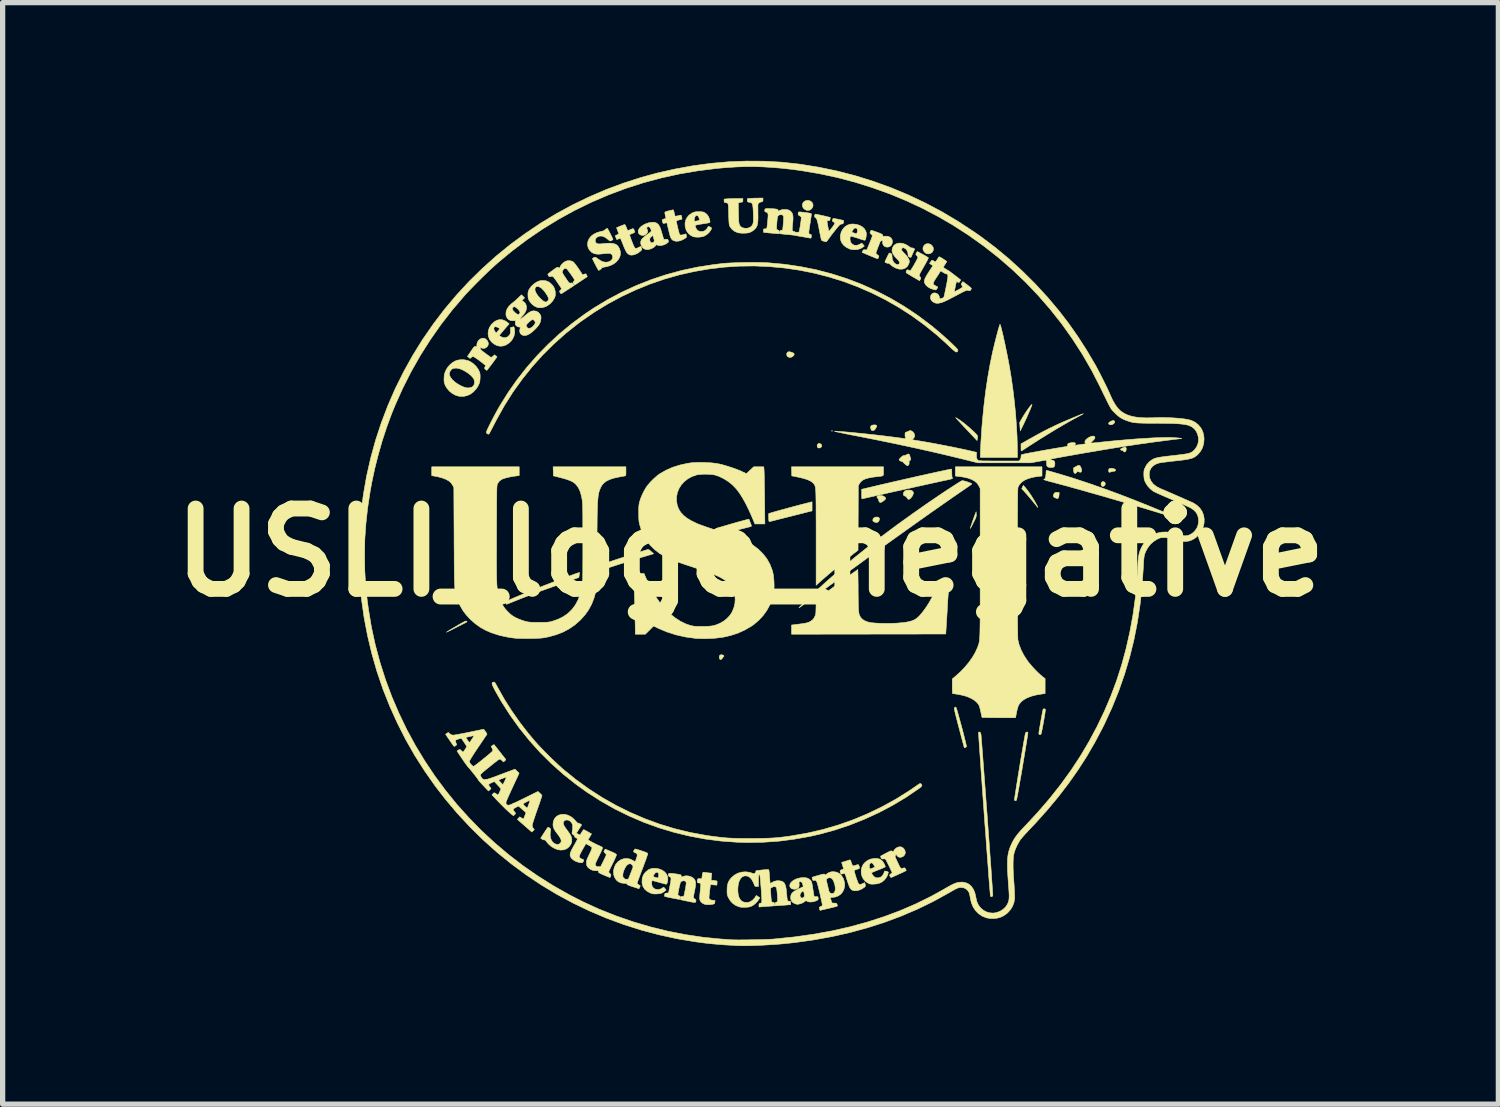
<source format=kicad_pcb>
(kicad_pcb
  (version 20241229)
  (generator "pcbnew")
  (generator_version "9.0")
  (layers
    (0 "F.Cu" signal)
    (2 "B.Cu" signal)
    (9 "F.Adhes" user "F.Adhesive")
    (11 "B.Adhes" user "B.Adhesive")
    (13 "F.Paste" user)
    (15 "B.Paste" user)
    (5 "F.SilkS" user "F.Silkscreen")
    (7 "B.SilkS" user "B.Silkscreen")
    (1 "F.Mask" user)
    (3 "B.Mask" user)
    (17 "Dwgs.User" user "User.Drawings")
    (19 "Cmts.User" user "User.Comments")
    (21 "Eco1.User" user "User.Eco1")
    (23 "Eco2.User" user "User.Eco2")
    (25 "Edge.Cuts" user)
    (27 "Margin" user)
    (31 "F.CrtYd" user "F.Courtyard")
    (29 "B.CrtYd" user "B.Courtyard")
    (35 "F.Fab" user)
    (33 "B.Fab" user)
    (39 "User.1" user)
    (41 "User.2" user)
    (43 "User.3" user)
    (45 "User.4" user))
  (footprint "USLI_logo_negative"
    (layer "F.Cu")
    (at 11.183 7.429)
    (property "Reference" "USLI_logo_negative" (at 0 0 0) (layer "F.SilkS") (effects (font (size 1.524 1.524) (thickness 0.3))))
    (attr through_hole)
    (fp_poly (pts (xy 8.162 -0.631) (xy 8.158 -0.627) (xy 8.153 -0.631) (xy 8.158 -0.635) (xy 8.162 -0.631)) (stroke (width 0.01) (type solid)) (fill yes) (layer "F.SilkS"))
    (fp_poly (pts (xy 1.556 -2.308) (xy 1.553 -2.304) (xy 1.544 -2.304) (xy 1.535 -2.306) (xy 1.539 -2.309) (xy 1.553 -2.31) (xy 1.556 -2.308)) (stroke (width 0.01) (type solid)) (fill yes) (layer "F.SilkS"))
    (fp_poly (pts (xy 1.332 -2.06) (xy 1.348 -2.042) (xy 1.352 -2.033) (xy 1.35 -2.012) (xy 1.337 -1.995) (xy 1.317 -1.984) (xy 1.295 -1.982) (xy 1.277 -1.99) (xy 1.27 -1.999) (xy 1.264 -2.024) (xy 1.27 -2.049) (xy 1.287 -2.066) (xy 1.309 -2.069) (xy 1.332 -2.06)) (stroke (width 0.01) (type solid)) (fill yes) (layer "F.SilkS"))
    (fp_poly (pts (xy 6.707 -1.341) (xy 6.724 -1.326) (xy 6.73 -1.305) (xy 6.723 -1.281) (xy 6.714 -1.27) (xy 6.692 -1.255) (xy 6.671 -1.256) (xy 6.655 -1.271) (xy 6.653 -1.275) (xy 6.648 -1.301) (xy 6.654 -1.325) (xy 6.67 -1.341) (xy 6.681 -1.345) (xy 6.707 -1.341)) (stroke (width 0.01) (type solid)) (fill yes) (layer "F.SilkS"))
    (fp_poly (pts (xy 6.905 -2.491) (xy 6.907 -2.482) (xy 6.903 -2.46) (xy 6.886 -2.442) (xy 6.862 -2.428) (xy 6.836 -2.422) (xy 6.812 -2.425) (xy 6.799 -2.434) (xy 6.792 -2.451) (xy 6.801 -2.468) (xy 6.825 -2.485) (xy 6.833 -2.489) (xy 6.867 -2.502) (xy 6.891 -2.503) (xy 6.905 -2.491)) (stroke (width 0.01) (type solid)) (fill yes) (layer "F.SilkS"))
    (fp_poly (pts (xy 2.436 -0.662) (xy 2.447 -0.642) (xy 2.444 -0.615) (xy 2.429 -0.59) (xy 2.41 -0.573) (xy 2.385 -0.569) (xy 2.353 -0.578) (xy 2.347 -0.58) (xy 2.328 -0.592) (xy 2.32 -0.607) (xy 2.32 -0.616) (xy 2.327 -0.644) (xy 2.349 -0.663) (xy 2.38 -0.673) (xy 2.414 -0.673) (xy 2.436 -0.662)) (stroke (width 0.01) (type solid)) (fill yes) (layer "F.SilkS"))
    (fp_poly (pts (xy -0.515 1.948) (xy -0.513 1.95) (xy -0.503 1.959) (xy -0.505 1.968) (xy -0.513 1.977) (xy -0.529 1.996) (xy -0.538 2.01) (xy -0.553 2.027) (xy -0.571 2.029) (xy -0.582 2.022) (xy -0.59 2.005) (xy -0.592 1.98) (xy -0.588 1.958) (xy -0.583 1.949) (xy -0.564 1.94) (xy -0.538 1.94) (xy -0.515 1.948)) (stroke (width 0.01) (type solid)) (fill yes) (layer "F.SilkS"))
    (fp_poly (pts (xy 0.748 -3.806) (xy 0.783 -3.798) (xy 0.811 -3.785) (xy 0.827 -3.77) (xy 0.83 -3.761) (xy 0.824 -3.745) (xy 0.81 -3.726) (xy 0.806 -3.723) (xy 0.775 -3.704) (xy 0.741 -3.701) (xy 0.711 -3.711) (xy 0.694 -3.728) (xy 0.687 -3.753) (xy 0.69 -3.779) (xy 0.7 -3.795) (xy 0.714 -3.806) (xy 0.734 -3.808) (xy 0.748 -3.806)) (stroke (width 0.01) (type solid)) (fill yes) (layer "F.SilkS"))
    (fp_poly (pts (xy 5.816 -1.141) (xy 5.855 -1.139) (xy 5.852 -1.093) (xy 5.847 -1.054) (xy 5.835 -1.031) (xy 5.817 -1.024) (xy 5.793 -1.032) (xy 5.791 -1.033) (xy 5.771 -1.042) (xy 5.764 -1.045) (xy 5.748 -1.057) (xy 5.744 -1.078) (xy 5.75 -1.103) (xy 5.758 -1.117) (xy 5.773 -1.134) (xy 5.787 -1.141) (xy 5.81 -1.142) (xy 5.816 -1.141)) (stroke (width 0.01) (type solid)) (fill yes) (layer "F.SilkS"))
    (fp_poly (pts (xy 6.861 -1.596) (xy 6.891 -1.59) (xy 6.913 -1.58) (xy 6.925 -1.565) (xy 6.921 -1.552) (xy 6.905 -1.543) (xy 6.887 -1.541) (xy 6.859 -1.537) (xy 6.834 -1.529) (xy 6.833 -1.529) (xy 6.814 -1.521) (xy 6.801 -1.525) (xy 6.8 -1.526) (xy 6.791 -1.545) (xy 6.792 -1.569) (xy 6.802 -1.588) (xy 6.808 -1.592) (xy 6.83 -1.597) (xy 6.861 -1.596)) (stroke (width 0.01) (type solid)) (fill yes) (layer "F.SilkS"))
    (fp_poly (pts (xy 2.369 -2.42) (xy 2.388 -2.414) (xy 2.393 -2.408) (xy 2.393 -2.39) (xy 2.389 -2.38) (xy 2.377 -2.361) (xy 2.371 -2.348) (xy 2.354 -2.326) (xy 2.33 -2.314) (xy 2.305 -2.314) (xy 2.296 -2.319) (xy 2.288 -2.331) (xy 2.281 -2.353) (xy 2.28 -2.36) (xy 2.279 -2.383) (xy 2.284 -2.398) (xy 2.295 -2.408) (xy 2.317 -2.417) (xy 2.343 -2.421) (xy 2.369 -2.42)) (stroke (width 0.01) (type solid)) (fill yes) (layer "F.SilkS"))
    (fp_poly (pts (xy 7.108 -2.001) (xy 7.122 -1.988) (xy 7.127 -1.966) (xy 7.125 -1.942) (xy 7.116 -1.92) (xy 7.101 -1.908) (xy 7.097 -1.907) (xy 7.081 -1.911) (xy 7.074 -1.922) (xy 7.064 -1.936) (xy 7.048 -1.937) (xy 7.029 -1.94) (xy 7.019 -1.955) (xy 7.019 -1.96) (xy 7.026 -1.967) (xy 7.044 -1.977) (xy 7.066 -1.988) (xy 7.088 -1.997) (xy 7.104 -2.001) (xy 7.108 -2.001)) (stroke (width 0.01) (type solid)) (fill yes) (layer "F.SilkS"))
    (fp_poly (pts (xy 3.043 -1.181) (xy 3.073 -1.167) (xy 3.088 -1.145) (xy 3.089 -1.116) (xy 3.074 -1.079) (xy 3.054 -1.048) (xy 3.028 -1.021) (xy 3.006 -1.009) (xy 2.987 -1.013) (xy 2.971 -1.034) (xy 2.971 -1.034) (xy 2.953 -1.059) (xy 2.931 -1.07) (xy 2.907 -1.083) (xy 2.898 -1.105) (xy 2.903 -1.134) (xy 2.905 -1.14) (xy 2.926 -1.166) (xy 2.958 -1.181) (xy 2.999 -1.185) (xy 3.043 -1.181)) (stroke (width 0.01) (type solid)) (fill yes) (layer "F.SilkS"))
    (fp_poly (pts (xy 3.404 -5.85) (xy 3.419 -5.842) (xy 3.448 -5.816) (xy 3.465 -5.785) (xy 3.469 -5.751) (xy 3.462 -5.719) (xy 3.443 -5.692) (xy 3.415 -5.673) (xy 3.378 -5.664) (xy 3.374 -5.664) (xy 3.344 -5.667) (xy 3.32 -5.679) (xy 3.307 -5.69) (xy 3.282 -5.721) (xy 3.271 -5.754) (xy 3.273 -5.786) (xy 3.286 -5.815) (xy 3.307 -5.839) (xy 3.335 -5.854) (xy 3.368 -5.858) (xy 3.404 -5.85)) (stroke (width 0.01) (type solid)) (fill yes) (layer "F.SilkS"))
    (fp_poly (pts (xy 1.137 -6.666) (xy 1.165 -6.644) (xy 1.182 -6.615) (xy 1.187 -6.582) (xy 1.179 -6.548) (xy 1.159 -6.52) (xy 1.141 -6.504) (xy 1.127 -6.495) (xy 1.123 -6.494) (xy 1.107 -6.492) (xy 1.096 -6.49) (xy 1.073 -6.49) (xy 1.063 -6.491) (xy 1.028 -6.508) (xy 1 -6.536) (xy 0.994 -6.546) (xy 0.984 -6.582) (xy 0.988 -6.616) (xy 1.004 -6.645) (xy 1.032 -6.666) (xy 1.068 -6.678) (xy 1.1 -6.678) (xy 1.137 -6.666)) (stroke (width 0.01) (type solid)) (fill yes) (layer "F.SilkS"))
    (fp_poly (pts (xy 2.484 -1.081) (xy 2.516 -1.072) (xy 2.542 -1.058) (xy 2.559 -1.041) (xy 2.564 -1.021) (xy 2.555 -1.007) (xy 2.536 -0.99) (xy 2.512 -0.971) (xy 2.488 -0.957) (xy 2.467 -0.949) (xy 2.463 -0.948) (xy 2.447 -0.956) (xy 2.438 -0.97) (xy 2.432 -0.99) (xy 2.43 -1.003) (xy 2.424 -1.016) (xy 2.413 -1.029) (xy 2.398 -1.048) (xy 2.4 -1.064) (xy 2.418 -1.076) (xy 2.419 -1.076) (xy 2.45 -1.083) (xy 2.484 -1.081)) (stroke (width 0.01) (type solid)) (fill yes) (layer "F.SilkS"))
    (fp_poly (pts (xy 4.282 -0.727) (xy 4.283 -0.707) (xy 4.281 -0.689) (xy 4.276 -0.669) (xy 4.267 -0.645) (xy 4.252 -0.613) (xy 4.23 -0.569) (xy 4.229 -0.568) (xy 4.21 -0.529) (xy 4.192 -0.496) (xy 4.179 -0.472) (xy 4.172 -0.459) (xy 4.17 -0.457) (xy 4.171 -0.465) (xy 4.177 -0.485) (xy 4.186 -0.514) (xy 4.195 -0.54) (xy 4.211 -0.587) (xy 4.229 -0.638) (xy 4.246 -0.686) (xy 4.251 -0.699) (xy 4.28 -0.774) (xy 4.282 -0.727)) (stroke (width 0.01) (type solid)) (fill yes) (layer "F.SilkS"))
    (fp_poly (pts (xy 5.212 -1.232) (xy 5.245 -1.191) (xy 5.283 -1.14) (xy 5.323 -1.081) (xy 5.361 -1.021) (xy 5.396 -0.963) (xy 5.41 -0.938) (xy 5.427 -0.905) (xy 5.441 -0.878) (xy 5.449 -0.86) (xy 5.45 -0.855) (xy 5.444 -0.861) (xy 5.43 -0.878) (xy 5.409 -0.903) (xy 5.388 -0.929) (xy 5.361 -0.963) (xy 5.326 -1.005) (xy 5.288 -1.05) (xy 5.25 -1.094) (xy 5.238 -1.108) (xy 5.145 -1.212) (xy 5.175 -1.274) (xy 5.212 -1.232)) (stroke (width 0.01) (type solid)) (fill yes) (layer "F.SilkS"))
    (fp_poly (pts (xy 6.248 -1.645) (xy 6.262 -1.623) (xy 6.269 -1.609) (xy 6.28 -1.571) (xy 6.28 -1.544) (xy 6.271 -1.527) (xy 6.253 -1.522) (xy 6.228 -1.53) (xy 6.21 -1.538) (xy 6.199 -1.536) (xy 6.187 -1.521) (xy 6.187 -1.521) (xy 6.168 -1.502) (xy 6.152 -1.501) (xy 6.139 -1.511) (xy 6.132 -1.526) (xy 6.128 -1.551) (xy 6.127 -1.563) (xy 6.126 -1.603) (xy 6.174 -1.632) (xy 6.207 -1.649) (xy 6.23 -1.654) (xy 6.248 -1.645)) (stroke (width 0.01) (type solid)) (fill yes) (layer "F.SilkS"))
    (fp_poly (pts (xy 5.338 -2.799) (xy 5.33 -2.777) (xy 5.318 -2.744) (xy 5.301 -2.703) (xy 5.28 -2.656) (xy 5.258 -2.605) (xy 5.235 -2.553) (xy 5.211 -2.502) (xy 5.189 -2.454) (xy 5.182 -2.44) (xy 5.117 -2.307) (xy 5.111 -2.387) (xy 5.106 -2.467) (xy 5.137 -2.522) (xy 5.162 -2.565) (xy 5.189 -2.609) (xy 5.218 -2.654) (xy 5.247 -2.697) (xy 5.275 -2.736) (xy 5.299 -2.768) (xy 5.319 -2.793) (xy 5.333 -2.806) (xy 5.34 -2.808) (xy 5.338 -2.799)) (stroke (width 0.01) (type solid)) (fill yes) (layer "F.SilkS"))
    (fp_poly (pts (xy 3.927 -2.539) (xy 3.975 -2.508) (xy 4.033 -2.466) (xy 4.099 -2.413) (xy 4.169 -2.352) (xy 4.202 -2.322) (xy 4.241 -2.286) (xy 4.27 -2.258) (xy 4.29 -2.236) (xy 4.302 -2.219) (xy 4.307 -2.203) (xy 4.307 -2.185) (xy 4.304 -2.165) (xy 4.303 -2.156) (xy 4.297 -2.124) (xy 4.127 -2.304) (xy 4.082 -2.352) (xy 4.039 -2.398) (xy 4 -2.44) (xy 3.967 -2.476) (xy 3.941 -2.503) (xy 3.925 -2.521) (xy 3.924 -2.522) (xy 3.89 -2.56) (xy 3.927 -2.539)) (stroke (width 0.01) (type solid)) (fill yes) (layer "F.SilkS"))
    (fp_poly (pts (xy -5.385 1.301) (xy -5.383 1.302) (xy -5.376 1.312) (xy -5.377 1.315) (xy -5.386 1.32) (xy -5.407 1.332) (xy -5.438 1.348) (xy -5.477 1.367) (xy -5.521 1.39) (xy -5.567 1.413) (xy -5.614 1.437) (xy -5.658 1.459) (xy -5.698 1.479) (xy -5.731 1.495) (xy -5.754 1.506) (xy -5.765 1.511) (xy -5.766 1.511) (xy -5.759 1.506) (xy -5.74 1.494) (xy -5.711 1.476) (xy -5.675 1.454) (xy -5.635 1.43) (xy -5.592 1.405) (xy -5.55 1.38) (xy -5.511 1.357) (xy -5.477 1.338) (xy -5.451 1.324) (xy -5.446 1.321) (xy -5.415 1.306) (xy -5.396 1.299) (xy -5.385 1.301)) (stroke (width 0.01) (type solid)) (fill yes) (layer "F.SilkS"))
    (fp_poly (pts (xy 1.168 -0.79) (xy 0.777 -0.691) (xy 0.698 -0.671) (xy 0.623 -0.652) (xy 0.555 -0.635) (xy 0.494 -0.62) (xy 0.444 -0.607) (xy 0.405 -0.597) (xy 0.378 -0.591) (xy 0.367 -0.588) (xy 0.358 -0.586) (xy 0.353 -0.59) (xy 0.349 -0.601) (xy 0.347 -0.624) (xy 0.345 -0.658) (xy 0.344 -0.692) (xy 0.344 -0.719) (xy 0.346 -0.736) (xy 0.347 -0.739) (xy 0.356 -0.743) (xy 0.38 -0.75) (xy 0.417 -0.761) (xy 0.464 -0.775) (xy 0.521 -0.791) (xy 0.584 -0.808) (xy 0.653 -0.827) (xy 0.726 -0.847) (xy 0.8 -0.867) (xy 0.874 -0.887) (xy 0.946 -0.906) (xy 1.005 -0.921) (xy 1.168 -0.963) (xy 1.168 -0.79)) (stroke (width 0.01) (type solid)) (fill yes) (layer "F.SilkS"))
    (fp_poly (pts (xy -1.926 -0.053) (xy -1.906 -0.039) (xy -1.883 -0.019) (xy -1.882 -0.018) (xy -1.837 0.023) (xy -2.072 0.093) (xy -2.145 0.115) (xy -2.23 0.141) (xy -2.32 0.169) (xy -2.411 0.198) (xy -2.497 0.225) (xy -2.564 0.247) (xy -2.627 0.267) (xy -2.685 0.286) (xy -2.736 0.302) (xy -2.777 0.315) (xy -2.808 0.324) (xy -2.825 0.329) (xy -2.829 0.33) (xy -2.833 0.323) (xy -2.836 0.303) (xy -2.836 0.28) (xy -2.836 0.23) (xy -2.593 0.149) (xy -2.49 0.115) (xy -2.392 0.083) (xy -2.301 0.054) (xy -2.217 0.026) (xy -2.141 0.002) (xy -2.076 -0.018) (xy -2.022 -0.035) (xy -1.98 -0.048) (xy -1.952 -0.056) (xy -1.938 -0.059) (xy -1.938 -0.059) (xy -1.926 -0.053)) (stroke (width 0.01) (type solid)) (fill yes) (layer "F.SilkS"))
    (fp_poly (pts (xy 5.58 2.965) (xy 5.592 2.974) (xy 5.593 2.975) (xy 5.593 2.987) (xy 5.59 3.012) (xy 5.585 3.049) (xy 5.578 3.094) (xy 5.569 3.146) (xy 5.56 3.2) (xy 5.55 3.255) (xy 5.54 3.307) (xy 5.531 3.355) (xy 5.523 3.395) (xy 5.516 3.425) (xy 5.511 3.441) (xy 5.51 3.444) (xy 5.494 3.454) (xy 5.478 3.451) (xy 5.475 3.449) (xy 5.471 3.437) (xy 5.469 3.423) (xy 5.471 3.409) (xy 5.475 3.382) (xy 5.481 3.344) (xy 5.489 3.298) (xy 5.498 3.247) (xy 5.507 3.193) (xy 5.517 3.14) (xy 5.526 3.089) (xy 5.534 3.045) (xy 5.542 3.008) (xy 5.547 2.983) (xy 5.55 2.971) (xy 5.55 2.971) (xy 5.563 2.964) (xy 5.58 2.965)) (stroke (width 0.01) (type solid)) (fill yes) (layer "F.SilkS"))
    (fp_poly (pts (xy 6.309 -2.629) (xy 6.292 -2.619) (xy 6.264 -2.604) (xy 6.229 -2.585) (xy 6.207 -2.573) (xy 6.08 -2.505) (xy 5.941 -2.425) (xy 5.791 -2.337) (xy 5.632 -2.24) (xy 5.464 -2.136) (xy 5.29 -2.024) (xy 5.271 -2.011) (xy 5.23 -1.985) (xy 5.195 -1.962) (xy 5.166 -1.943) (xy 5.147 -1.931) (xy 5.141 -1.927) (xy 5.136 -1.928) (xy 5.133 -1.939) (xy 5.131 -1.964) (xy 5.131 -1.991) (xy 5.131 -2.062) (xy 5.29 -2.152) (xy 5.419 -2.224) (xy 5.539 -2.289) (xy 5.655 -2.348) (xy 5.772 -2.405) (xy 5.85 -2.441) (xy 5.897 -2.462) (xy 5.949 -2.485) (xy 6.006 -2.509) (xy 6.063 -2.533) (xy 6.119 -2.557) (xy 6.173 -2.579) (xy 6.221 -2.599) (xy 6.261 -2.615) (xy 6.292 -2.626) (xy 6.31 -2.632) (xy 6.314 -2.633) (xy 6.309 -2.629)) (stroke (width 0.01) (type solid)) (fill yes) (layer "F.SilkS"))
    (fp_poly (pts (xy 3.009 -1.864) (xy 3.009 -1.863) (xy 3.02 -1.846) (xy 3.023 -1.834) (xy 3.027 -1.813) (xy 3.035 -1.795) (xy 3.041 -1.773) (xy 3.036 -1.755) (xy 3.023 -1.745) (xy 3.019 -1.744) (xy 3.011 -1.739) (xy 3.008 -1.72) (xy 3.009 -1.705) (xy 3.008 -1.679) (xy 3.001 -1.663) (xy 2.992 -1.654) (xy 2.981 -1.648) (xy 2.97 -1.649) (xy 2.954 -1.659) (xy 2.937 -1.673) (xy 2.915 -1.692) (xy 2.899 -1.708) (xy 2.893 -1.715) (xy 2.88 -1.726) (xy 2.874 -1.727) (xy 2.854 -1.731) (xy 2.834 -1.742) (xy 2.821 -1.754) (xy 2.819 -1.759) (xy 2.826 -1.774) (xy 2.842 -1.793) (xy 2.863 -1.813) (xy 2.885 -1.83) (xy 2.904 -1.84) (xy 2.913 -1.841) (xy 2.93 -1.842) (xy 2.953 -1.851) (xy 2.962 -1.856) (xy 2.984 -1.867) (xy 2.998 -1.869) (xy 3.009 -1.864)) (stroke (width 0.01) (type solid)) (fill yes) (layer "F.SilkS"))
    (fp_poly (pts (xy 3.894 2.934) (xy 3.899 2.938) (xy 3.903 2.949) (xy 3.912 2.974) (xy 3.923 3.011) (xy 3.937 3.059) (xy 3.952 3.114) (xy 3.969 3.176) (xy 3.987 3.242) (xy 4.006 3.31) (xy 4.024 3.378) (xy 4.041 3.444) (xy 4.056 3.505) (xy 4.07 3.561) (xy 4.082 3.608) (xy 4.09 3.645) (xy 4.095 3.669) (xy 4.096 3.679) (xy 4.088 3.691) (xy 4.073 3.699) (xy 4.058 3.699) (xy 4.053 3.694) (xy 4.05 3.685) (xy 4.044 3.661) (xy 4.034 3.624) (xy 4.021 3.575) (xy 4.005 3.517) (xy 3.988 3.451) (xy 3.969 3.379) (xy 3.954 3.321) (xy 3.931 3.234) (xy 3.912 3.161) (xy 3.897 3.102) (xy 3.885 3.055) (xy 3.877 3.019) (xy 3.871 2.992) (xy 3.868 2.972) (xy 3.866 2.958) (xy 3.867 2.949) (xy 3.869 2.944) (xy 3.872 2.94) (xy 3.884 2.931) (xy 3.894 2.934)) (stroke (width 0.01) (type solid)) (fill yes) (layer "F.SilkS"))
    (fp_poly (pts (xy -0.026 -0.625) (xy -0.018 -0.604) (xy -0.006 -0.576) (xy -0.002 -0.565) (xy 0.012 -0.528) (xy 0.017 -0.506) (xy 0.015 -0.496) (xy 0.014 -0.495) (xy 0.004 -0.493) (xy -0.019 -0.486) (xy -0.053 -0.478) (xy -0.095 -0.467) (xy -0.141 -0.455) (xy -0.189 -0.443) (xy -0.236 -0.431) (xy -0.278 -0.42) (xy -0.314 -0.411) (xy -0.339 -0.404) (xy -0.347 -0.402) (xy -0.359 -0.404) (xy -0.384 -0.41) (xy -0.419 -0.42) (xy -0.459 -0.433) (xy -0.469 -0.437) (xy -0.509 -0.45) (xy -0.543 -0.462) (xy -0.568 -0.471) (xy -0.581 -0.476) (xy -0.581 -0.477) (xy -0.574 -0.48) (xy -0.553 -0.487) (xy -0.519 -0.497) (xy -0.474 -0.511) (xy -0.42 -0.526) (xy -0.359 -0.544) (xy -0.309 -0.558) (xy -0.243 -0.577) (xy -0.183 -0.593) (xy -0.131 -0.608) (xy -0.087 -0.619) (xy -0.055 -0.628) (xy -0.035 -0.633) (xy -0.03 -0.634) (xy -0.026 -0.625)) (stroke (width 0.01) (type solid)) (fill yes) (layer "F.SilkS"))
    (fp_poly (pts (xy 5.26 3.409) (xy 5.262 3.412) (xy 5.261 3.421) (xy 5.258 3.446) (xy 5.253 3.484) (xy 5.245 3.535) (xy 5.236 3.595) (xy 5.224 3.665) (xy 5.212 3.742) (xy 5.198 3.824) (xy 5.184 3.91) (xy 5.169 3.999) (xy 5.154 4.089) (xy 5.139 4.179) (xy 5.124 4.266) (xy 5.109 4.349) (xy 5.096 4.427) (xy 5.083 4.499) (xy 5.072 4.561) (xy 5.062 4.614) (xy 5.054 4.655) (xy 5.048 4.683) (xy 5.045 4.696) (xy 5.045 4.697) (xy 5.029 4.707) (xy 5.013 4.703) (xy 5.006 4.694) (xy 5.007 4.683) (xy 5.01 4.658) (xy 5.016 4.619) (xy 5.023 4.569) (xy 5.033 4.508) (xy 5.044 4.438) (xy 5.056 4.361) (xy 5.069 4.278) (xy 5.083 4.192) (xy 5.098 4.103) (xy 5.112 4.013) (xy 5.127 3.924) (xy 5.142 3.838) (xy 5.156 3.755) (xy 5.169 3.678) (xy 5.181 3.608) (xy 5.192 3.547) (xy 5.201 3.497) (xy 5.208 3.458) (xy 5.213 3.432) (xy 5.216 3.423) (xy 5.228 3.409) (xy 5.245 3.403) (xy 5.26 3.409)) (stroke (width 0.01) (type solid)) (fill yes) (layer "F.SilkS"))
    (fp_poly (pts (xy 4.736 -4.323) (xy 4.743 -4.303) (xy 4.753 -4.269) (xy 4.764 -4.224) (xy 4.778 -4.169) (xy 4.793 -4.106) (xy 4.808 -4.036) (xy 4.825 -3.96) (xy 4.841 -3.882) (xy 4.858 -3.802) (xy 4.874 -3.722) (xy 4.889 -3.644) (xy 4.903 -3.569) (xy 4.906 -3.555) (xy 4.943 -3.333) (xy 4.976 -3.105) (xy 5.004 -2.873) (xy 5.027 -2.642) (xy 5.044 -2.414) (xy 5.056 -2.194) (xy 5.062 -1.984) (xy 5.063 -1.899) (xy 5.063 -1.803) (xy 4.36 -1.803) (xy 4.36 -1.869) (xy 4.361 -1.902) (xy 4.363 -1.949) (xy 4.366 -2.008) (xy 4.369 -2.076) (xy 4.374 -2.149) (xy 4.379 -2.226) (xy 4.384 -2.303) (xy 4.389 -2.379) (xy 4.395 -2.449) (xy 4.399 -2.498) (xy 4.427 -2.783) (xy 4.46 -3.055) (xy 4.499 -3.316) (xy 4.544 -3.57) (xy 4.593 -3.807) (xy 4.606 -3.86) (xy 4.62 -3.919) (xy 4.635 -3.981) (xy 4.651 -4.045) (xy 4.667 -4.107) (xy 4.683 -4.166) (xy 4.697 -4.219) (xy 4.71 -4.264) (xy 4.721 -4.299) (xy 4.728 -4.321) (xy 4.732 -4.329) (xy 4.736 -4.323)) (stroke (width 0.01) (type solid)) (fill yes) (layer "F.SilkS"))
    (fp_poly (pts (xy -3.248 0.424) (xy -3.251 0.45) (xy -3.254 0.468) (xy -3.256 0.473) (xy -3.264 0.476) (xy -3.286 0.484) (xy -3.321 0.497) (xy -3.367 0.513) (xy -3.422 0.533) (xy -3.484 0.555) (xy -3.551 0.579) (xy -3.566 0.584) (xy -3.702 0.632) (xy -3.825 0.676) (xy -3.935 0.715) (xy -4.036 0.752) (xy -4.13 0.787) (xy -4.218 0.821) (xy -4.303 0.853) (xy -4.386 0.886) (xy -4.427 0.903) (xy -4.481 0.924) (xy -4.529 0.944) (xy -4.57 0.96) (xy -4.602 0.972) (xy -4.621 0.98) (xy -4.627 0.982) (xy -4.631 0.975) (xy -4.639 0.96) (xy -4.644 0.942) (xy -4.642 0.931) (xy -4.631 0.925) (xy -4.606 0.913) (xy -4.569 0.897) (xy -4.522 0.876) (xy -4.467 0.852) (xy -4.405 0.826) (xy -4.338 0.798) (xy -4.269 0.769) (xy -4.198 0.74) (xy -4.129 0.712) (xy -4.089 0.696) (xy -4.033 0.674) (xy -3.969 0.649) (xy -3.899 0.621) (xy -3.825 0.593) (xy -3.749 0.563) (xy -3.672 0.534) (xy -3.596 0.506) (xy -3.524 0.479) (xy -3.457 0.454) (xy -3.397 0.431) (xy -3.346 0.413) (xy -3.306 0.398) (xy -3.278 0.389) (xy -3.266 0.385) (xy -3.242 0.379) (xy -3.248 0.424)) (stroke (width 0.01) (type solid)) (fill yes) (layer "F.SilkS"))
    (fp_poly (pts (xy 2.523 -1.541) (xy 2.523 -1.507) (xy 2.523 -1.482) (xy 2.519 -1.466) (xy 2.508 -1.456) (xy 2.49 -1.45) (xy 2.46 -1.446) (xy 2.417 -1.441) (xy 2.401 -1.439) (xy 2.316 -1.429) (xy 2.247 -1.416) (xy 2.191 -1.401) (xy 2.147 -1.383) (xy 2.112 -1.36) (xy 2.085 -1.333) (xy 2.063 -1.301) (xy 2.045 -1.266) (xy 2.04 -0.044) (xy 1.949 0.026) (xy 1.9 0.066) (xy 1.84 0.113) (xy 1.774 0.168) (xy 1.703 0.226) (xy 1.63 0.288) (xy 1.556 0.35) (xy 1.484 0.411) (xy 1.417 0.469) (xy 1.356 0.521) (xy 1.304 0.567) (xy 1.268 0.6) (xy 1.245 0.621) (xy 1.245 -0.277) (xy 1.245 -0.425) (xy 1.245 -0.557) (xy 1.244 -0.674) (xy 1.244 -0.777) (xy 1.244 -0.867) (xy 1.243 -0.945) (xy 1.242 -1.011) (xy 1.241 -1.068) (xy 1.24 -1.116) (xy 1.238 -1.155) (xy 1.236 -1.187) (xy 1.234 -1.213) (xy 1.231 -1.234) (xy 1.227 -1.25) (xy 1.224 -1.264) (xy 1.219 -1.275) (xy 1.214 -1.284) (xy 1.21 -1.293) (xy 1.182 -1.325) (xy 1.141 -1.354) (xy 1.085 -1.38) (xy 1.013 -1.404) (xy 0.926 -1.425) (xy 0.903 -1.43) (xy 0.783 -1.454) (xy 0.778 -1.626) (xy 2.523 -1.626) (xy 2.523 -1.541)) (stroke (width 0.01) (type solid)) (fill yes) (layer "F.SilkS"))
    (fp_poly (pts (xy 3.815 -1.575) (xy 3.817 -1.554) (xy 3.818 -1.524) (xy 3.818 -1.503) (xy 3.819 -1.468) (xy 3.822 -1.439) (xy 3.825 -1.422) (xy 3.827 -1.418) (xy 3.834 -1.412) (xy 3.832 -1.406) (xy 3.818 -1.399) (xy 3.793 -1.391) (xy 3.753 -1.382) (xy 3.727 -1.376) (xy 3.673 -1.365) (xy 3.608 -1.351) (xy 3.533 -1.334) (xy 3.45 -1.316) (xy 3.359 -1.296) (xy 3.264 -1.275) (xy 3.164 -1.253) (xy 3.062 -1.23) (xy 2.958 -1.207) (xy 2.855 -1.184) (xy 2.753 -1.162) (xy 2.654 -1.14) (xy 2.559 -1.118) (xy 2.47 -1.098) (xy 2.388 -1.08) (xy 2.314 -1.063) (xy 2.251 -1.049) (xy 2.198 -1.037) (xy 2.158 -1.028) (xy 2.133 -1.022) (xy 2.123 -1.019) (xy 2.116 -1.019) (xy 2.112 -1.024) (xy 2.11 -1.037) (xy 2.109 -1.061) (xy 2.108 -1.098) (xy 2.108 -1.107) (xy 2.108 -1.199) (xy 2.436 -1.277) (xy 2.517 -1.296) (xy 2.605 -1.316) (xy 2.698 -1.338) (xy 2.795 -1.36) (xy 2.896 -1.383) (xy 2.997 -1.406) (xy 3.099 -1.429) (xy 3.199 -1.452) (xy 3.296 -1.473) (xy 3.389 -1.494) (xy 3.477 -1.513) (xy 3.557 -1.531) (xy 3.629 -1.546) (xy 3.691 -1.56) (xy 3.742 -1.57) (xy 3.78 -1.578) (xy 3.804 -1.582) (xy 3.812 -1.583) (xy 3.815 -1.575)) (stroke (width 0.01) (type solid)) (fill yes) (layer "F.SilkS"))
    (fp_poly (pts (xy 5.626 -1.555) (xy 5.652 -1.549) (xy 5.69 -1.538) (xy 5.737 -1.525) (xy 5.791 -1.509) (xy 5.851 -1.492) (xy 5.914 -1.473) (xy 5.977 -1.454) (xy 6.039 -1.435) (xy 6.098 -1.417) (xy 6.15 -1.4) (xy 6.16 -1.397) (xy 6.426 -1.309) (xy 6.705 -1.211) (xy 6.997 -1.104) (xy 7.302 -0.986) (xy 7.618 -0.859) (xy 7.904 -0.741) (xy 7.963 -0.716) (xy 8.017 -0.693) (xy 8.064 -0.673) (xy 8.102 -0.657) (xy 8.129 -0.645) (xy 8.143 -0.639) (xy 8.144 -0.638) (xy 8.145 -0.636) (xy 8.135 -0.637) (xy 8.115 -0.642) (xy 8.082 -0.651) (xy 8.036 -0.664) (xy 7.976 -0.683) (xy 7.963 -0.687) (xy 7.824 -0.73) (xy 7.674 -0.776) (xy 7.513 -0.825) (xy 7.345 -0.875) (xy 7.171 -0.926) (xy 6.994 -0.978) (xy 6.815 -1.03) (xy 6.637 -1.082) (xy 6.462 -1.131) (xy 6.292 -1.18) (xy 6.129 -1.225) (xy 5.975 -1.268) (xy 5.832 -1.306) (xy 5.702 -1.341) (xy 5.664 -1.351) (xy 5.621 -1.363) (xy 5.588 -1.373) (xy 5.568 -1.381) (xy 5.561 -1.387) (xy 5.57 -1.389) (xy 5.57 -1.389) (xy 5.582 -1.396) (xy 5.592 -1.418) (xy 5.6 -1.448) (xy 5.604 -1.485) (xy 5.605 -1.503) (xy 5.606 -1.536) (xy 5.61 -1.554) (xy 5.614 -1.558) (xy 5.626 -1.555)) (stroke (width 0.01) (type solid)) (fill yes) (layer "F.SilkS"))
    (fp_poly (pts (xy -4.706 -4.414) (xy -4.654 -4.395) (xy -4.611 -4.366) (xy -4.577 -4.337) (xy -4.67 -4.23) (xy -4.7 -4.194) (xy -4.727 -4.162) (xy -4.747 -4.138) (xy -4.759 -4.121) (xy -4.762 -4.117) (xy -4.755 -4.109) (xy -4.738 -4.097) (xy -4.728 -4.092) (xy -4.685 -4.075) (xy -4.643 -4.075) (xy -4.605 -4.091) (xy -4.572 -4.123) (xy -4.571 -4.125) (xy -4.559 -4.144) (xy -4.553 -4.166) (xy -4.552 -4.195) (xy -4.552 -4.209) (xy -4.553 -4.266) (xy -4.487 -4.282) (xy -4.478 -4.247) (xy -4.473 -4.218) (xy -4.472 -4.183) (xy -4.473 -4.164) (xy -4.485 -4.105) (xy -4.511 -4.051) (xy -4.546 -4.004) (xy -4.59 -3.965) (xy -4.64 -3.935) (xy -4.693 -3.917) (xy -4.747 -3.913) (xy -4.8 -3.923) (xy -4.802 -3.923) (xy -4.862 -3.953) (xy -4.911 -3.993) (xy -4.946 -4.04) (xy -4.969 -4.094) (xy -4.977 -4.151) (xy -4.971 -4.21) (xy -4.955 -4.255) (xy -4.868 -4.255) (xy -4.865 -4.229) (xy -4.852 -4.201) (xy -4.846 -4.193) (xy -4.823 -4.163) (xy -4.791 -4.2) (xy -4.774 -4.221) (xy -4.762 -4.237) (xy -4.759 -4.243) (xy -4.765 -4.253) (xy -4.783 -4.265) (xy -4.806 -4.275) (xy -4.828 -4.282) (xy -4.841 -4.283) (xy -4.86 -4.274) (xy -4.868 -4.255) (xy -4.955 -4.255) (xy -4.95 -4.268) (xy -4.914 -4.324) (xy -4.91 -4.329) (xy -4.862 -4.374) (xy -4.812 -4.404) (xy -4.759 -4.417) (xy -4.706 -4.414)) (stroke (width 0.01) (type solid)) (fill yes) (layer "F.SilkS"))
    (fp_poly (pts (xy 3.175 -5.703) (xy 3.197 -5.692) (xy 3.227 -5.676) (xy 3.261 -5.658) (xy 3.296 -5.639) (xy 3.328 -5.62) (xy 3.353 -5.605) (xy 3.37 -5.593) (xy 3.374 -5.589) (xy 3.371 -5.579) (xy 3.361 -5.556) (xy 3.344 -5.524) (xy 3.322 -5.484) (xy 3.297 -5.439) (xy 3.289 -5.426) (xy 3.263 -5.38) (xy 3.239 -5.338) (xy 3.22 -5.303) (xy 3.207 -5.277) (xy 3.201 -5.262) (xy 3.2 -5.261) (xy 3.206 -5.244) (xy 3.218 -5.227) (xy 3.229 -5.214) (xy 3.23 -5.202) (xy 3.222 -5.183) (xy 3.222 -5.182) (xy 3.212 -5.165) (xy 3.207 -5.156) (xy 3.206 -5.156) (xy 3.199 -5.16) (xy 3.179 -5.171) (xy 3.15 -5.188) (xy 3.113 -5.21) (xy 3.083 -5.227) (xy 3.042 -5.251) (xy 3.006 -5.273) (xy 2.977 -5.291) (xy 2.959 -5.303) (xy 2.954 -5.306) (xy 2.951 -5.32) (xy 2.958 -5.341) (xy 2.968 -5.358) (xy 2.978 -5.363) (xy 2.994 -5.358) (xy 3 -5.355) (xy 3.02 -5.348) (xy 3.032 -5.349) (xy 3.041 -5.358) (xy 3.053 -5.374) (xy 3.07 -5.401) (xy 3.09 -5.434) (xy 3.111 -5.471) (xy 3.132 -5.508) (xy 3.15 -5.542) (xy 3.165 -5.571) (xy 3.173 -5.59) (xy 3.175 -5.596) (xy 3.169 -5.612) (xy 3.155 -5.631) (xy 3.153 -5.633) (xy 3.139 -5.648) (xy 3.136 -5.66) (xy 3.143 -5.677) (xy 3.145 -5.681) (xy 3.155 -5.698) (xy 3.163 -5.706) (xy 3.164 -5.707) (xy 3.175 -5.703)) (stroke (width 0.01) (type solid)) (fill yes) (layer "F.SilkS"))
    (fp_poly (pts (xy -3.884 -5.155) (xy -3.84 -5.14) (xy -3.798 -5.112) (xy -3.785 -5.101) (xy -3.744 -5.057) (xy -3.718 -5.011) (xy -3.704 -4.958) (xy -3.702 -4.932) (xy -3.7 -4.896) (xy -3.703 -4.869) (xy -3.71 -4.844) (xy -3.72 -4.823) (xy -3.749 -4.774) (xy -3.79 -4.728) (xy -3.839 -4.689) (xy -3.873 -4.669) (xy -3.913 -4.654) (xy -3.958 -4.645) (xy -4.001 -4.642) (xy -4.036 -4.646) (xy -4.039 -4.647) (xy -4.101 -4.676) (xy -4.152 -4.717) (xy -4.193 -4.771) (xy -4.201 -4.786) (xy -4.213 -4.812) (xy -4.218 -4.842) (xy -4.22 -4.881) (xy -4.22 -4.885) (xy -4.22 -4.922) (xy -4.215 -4.948) (xy -4.207 -4.973) (xy -4.196 -4.993) (xy -4.088 -4.993) (xy -4.087 -4.979) (xy -4.077 -4.946) (xy -4.057 -4.908) (xy -4.029 -4.868) (xy -3.997 -4.83) (xy -3.962 -4.796) (xy -3.928 -4.77) (xy -3.897 -4.754) (xy -3.879 -4.75) (xy -3.866 -4.755) (xy -3.849 -4.769) (xy -3.848 -4.771) (xy -3.834 -4.789) (xy -3.827 -4.806) (xy -3.827 -4.807) (xy -3.833 -4.832) (xy -3.849 -4.866) (xy -3.872 -4.904) (xy -3.9 -4.944) (xy -3.93 -4.98) (xy -3.96 -5.01) (xy -3.973 -5.02) (xy -4.008 -5.04) (xy -4.039 -5.046) (xy -4.065 -5.04) (xy -4.082 -5.022) (xy -4.088 -4.993) (xy -4.196 -4.993) (xy -4.196 -4.994) (xy -4.16 -5.045) (xy -4.111 -5.091) (xy -4.056 -5.129) (xy -4.041 -5.136) (xy -4.005 -5.151) (xy -3.972 -5.158) (xy -3.938 -5.159) (xy -3.884 -5.155)) (stroke (width 0.01) (type solid)) (fill yes) (layer "F.SilkS"))
    (fp_poly (pts (xy -0.877 6.064) (xy -0.873 6.065) (xy -0.848 6.069) (xy -0.814 6.073) (xy -0.789 6.076) (xy -0.735 6.081) (xy -0.741 6.147) (xy -0.747 6.213) (xy -0.697 6.219) (xy -0.664 6.223) (xy -0.644 6.227) (xy -0.635 6.234) (xy -0.632 6.247) (xy -0.634 6.268) (xy -0.634 6.269) (xy -0.637 6.308) (xy -0.698 6.303) (xy -0.759 6.297) (xy -0.774 6.415) (xy -0.779 6.459) (xy -0.783 6.499) (xy -0.786 6.531) (xy -0.786 6.551) (xy -0.786 6.553) (xy -0.775 6.575) (xy -0.75 6.589) (xy -0.713 6.595) (xy -0.704 6.595) (xy -0.681 6.597) (xy -0.672 6.601) (xy -0.672 6.609) (xy -0.676 6.628) (xy -0.677 6.642) (xy -0.68 6.654) (xy -0.69 6.663) (xy -0.711 6.669) (xy -0.72 6.671) (xy -0.779 6.679) (xy -0.836 6.677) (xy -0.874 6.669) (xy -0.912 6.65) (xy -0.942 6.622) (xy -0.96 6.589) (xy -0.962 6.58) (xy -0.963 6.559) (xy -0.963 6.527) (xy -0.96 6.486) (xy -0.956 6.447) (xy -0.952 6.403) (xy -0.948 6.362) (xy -0.945 6.328) (xy -0.944 6.308) (xy -0.945 6.284) (xy -0.949 6.273) (xy -0.962 6.268) (xy -0.976 6.267) (xy -0.997 6.264) (xy -1.006 6.256) (xy -1.008 6.24) (xy -1.008 6.236) (xy -1.006 6.206) (xy -0.999 6.189) (xy -0.984 6.184) (xy -0.961 6.185) (xy -0.925 6.191) (xy -0.919 6.154) (xy -0.913 6.113) (xy -0.908 6.086) (xy -0.903 6.071) (xy -0.898 6.064) (xy -0.889 6.063) (xy -0.877 6.064)) (stroke (width 0.01) (type solid)) (fill yes) (layer "F.SilkS"))
    (fp_poly (pts (xy -5.04 -4.06) (xy -5.017 -4.046) (xy -4.993 -4.021) (xy -4.976 -3.99) (xy -4.97 -3.962) (xy -4.977 -3.929) (xy -4.996 -3.902) (xy -5.022 -3.882) (xy -5.053 -3.871) (xy -5.084 -3.873) (xy -5.104 -3.882) (xy -5.117 -3.891) (xy -5.122 -3.886) (xy -5.122 -3.872) (xy -5.121 -3.861) (xy -5.114 -3.849) (xy -5.101 -3.835) (xy -5.079 -3.816) (xy -5.045 -3.79) (xy -5.029 -3.778) (xy -4.994 -3.752) (xy -4.962 -3.729) (xy -4.938 -3.713) (xy -4.924 -3.703) (xy -4.922 -3.703) (xy -4.908 -3.705) (xy -4.888 -3.719) (xy -4.882 -3.724) (xy -4.855 -3.75) (xy -4.806 -3.711) (xy -4.901 -3.582) (xy -4.931 -3.542) (xy -4.958 -3.508) (xy -4.979 -3.48) (xy -4.994 -3.461) (xy -5 -3.454) (xy -5 -3.454) (xy -5.008 -3.459) (xy -5.023 -3.471) (xy -5.026 -3.474) (xy -5.04 -3.488) (xy -5.043 -3.499) (xy -5.037 -3.516) (xy -5.035 -3.52) (xy -5.021 -3.546) (xy -5.057 -3.575) (xy -5.106 -3.614) (xy -5.151 -3.648) (xy -5.192 -3.677) (xy -5.225 -3.699) (xy -5.249 -3.713) (xy -5.261 -3.717) (xy -5.279 -3.711) (xy -5.297 -3.699) (xy -5.316 -3.681) (xy -5.367 -3.719) (xy -5.302 -3.816) (xy -5.276 -3.855) (xy -5.257 -3.881) (xy -5.243 -3.898) (xy -5.233 -3.907) (xy -5.224 -3.909) (xy -5.214 -3.908) (xy -5.214 -3.908) (xy -5.198 -3.907) (xy -5.191 -3.913) (xy -5.19 -3.931) (xy -5.19 -3.933) (xy -5.184 -3.975) (xy -5.166 -4.011) (xy -5.14 -4.04) (xy -5.109 -4.058) (xy -5.075 -4.066) (xy -5.04 -4.06)) (stroke (width 0.01) (type solid)) (fill yes) (layer "F.SilkS"))
    (fp_poly (pts (xy -5.431 -3.656) (xy -5.364 -3.642) (xy -5.324 -3.626) (xy -5.262 -3.587) (xy -5.208 -3.536) (xy -5.165 -3.478) (xy -5.153 -3.455) (xy -5.14 -3.425) (xy -5.132 -3.401) (xy -5.128 -3.375) (xy -5.127 -3.34) (xy -5.127 -3.323) (xy -5.131 -3.259) (xy -5.145 -3.205) (xy -5.169 -3.153) (xy -5.202 -3.104) (xy -5.255 -3.046) (xy -5.315 -3.002) (xy -5.38 -2.974) (xy -5.45 -2.96) (xy -5.522 -2.963) (xy -5.527 -2.964) (xy -5.594 -2.984) (xy -5.657 -3.018) (xy -5.713 -3.064) (xy -5.76 -3.12) (xy -5.785 -3.164) (xy -5.799 -3.196) (xy -5.807 -3.222) (xy -5.811 -3.25) (xy -5.812 -3.287) (xy -5.812 -3.294) (xy -5.808 -3.357) (xy -5.802 -3.383) (xy -5.711 -3.383) (xy -5.707 -3.363) (xy -5.689 -3.322) (xy -5.656 -3.28) (xy -5.611 -3.238) (xy -5.556 -3.199) (xy -5.494 -3.163) (xy -5.492 -3.162) (xy -5.436 -3.138) (xy -5.388 -3.124) (xy -5.345 -3.122) (xy -5.304 -3.129) (xy -5.29 -3.134) (xy -5.261 -3.153) (xy -5.242 -3.183) (xy -5.234 -3.219) (xy -5.235 -3.258) (xy -5.249 -3.295) (xy -5.257 -3.308) (xy -5.294 -3.351) (xy -5.342 -3.392) (xy -5.397 -3.429) (xy -5.454 -3.461) (xy -5.51 -3.484) (xy -5.562 -3.496) (xy -5.583 -3.498) (xy -5.63 -3.493) (xy -5.665 -3.478) (xy -5.69 -3.45) (xy -5.699 -3.433) (xy -5.709 -3.405) (xy -5.711 -3.383) (xy -5.802 -3.383) (xy -5.795 -3.413) (xy -5.771 -3.467) (xy -5.747 -3.506) (xy -5.708 -3.554) (xy -5.659 -3.596) (xy -5.607 -3.629) (xy -5.565 -3.646) (xy -5.5 -3.657) (xy -5.431 -3.656)) (stroke (width 0.01) (type solid)) (fill yes) (layer "F.SilkS"))
    (fp_poly (pts (xy 2.004 -6.225) (xy 2.063 -6.208) (xy 2.115 -6.181) (xy 2.156 -6.146) (xy 2.184 -6.103) (xy 2.197 -6.062) (xy 2.198 -6.035) (xy 2.195 -6) (xy 2.189 -5.965) (xy 2.181 -5.937) (xy 2.177 -5.928) (xy 2.171 -5.924) (xy 2.159 -5.924) (xy 2.139 -5.928) (xy 2.109 -5.937) (xy 2.065 -5.951) (xy 2.036 -5.961) (xy 1.984 -5.978) (xy 1.946 -5.989) (xy 1.92 -5.995) (xy 1.903 -5.995) (xy 1.893 -5.988) (xy 1.889 -5.974) (xy 1.888 -5.953) (xy 1.888 -5.938) (xy 1.895 -5.896) (xy 1.915 -5.863) (xy 1.944 -5.839) (xy 1.981 -5.827) (xy 2.023 -5.828) (xy 2.066 -5.843) (xy 2.074 -5.847) (xy 2.112 -5.869) (xy 2.136 -5.841) (xy 2.159 -5.813) (xy 2.136 -5.794) (xy 2.089 -5.765) (xy 2.033 -5.748) (xy 1.973 -5.742) (xy 1.913 -5.748) (xy 1.882 -5.757) (xy 1.819 -5.787) (xy 1.769 -5.826) (xy 1.732 -5.873) (xy 1.71 -5.927) (xy 1.704 -5.986) (xy 1.705 -6.011) (xy 1.72 -6.075) (xy 1.721 -6.077) (xy 1.923 -6.077) (xy 1.923 -6.075) (xy 1.935 -6.07) (xy 1.956 -6.063) (xy 1.98 -6.055) (xy 2 -6.05) (xy 2.011 -6.049) (xy 2.018 -6.057) (xy 2.025 -6.077) (xy 2.027 -6.083) (xy 2.029 -6.116) (xy 2.022 -6.14) (xy 2.005 -6.154) (xy 1.995 -6.155) (xy 1.973 -6.15) (xy 1.96 -6.142) (xy 1.949 -6.127) (xy 1.937 -6.108) (xy 1.927 -6.09) (xy 1.923 -6.077) (xy 1.721 -6.077) (xy 1.748 -6.13) (xy 1.787 -6.175) (xy 1.835 -6.208) (xy 1.891 -6.227) (xy 1.939 -6.231) (xy 2.004 -6.225)) (stroke (width 0.01) (type solid)) (fill yes) (layer "F.SilkS"))
    (fp_poly (pts (xy 4.037 -1.361) (xy 4.067 -1.354) (xy 4.102 -1.344) (xy 4.136 -1.332) (xy 4.166 -1.321) (xy 4.188 -1.31) (xy 4.199 -1.301) (xy 4.199 -1.3) (xy 4.193 -1.295) (xy 4.174 -1.281) (xy 4.145 -1.26) (xy 4.107 -1.234) (xy 4.062 -1.203) (xy 4.013 -1.169) (xy 4.011 -1.168) (xy 3.828 -1.042) (xy 3.634 -0.906) (xy 3.429 -0.763) (xy 3.217 -0.613) (xy 2.998 -0.457) (xy 2.774 -0.297) (xy 2.546 -0.134) (xy 2.515 -0.111) (xy 2.442 -0.059) (xy 2.373 -0.009) (xy 2.308 0.038) (xy 2.244 0.084) (xy 2.181 0.13) (xy 2.117 0.176) (xy 2.051 0.225) (xy 1.981 0.276) (xy 1.906 0.33) (xy 1.824 0.39) (xy 1.735 0.455) (xy 1.637 0.527) (xy 1.528 0.606) (xy 1.407 0.694) (xy 1.363 0.727) (xy 1.289 0.781) (xy 1.217 0.833) (xy 1.151 0.882) (xy 1.09 0.926) (xy 1.037 0.965) (xy 0.992 0.998) (xy 0.957 1.023) (xy 0.934 1.04) (xy 0.923 1.048) (xy 0.92 1.048) (xy 0.928 1.038) (xy 0.946 1.019) (xy 0.972 0.992) (xy 1.005 0.958) (xy 1.029 0.934) (xy 1.235 0.737) (xy 1.457 0.535) (xy 1.694 0.328) (xy 1.946 0.119) (xy 2.212 -0.094) (xy 2.492 -0.31) (xy 2.786 -0.529) (xy 3.093 -0.749) (xy 3.264 -0.869) (xy 3.343 -0.924) (xy 3.423 -0.979) (xy 3.504 -1.034) (xy 3.582 -1.087) (xy 3.658 -1.138) (xy 3.73 -1.186) (xy 3.797 -1.229) (xy 3.857 -1.268) (xy 3.909 -1.302) (xy 3.952 -1.329) (xy 3.985 -1.349) (xy 4.006 -1.36) (xy 4.014 -1.363) (xy 4.037 -1.361)) (stroke (width 0.01) (type solid)) (fill yes) (layer "F.SilkS"))
    (fp_poly (pts (xy 4.356 3.41) (xy 4.367 3.431) (xy 4.371 3.446) (xy 4.373 3.459) (xy 4.375 3.488) (xy 4.379 3.532) (xy 4.383 3.589) (xy 4.389 3.659) (xy 4.395 3.741) (xy 4.402 3.833) (xy 4.41 3.934) (xy 4.418 4.044) (xy 4.427 4.161) (xy 4.436 4.284) (xy 4.446 4.413) (xy 4.456 4.546) (xy 4.466 4.682) (xy 4.476 4.821) (xy 4.487 4.96) (xy 4.497 5.1) (xy 4.507 5.239) (xy 4.517 5.375) (xy 4.527 5.509) (xy 4.536 5.639) (xy 4.545 5.763) (xy 4.554 5.881) (xy 4.562 5.992) (xy 4.569 6.095) (xy 4.575 6.188) (xy 4.581 6.272) (xy 4.586 6.343) (xy 4.59 6.403) (xy 4.593 6.449) (xy 4.595 6.48) (xy 4.596 6.496) (xy 4.596 6.497) (xy 4.59 6.517) (xy 4.577 6.526) (xy 4.574 6.526) (xy 4.558 6.524) (xy 4.551 6.518) (xy 4.55 6.507) (xy 4.547 6.481) (xy 4.544 6.439) (xy 4.539 6.385) (xy 4.534 6.317) (xy 4.527 6.238) (xy 4.52 6.148) (xy 4.513 6.048) (xy 4.505 5.94) (xy 4.496 5.824) (xy 4.487 5.702) (xy 4.477 5.574) (xy 4.468 5.442) (xy 4.458 5.306) (xy 4.447 5.167) (xy 4.437 5.027) (xy 4.427 4.887) (xy 4.417 4.747) (xy 4.407 4.609) (xy 4.397 4.473) (xy 4.388 4.341) (xy 4.379 4.213) (xy 4.37 4.092) (xy 4.362 3.977) (xy 4.355 3.869) (xy 4.348 3.771) (xy 4.342 3.682) (xy 4.337 3.603) (xy 4.332 3.537) (xy 4.329 3.484) (xy 4.327 3.444) (xy 4.325 3.419) (xy 4.325 3.41) (xy 4.325 3.41) (xy 4.341 3.402) (xy 4.356 3.41)) (stroke (width 0.01) (type solid)) (fill yes) (layer "F.SilkS"))
    (fp_poly (pts (xy -1.756 5.995) (xy -1.726 6.003) (xy -1.671 6.026) (xy -1.626 6.059) (xy -1.592 6.1) (xy -1.572 6.145) (xy -1.567 6.183) (xy -1.569 6.216) (xy -1.574 6.247) (xy -1.583 6.273) (xy -1.592 6.288) (xy -1.598 6.291) (xy -1.61 6.288) (xy -1.635 6.282) (xy -1.67 6.273) (xy -1.711 6.261) (xy -1.727 6.257) (xy -1.77 6.245) (xy -1.808 6.235) (xy -1.837 6.227) (xy -1.855 6.223) (xy -1.858 6.223) (xy -1.868 6.229) (xy -1.873 6.248) (xy -1.873 6.281) (xy -1.872 6.298) (xy -1.862 6.335) (xy -1.84 6.363) (xy -1.809 6.382) (xy -1.772 6.391) (xy -1.732 6.389) (xy -1.692 6.376) (xy -1.659 6.354) (xy -1.649 6.348) (xy -1.639 6.353) (xy -1.625 6.369) (xy -1.623 6.371) (xy -1.6 6.4) (xy -1.627 6.422) (xy -1.659 6.446) (xy -1.69 6.461) (xy -1.726 6.47) (xy -1.772 6.474) (xy -1.778 6.475) (xy -1.817 6.475) (xy -1.846 6.473) (xy -1.872 6.467) (xy -1.9 6.457) (xy -1.961 6.424) (xy -2.007 6.384) (xy -2.038 6.335) (xy -2.055 6.279) (xy -2.057 6.24) (xy -2.053 6.179) (xy -2.039 6.136) (xy -1.843 6.136) (xy -1.839 6.146) (xy -1.824 6.154) (xy -1.805 6.161) (xy -1.775 6.169) (xy -1.757 6.17) (xy -1.747 6.162) (xy -1.742 6.145) (xy -1.741 6.139) (xy -1.74 6.102) (xy -1.748 6.076) (xy -1.764 6.064) (xy -1.784 6.065) (xy -1.807 6.079) (xy -1.83 6.108) (xy -1.837 6.12) (xy -1.843 6.136) (xy -2.039 6.136) (xy -2.037 6.128) (xy -2.009 6.083) (xy -1.985 6.057) (xy -1.936 6.017) (xy -1.882 5.994) (xy -1.822 5.987) (xy -1.756 5.995)) (stroke (width 0.01) (type solid)) (fill yes) (layer "F.SilkS"))
    (fp_poly (pts (xy 1.892 5.831) (xy 1.901 5.847) (xy 1.912 5.877) (xy 1.914 5.884) (xy 1.925 5.913) (xy 1.935 5.934) (xy 1.942 5.943) (xy 1.943 5.944) (xy 1.955 5.941) (xy 1.978 5.935) (xy 1.993 5.931) (xy 2.022 5.922) (xy 2.039 5.919) (xy 2.049 5.922) (xy 2.054 5.932) (xy 2.056 5.937) (xy 2.067 5.966) (xy 2.069 5.983) (xy 2.062 5.993) (xy 2.043 6.001) (xy 2.023 6.007) (xy 1.996 6.016) (xy 1.976 6.024) (xy 1.968 6.029) (xy 1.968 6.04) (xy 1.974 6.064) (xy 1.983 6.096) (xy 1.994 6.134) (xy 2.007 6.174) (xy 2.021 6.212) (xy 2.033 6.245) (xy 2.044 6.27) (xy 2.051 6.283) (xy 2.064 6.293) (xy 2.079 6.295) (xy 2.1 6.29) (xy 2.131 6.276) (xy 2.135 6.275) (xy 2.166 6.26) (xy 2.176 6.293) (xy 2.181 6.316) (xy 2.179 6.329) (xy 2.168 6.342) (xy 2.162 6.347) (xy 2.117 6.378) (xy 2.068 6.4) (xy 2.019 6.413) (xy 1.974 6.415) (xy 1.936 6.406) (xy 1.933 6.404) (xy 1.915 6.393) (xy 1.9 6.378) (xy 1.886 6.357) (xy 1.872 6.326) (xy 1.856 6.284) (xy 1.838 6.229) (xy 1.833 6.215) (xy 1.82 6.172) (xy 1.808 6.135) (xy 1.798 6.107) (xy 1.792 6.091) (xy 1.79 6.089) (xy 1.78 6.088) (xy 1.76 6.091) (xy 1.752 6.093) (xy 1.73 6.098) (xy 1.718 6.097) (xy 1.712 6.087) (xy 1.709 6.081) (xy 1.7 6.052) (xy 1.701 6.034) (xy 1.713 6.022) (xy 1.733 6.014) (xy 1.767 6.002) (xy 1.729 5.877) (xy 1.8 5.855) (xy 1.834 5.845) (xy 1.862 5.836) (xy 1.88 5.83) (xy 1.883 5.828) (xy 1.892 5.831)) (stroke (width 0.01) (type solid)) (fill yes) (layer "F.SilkS"))
    (fp_poly (pts (xy 2.298 -6.11) (xy 2.32 -6.103) (xy 2.352 -6.092) (xy 2.39 -6.079) (xy 2.393 -6.078) (xy 2.442 -6.06) (xy 2.477 -6.045) (xy 2.498 -6.033) (xy 2.509 -6.022) (xy 2.51 -6.01) (xy 2.509 -6.007) (xy 2.51 -6) (xy 2.521 -5.998) (xy 2.545 -6) (xy 2.547 -6) (xy 2.594 -6) (xy 2.635 -5.987) (xy 2.667 -5.965) (xy 2.686 -5.934) (xy 2.692 -5.9) (xy 2.686 -5.858) (xy 2.667 -5.824) (xy 2.64 -5.802) (xy 2.605 -5.792) (xy 2.567 -5.796) (xy 2.547 -5.804) (xy 2.522 -5.826) (xy 2.507 -5.857) (xy 2.505 -5.889) (xy 2.507 -5.895) (xy 2.511 -5.912) (xy 2.506 -5.917) (xy 2.491 -5.914) (xy 2.474 -5.909) (xy 2.467 -5.907) (xy 2.461 -5.896) (xy 2.451 -5.873) (xy 2.439 -5.842) (xy 2.424 -5.805) (xy 2.41 -5.768) (xy 2.397 -5.733) (xy 2.386 -5.704) (xy 2.38 -5.685) (xy 2.379 -5.68) (xy 2.386 -5.665) (xy 2.405 -5.648) (xy 2.409 -5.646) (xy 2.429 -5.631) (xy 2.435 -5.618) (xy 2.434 -5.614) (xy 2.426 -5.594) (xy 2.424 -5.586) (xy 2.416 -5.574) (xy 2.41 -5.572) (xy 2.399 -5.575) (xy 2.376 -5.584) (xy 2.342 -5.598) (xy 2.301 -5.615) (xy 2.259 -5.632) (xy 2.117 -5.692) (xy 2.128 -5.718) (xy 2.137 -5.735) (xy 2.149 -5.742) (xy 2.17 -5.742) (xy 2.173 -5.742) (xy 2.207 -5.74) (xy 2.259 -5.867) (xy 2.277 -5.911) (xy 2.292 -5.949) (xy 2.303 -5.98) (xy 2.31 -6) (xy 2.311 -6.006) (xy 2.305 -6.019) (xy 2.291 -6.036) (xy 2.287 -6.039) (xy 2.271 -6.053) (xy 2.267 -6.065) (xy 2.272 -6.083) (xy 2.274 -6.086) (xy 2.283 -6.104) (xy 2.289 -6.113) (xy 2.289 -6.113) (xy 2.298 -6.11)) (stroke (width 0.01) (type solid)) (fill yes) (layer "F.SilkS"))
    (fp_poly (pts (xy 2.41 5.803) (xy 2.454 5.815) (xy 2.49 5.84) (xy 2.51 5.861) (xy 2.526 5.886) (xy 2.541 5.914) (xy 2.552 5.94) (xy 2.557 5.959) (xy 2.557 5.96) (xy 2.549 5.965) (xy 2.529 5.976) (xy 2.498 5.989) (xy 2.459 6.006) (xy 2.432 6.016) (xy 2.389 6.033) (xy 2.351 6.048) (xy 2.322 6.061) (xy 2.304 6.069) (xy 2.299 6.071) (xy 2.299 6.083) (xy 2.307 6.101) (xy 2.322 6.122) (xy 2.341 6.143) (xy 2.36 6.158) (xy 2.364 6.16) (xy 2.398 6.17) (xy 2.437 6.167) (xy 2.473 6.154) (xy 2.477 6.151) (xy 2.502 6.128) (xy 2.524 6.095) (xy 2.537 6.061) (xy 2.537 6.06) (xy 2.544 6.043) (xy 2.556 6.04) (xy 2.574 6.045) (xy 2.593 6.05) (xy 2.609 6.056) (xy 2.614 6.066) (xy 2.611 6.082) (xy 2.595 6.13) (xy 2.567 6.177) (xy 2.533 6.217) (xy 2.532 6.218) (xy 2.488 6.251) (xy 2.441 6.273) (xy 2.386 6.285) (xy 2.345 6.288) (xy 2.308 6.29) (xy 2.282 6.288) (xy 2.261 6.284) (xy 2.239 6.274) (xy 2.229 6.27) (xy 2.179 6.236) (xy 2.141 6.192) (xy 2.115 6.141) (xy 2.101 6.085) (xy 2.1 6.028) (xy 2.111 5.972) (xy 2.132 5.929) (xy 2.254 5.929) (xy 2.255 5.961) (xy 2.256 5.964) (xy 2.259 5.985) (xy 2.265 5.996) (xy 2.275 5.999) (xy 2.294 5.994) (xy 2.324 5.981) (xy 2.33 5.978) (xy 2.362 5.965) (xy 2.343 5.932) (xy 2.322 5.901) (xy 2.302 5.886) (xy 2.283 5.887) (xy 2.28 5.889) (xy 2.262 5.906) (xy 2.254 5.929) (xy 2.132 5.929) (xy 2.136 5.919) (xy 2.175 5.874) (xy 2.176 5.873) (xy 2.225 5.837) (xy 2.278 5.814) (xy 2.34 5.803) (xy 2.354 5.801) (xy 2.41 5.803)) (stroke (width 0.01) (type solid)) (fill yes) (layer "F.SilkS"))
    (fp_poly (pts (xy -1.464 -6.498) (xy -1.457 -6.487) (xy -1.451 -6.464) (xy -1.447 -6.448) (xy -1.441 -6.418) (xy -1.435 -6.395) (xy -1.431 -6.383) (xy -1.421 -6.38) (xy -1.398 -6.382) (xy -1.372 -6.388) (xy -1.344 -6.394) (xy -1.324 -6.398) (xy -1.315 -6.398) (xy -1.31 -6.387) (xy -1.305 -6.366) (xy -1.301 -6.345) (xy -1.299 -6.328) (xy -1.3 -6.324) (xy -1.309 -6.32) (xy -1.331 -6.313) (xy -1.354 -6.308) (xy -1.388 -6.299) (xy -1.404 -6.289) (xy -1.405 -6.285) (xy -1.403 -6.27) (xy -1.398 -6.242) (xy -1.39 -6.206) (xy -1.381 -6.166) (xy -1.371 -6.125) (xy -1.361 -6.088) (xy -1.353 -6.058) (xy -1.347 -6.039) (xy -1.346 -6.036) (xy -1.332 -6.023) (xy -1.308 -6.021) (xy -1.272 -6.029) (xy -1.261 -6.033) (xy -1.239 -6.04) (xy -1.225 -6.043) (xy -1.223 -6.043) (xy -1.221 -6.034) (xy -1.217 -6.015) (xy -1.216 -6.009) (xy -1.213 -5.991) (xy -1.216 -5.978) (xy -1.228 -5.967) (xy -1.251 -5.952) (xy -1.306 -5.923) (xy -1.359 -5.907) (xy -1.409 -5.903) (xy -1.452 -5.913) (xy -1.453 -5.913) (xy -1.472 -5.923) (xy -1.487 -5.934) (xy -1.5 -5.951) (xy -1.512 -5.973) (xy -1.524 -6.005) (xy -1.536 -6.047) (xy -1.549 -6.103) (xy -1.558 -6.139) (xy -1.585 -6.255) (xy -1.616 -6.248) (xy -1.641 -6.242) (xy -1.654 -6.243) (xy -1.661 -6.251) (xy -1.667 -6.27) (xy -1.667 -6.272) (xy -1.674 -6.297) (xy -1.674 -6.311) (xy -1.663 -6.318) (xy -1.641 -6.325) (xy -1.638 -6.326) (xy -1.614 -6.333) (xy -1.604 -6.342) (xy -1.604 -6.349) (xy -1.614 -6.387) (xy -1.621 -6.42) (xy -1.624 -6.444) (xy -1.623 -6.454) (xy -1.614 -6.461) (xy -1.591 -6.469) (xy -1.561 -6.478) (xy -1.552 -6.48) (xy -1.519 -6.488) (xy -1.492 -6.494) (xy -1.474 -6.499) (xy -1.472 -6.499) (xy -1.464 -6.498)) (stroke (width 0.01) (type solid)) (fill yes) (layer "F.SilkS"))
    (fp_poly (pts (xy -0.935 -6.463) (xy -0.904 -6.46) (xy -0.882 -6.453) (xy -0.873 -6.449) (xy -0.83 -6.417) (xy -0.798 -6.376) (xy -0.777 -6.322) (xy -0.771 -6.295) (xy -0.768 -6.281) (xy -0.767 -6.271) (xy -0.769 -6.264) (xy -0.776 -6.258) (xy -0.791 -6.253) (xy -0.816 -6.248) (xy -0.852 -6.242) (xy -0.902 -6.234) (xy -0.925 -6.231) (xy -0.978 -6.222) (xy -1.017 -6.214) (xy -1.041 -6.207) (xy -1.05 -6.201) (xy -1.05 -6.201) (xy -1.046 -6.185) (xy -1.037 -6.161) (xy -1.025 -6.137) (xy -1.014 -6.121) (xy -0.987 -6.1) (xy -0.952 -6.089) (xy -0.913 -6.088) (xy -0.876 -6.099) (xy -0.866 -6.104) (xy -0.841 -6.125) (xy -0.818 -6.153) (xy -0.803 -6.182) (xy -0.802 -6.184) (xy -0.794 -6.185) (xy -0.778 -6.18) (xy -0.759 -6.171) (xy -0.743 -6.161) (xy -0.737 -6.153) (xy -0.74 -6.142) (xy -0.749 -6.122) (xy -0.753 -6.114) (xy -0.778 -6.078) (xy -0.813 -6.043) (xy -0.854 -6.014) (xy -0.878 -6.001) (xy -0.919 -5.989) (xy -0.969 -5.982) (xy -1.021 -5.981) (xy -1.067 -5.986) (xy -1.085 -5.99) (xy -1.13 -6.012) (xy -1.172 -6.047) (xy -1.205 -6.089) (xy -1.219 -6.114) (xy -1.238 -6.178) (xy -1.242 -6.241) (xy -1.23 -6.3) (xy -1.227 -6.307) (xy -1.067 -6.307) (xy -1.066 -6.291) (xy -1.06 -6.284) (xy -1.046 -6.284) (xy -1.031 -6.286) (xy -1.005 -6.291) (xy -0.983 -6.295) (xy -0.98 -6.296) (xy -0.969 -6.303) (xy -0.968 -6.317) (xy -0.97 -6.327) (xy -0.981 -6.361) (xy -0.997 -6.384) (xy -1.016 -6.393) (xy -1.035 -6.389) (xy -1.051 -6.37) (xy -1.055 -6.363) (xy -1.063 -6.335) (xy -1.067 -6.308) (xy -1.067 -6.307) (xy -1.227 -6.307) (xy -1.204 -6.353) (xy -1.164 -6.4) (xy -1.11 -6.437) (xy -1.102 -6.441) (xy -1.076 -6.452) (xy -1.052 -6.46) (xy -1.025 -6.463) (xy -0.988 -6.464) (xy -0.978 -6.464) (xy -0.935 -6.463)) (stroke (width 0.01) (type solid)) (fill yes) (layer "F.SilkS"))
    (fp_poly (pts (xy 2.859 5.583) (xy 2.893 5.601) (xy 2.919 5.63) (xy 2.934 5.666) (xy 2.936 5.702) (xy 2.923 5.735) (xy 2.899 5.761) (xy 2.871 5.775) (xy 2.832 5.781) (xy 2.802 5.772) (xy 2.779 5.749) (xy 2.778 5.748) (xy 2.767 5.731) (xy 2.76 5.728) (xy 2.754 5.736) (xy 2.752 5.739) (xy 2.745 5.757) (xy 2.743 5.766) (xy 2.747 5.777) (xy 2.756 5.8) (xy 2.771 5.832) (xy 2.788 5.87) (xy 2.796 5.886) (xy 2.816 5.929) (xy 2.832 5.96) (xy 2.844 5.979) (xy 2.855 5.989) (xy 2.868 5.991) (xy 2.885 5.988) (xy 2.907 5.982) (xy 2.91 5.981) (xy 2.924 5.981) (xy 2.936 5.992) (xy 2.942 6.003) (xy 2.951 6.021) (xy 2.954 6.032) (xy 2.953 6.032) (xy 2.944 6.037) (xy 2.923 6.048) (xy 2.892 6.063) (xy 2.855 6.08) (xy 2.814 6.098) (xy 2.774 6.117) (xy 2.736 6.134) (xy 2.703 6.149) (xy 2.679 6.159) (xy 2.667 6.164) (xy 2.667 6.164) (xy 2.658 6.157) (xy 2.647 6.141) (xy 2.646 6.139) (xy 2.639 6.123) (xy 2.641 6.112) (xy 2.653 6.1) (xy 2.661 6.094) (xy 2.688 6.073) (xy 2.63 5.949) (xy 2.609 5.906) (xy 2.59 5.869) (xy 2.575 5.839) (xy 2.564 5.82) (xy 2.56 5.815) (xy 2.544 5.81) (xy 2.52 5.811) (xy 2.519 5.811) (xy 2.498 5.812) (xy 2.485 5.805) (xy 2.476 5.79) (xy 2.469 5.771) (xy 2.469 5.758) (xy 2.469 5.758) (xy 2.479 5.751) (xy 2.501 5.739) (xy 2.532 5.723) (xy 2.568 5.703) (xy 2.571 5.701) (xy 2.612 5.681) (xy 2.64 5.667) (xy 2.659 5.66) (xy 2.672 5.658) (xy 2.681 5.661) (xy 2.684 5.662) (xy 2.697 5.67) (xy 2.706 5.67) (xy 2.716 5.66) (xy 2.726 5.643) (xy 2.747 5.619) (xy 2.773 5.599) (xy 2.778 5.596) (xy 2.82 5.581) (xy 2.859 5.583)) (stroke (width 0.01) (type solid)) (fill yes) (layer "F.SilkS"))
    (fp_poly (pts (xy 1.246 -6.416) (xy 1.271 -6.411) (xy 1.307 -6.403) (xy 1.35 -6.394) (xy 1.381 -6.387) (xy 1.516 -6.355) (xy 1.511 -6.329) (xy 1.504 -6.305) (xy 1.497 -6.294) (xy 1.485 -6.293) (xy 1.477 -6.294) (xy 1.46 -6.295) (xy 1.453 -6.292) (xy 1.453 -6.281) (xy 1.455 -6.259) (xy 1.46 -6.227) (xy 1.466 -6.192) (xy 1.473 -6.157) (xy 1.479 -6.125) (xy 1.485 -6.102) (xy 1.487 -6.097) (xy 1.493 -6.098) (xy 1.506 -6.111) (xy 1.523 -6.132) (xy 1.543 -6.157) (xy 1.563 -6.184) (xy 1.581 -6.21) (xy 1.594 -6.231) (xy 1.6 -6.244) (xy 1.6 -6.246) (xy 1.593 -6.256) (xy 1.577 -6.269) (xy 1.575 -6.27) (xy 1.557 -6.281) (xy 1.553 -6.294) (xy 1.555 -6.306) (xy 1.561 -6.325) (xy 1.566 -6.335) (xy 1.575 -6.336) (xy 1.597 -6.333) (xy 1.628 -6.328) (xy 1.662 -6.321) (xy 1.698 -6.313) (xy 1.73 -6.306) (xy 1.754 -6.3) (xy 1.767 -6.295) (xy 1.768 -6.295) (xy 1.768 -6.286) (xy 1.766 -6.267) (xy 1.765 -6.262) (xy 1.759 -6.242) (xy 1.749 -6.233) (xy 1.728 -6.23) (xy 1.716 -6.228) (xy 1.705 -6.223) (xy 1.692 -6.214) (xy 1.677 -6.198) (xy 1.655 -6.174) (xy 1.627 -6.139) (xy 1.606 -6.113) (xy 1.573 -6.071) (xy 1.54 -6.029) (xy 1.511 -5.99) (xy 1.489 -5.959) (xy 1.479 -5.946) (xy 1.461 -5.92) (xy 1.446 -5.902) (xy 1.436 -5.894) (xy 1.435 -5.894) (xy 1.422 -5.896) (xy 1.4 -5.902) (xy 1.391 -5.904) (xy 1.367 -5.912) (xy 1.351 -5.92) (xy 1.348 -5.922) (xy 1.344 -5.933) (xy 1.338 -5.957) (xy 1.33 -5.994) (xy 1.32 -6.04) (xy 1.31 -6.092) (xy 1.303 -6.126) (xy 1.291 -6.19) (xy 1.28 -6.241) (xy 1.271 -6.279) (xy 1.263 -6.306) (xy 1.255 -6.326) (xy 1.246 -6.339) (xy 1.236 -6.349) (xy 1.224 -6.356) (xy 1.216 -6.368) (xy 1.215 -6.387) (xy 1.22 -6.405) (xy 1.229 -6.417) (xy 1.234 -6.418) (xy 1.246 -6.416)) (stroke (width 0.01) (type solid)) (fill yes) (layer "F.SilkS"))
    (fp_poly (pts (xy 2.891 -5.862) (xy 2.944 -5.843) (xy 2.998 -5.811) (xy 3.013 -5.799) (xy 3.034 -5.785) (xy 3.05 -5.778) (xy 3.056 -5.778) (xy 3.068 -5.778) (xy 3.088 -5.771) (xy 3.09 -5.77) (xy 3.115 -5.757) (xy 3.094 -5.709) (xy 3.079 -5.677) (xy 3.066 -5.647) (xy 3.059 -5.63) (xy 3.049 -5.608) (xy 3.041 -5.598) (xy 3.031 -5.598) (xy 3.014 -5.605) (xy 2.998 -5.614) (xy 2.99 -5.627) (xy 2.989 -5.65) (xy 2.989 -5.65) (xy 2.983 -5.693) (xy 2.967 -5.731) (xy 2.944 -5.759) (xy 2.926 -5.77) (xy 2.904 -5.779) (xy 2.892 -5.782) (xy 2.884 -5.778) (xy 2.875 -5.769) (xy 2.866 -5.757) (xy 2.864 -5.744) (xy 2.871 -5.728) (xy 2.888 -5.706) (xy 2.917 -5.676) (xy 2.922 -5.671) (xy 2.966 -5.622) (xy 2.996 -5.578) (xy 3.012 -5.539) (xy 3.014 -5.522) (xy 3.009 -5.494) (xy 2.996 -5.461) (xy 2.978 -5.431) (xy 2.969 -5.42) (xy 2.931 -5.391) (xy 2.884 -5.375) (xy 2.83 -5.374) (xy 2.813 -5.377) (xy 2.745 -5.399) (xy 2.684 -5.436) (xy 2.66 -5.457) (xy 2.637 -5.476) (xy 2.62 -5.487) (xy 2.612 -5.487) (xy 2.602 -5.485) (xy 2.584 -5.49) (xy 2.564 -5.498) (xy 2.55 -5.508) (xy 2.552 -5.516) (xy 2.56 -5.536) (xy 2.572 -5.563) (xy 2.587 -5.594) (xy 2.602 -5.625) (xy 2.616 -5.652) (xy 2.627 -5.672) (xy 2.634 -5.681) (xy 2.634 -5.681) (xy 2.646 -5.678) (xy 2.662 -5.671) (xy 2.675 -5.664) (xy 2.681 -5.652) (xy 2.684 -5.632) (xy 2.684 -5.615) (xy 2.691 -5.561) (xy 2.702 -5.531) (xy 2.721 -5.501) (xy 2.745 -5.479) (xy 2.77 -5.465) (xy 2.794 -5.461) (xy 2.813 -5.467) (xy 2.825 -5.484) (xy 2.828 -5.501) (xy 2.821 -5.52) (xy 2.799 -5.548) (xy 2.774 -5.574) (xy 2.729 -5.623) (xy 2.7 -5.669) (xy 2.685 -5.712) (xy 2.686 -5.753) (xy 2.693 -5.78) (xy 2.716 -5.82) (xy 2.75 -5.848) (xy 2.791 -5.865) (xy 2.839 -5.869) (xy 2.891 -5.862)) (stroke (width 0.01) (type solid)) (fill yes) (layer "F.SilkS"))
    (fp_poly (pts (xy -1.794 -6.255) (xy -1.778 -6.246) (xy -1.758 -6.231) (xy -1.741 -6.213) (xy -1.727 -6.19) (xy -1.713 -6.16) (xy -1.699 -6.119) (xy -1.682 -6.064) (xy -1.681 -6.061) (xy -1.645 -5.939) (xy -1.607 -5.941) (xy -1.582 -5.942) (xy -1.569 -5.937) (xy -1.562 -5.926) (xy -1.559 -5.919) (xy -1.555 -5.899) (xy -1.562 -5.884) (xy -1.569 -5.877) (xy -1.602 -5.854) (xy -1.641 -5.836) (xy -1.683 -5.824) (xy -1.722 -5.82) (xy -1.753 -5.826) (xy -1.759 -5.828) (xy -1.776 -5.836) (xy -1.788 -5.834) (xy -1.8 -5.82) (xy -1.801 -5.818) (xy -1.83 -5.79) (xy -1.869 -5.768) (xy -1.913 -5.752) (xy -1.957 -5.745) (xy -1.994 -5.749) (xy -2.03 -5.768) (xy -2.059 -5.8) (xy -2.077 -5.84) (xy -2.083 -5.878) (xy -2.08 -5.903) (xy -2.07 -5.927) (xy -2.068 -5.93) (xy -1.911 -5.93) (xy -1.905 -5.906) (xy -1.894 -5.885) (xy -1.882 -5.874) (xy -1.881 -5.874) (xy -1.856 -5.876) (xy -1.833 -5.892) (xy -1.83 -5.896) (xy -1.825 -5.907) (xy -1.826 -5.924) (xy -1.832 -5.951) (xy -1.835 -5.96) (xy -1.843 -5.986) (xy -1.851 -6.005) (xy -1.855 -6.011) (xy -1.866 -6.005) (xy -1.881 -5.99) (xy -1.897 -5.972) (xy -1.908 -5.955) (xy -1.91 -5.951) (xy -1.911 -5.93) (xy -2.068 -5.93) (xy -2.052 -5.953) (xy -2.024 -5.98) (xy -1.985 -6.013) (xy -1.932 -6.051) (xy -1.919 -6.06) (xy -1.894 -6.08) (xy -1.882 -6.097) (xy -1.883 -6.116) (xy -1.893 -6.141) (xy -1.911 -6.168) (xy -1.929 -6.18) (xy -1.949 -6.176) (xy -1.959 -6.17) (xy -1.968 -6.161) (xy -1.968 -6.15) (xy -1.961 -6.134) (xy -1.949 -6.1) (xy -1.952 -6.072) (xy -1.971 -6.046) (xy -2.002 -6.024) (xy -2.035 -6.014) (xy -2.067 -6.016) (xy -2.095 -6.028) (xy -2.117 -6.048) (xy -2.129 -6.075) (xy -2.128 -6.108) (xy -2.125 -6.116) (xy -2.106 -6.151) (xy -2.074 -6.184) (xy -2.032 -6.212) (xy -1.983 -6.236) (xy -1.932 -6.253) (xy -1.881 -6.263) (xy -1.834 -6.264) (xy -1.794 -6.255)) (stroke (width 0.01) (type solid)) (fill yes) (layer "F.SilkS"))
    (fp_poly (pts (xy -2.38 -6.216) (xy -2.368 -6.199) (xy -2.366 -6.194) (xy -2.354 -6.165) (xy -2.342 -6.135) (xy -2.341 -6.134) (xy -2.329 -6.104) (xy -2.284 -6.122) (xy -2.258 -6.133) (xy -2.237 -6.141) (xy -2.229 -6.144) (xy -2.221 -6.14) (xy -2.21 -6.125) (xy -2.201 -6.105) (xy -2.196 -6.086) (xy -2.196 -6.075) (xy -2.205 -6.068) (xy -2.225 -6.057) (xy -2.243 -6.051) (xy -2.268 -6.041) (xy -2.286 -6.031) (xy -2.291 -6.027) (xy -2.29 -6.017) (xy -2.283 -5.994) (xy -2.273 -5.963) (xy -2.259 -5.926) (xy -2.244 -5.887) (xy -2.229 -5.85) (xy -2.215 -5.817) (xy -2.203 -5.793) (xy -2.195 -5.781) (xy -2.183 -5.77) (xy -2.171 -5.767) (xy -2.152 -5.772) (xy -2.125 -5.785) (xy -2.121 -5.787) (xy -2.098 -5.798) (xy -2.082 -5.805) (xy -2.078 -5.806) (xy -2.075 -5.797) (xy -2.068 -5.779) (xy -2.066 -5.775) (xy -2.06 -5.759) (xy -2.06 -5.747) (xy -2.068 -5.735) (xy -2.085 -5.718) (xy -2.094 -5.71) (xy -2.134 -5.68) (xy -2.178 -5.658) (xy -2.222 -5.644) (xy -2.262 -5.64) (xy -2.295 -5.647) (xy -2.299 -5.649) (xy -2.32 -5.663) (xy -2.339 -5.68) (xy -2.356 -5.704) (xy -2.373 -5.737) (xy -2.393 -5.781) (xy -2.41 -5.824) (xy -2.427 -5.867) (xy -2.442 -5.905) (xy -2.454 -5.933) (xy -2.462 -5.951) (xy -2.464 -5.955) (xy -2.475 -5.956) (xy -2.495 -5.951) (xy -2.502 -5.948) (xy -2.522 -5.94) (xy -2.535 -5.937) (xy -2.536 -5.937) (xy -2.541 -5.946) (xy -2.548 -5.964) (xy -2.557 -5.985) (xy -2.563 -6.002) (xy -2.565 -6.008) (xy -2.558 -6.013) (xy -2.541 -6.021) (xy -2.532 -6.025) (xy -2.511 -6.035) (xy -2.499 -6.042) (xy -2.498 -6.045) (xy -2.501 -6.055) (xy -2.508 -6.076) (xy -2.519 -6.104) (xy -2.519 -6.104) (xy -2.529 -6.132) (xy -2.537 -6.152) (xy -2.54 -6.16) (xy -2.54 -6.16) (xy -2.533 -6.164) (xy -2.513 -6.172) (xy -2.485 -6.184) (xy -2.47 -6.19) (xy -2.438 -6.202) (xy -2.41 -6.213) (xy -2.393 -6.219) (xy -2.39 -6.221) (xy -2.38 -6.216)) (stroke (width 0.01) (type solid)) (fill yes) (layer "F.SilkS"))
    (fp_poly (pts (xy 1.08 6.175) (xy 1.121 6.197) (xy 1.151 6.231) (xy 1.156 6.24) (xy 1.161 6.256) (xy 1.168 6.286) (xy 1.175 6.325) (xy 1.182 6.369) (xy 1.185 6.388) (xy 1.192 6.432) (xy 1.198 6.471) (xy 1.203 6.501) (xy 1.207 6.518) (xy 1.208 6.521) (xy 1.219 6.526) (xy 1.239 6.527) (xy 1.246 6.526) (xy 1.267 6.525) (xy 1.277 6.53) (xy 1.283 6.545) (xy 1.284 6.551) (xy 1.285 6.571) (xy 1.278 6.586) (xy 1.26 6.599) (xy 1.229 6.611) (xy 1.212 6.617) (xy 1.174 6.625) (xy 1.135 6.628) (xy 1.1 6.624) (xy 1.075 6.615) (xy 1.069 6.61) (xy 1.06 6.604) (xy 1.05 6.605) (xy 1.034 6.614) (xy 1.02 6.625) (xy 0.986 6.646) (xy 0.948 6.66) (xy 0.94 6.662) (xy 0.91 6.669) (xy 0.889 6.671) (xy 0.872 6.669) (xy 0.851 6.662) (xy 0.844 6.66) (xy 0.804 6.639) (xy 0.778 6.61) (xy 0.764 6.571) (xy 0.762 6.54) (xy 0.766 6.506) (xy 0.766 6.505) (xy 0.939 6.505) (xy 0.949 6.537) (xy 0.964 6.55) (xy 0.985 6.552) (xy 1.007 6.541) (xy 1.011 6.537) (xy 1.019 6.525) (xy 1.022 6.508) (xy 1.02 6.483) (xy 1.019 6.472) (xy 1.013 6.445) (xy 1.007 6.426) (xy 1.002 6.42) (xy 0.991 6.424) (xy 0.973 6.436) (xy 0.966 6.442) (xy 0.945 6.472) (xy 0.939 6.505) (xy 0.766 6.505) (xy 0.777 6.475) (xy 0.799 6.448) (xy 0.832 6.422) (xy 0.879 6.395) (xy 0.932 6.369) (xy 1 6.339) (xy 0.995 6.308) (xy 0.984 6.27) (xy 0.967 6.248) (xy 0.944 6.241) (xy 0.941 6.242) (xy 0.925 6.246) (xy 0.921 6.259) (xy 0.921 6.265) (xy 0.924 6.306) (xy 0.921 6.335) (xy 0.913 6.354) (xy 0.908 6.361) (xy 0.881 6.377) (xy 0.848 6.385) (xy 0.813 6.384) (xy 0.781 6.375) (xy 0.759 6.357) (xy 0.758 6.356) (xy 0.745 6.326) (xy 0.748 6.294) (xy 0.764 6.263) (xy 0.792 6.234) (xy 0.831 6.208) (xy 0.878 6.187) (xy 0.933 6.172) (xy 0.964 6.167) (xy 1.028 6.165) (xy 1.08 6.175)) (stroke (width 0.01) (type solid)) (fill yes) (layer "F.SilkS"))
    (fp_poly (pts (xy 2.036 0.33) (xy 2.037 0.353) (xy 2.038 0.391) (xy 2.039 0.44) (xy 2.04 0.499) (xy 2.041 0.567) (xy 2.042 0.642) (xy 2.042 0.722) (xy 2.043 0.82) (xy 2.044 0.902) (xy 2.045 0.971) (xy 2.047 1.027) (xy 2.049 1.073) (xy 2.051 1.11) (xy 2.055 1.139) (xy 2.059 1.163) (xy 2.065 1.182) (xy 2.072 1.199) (xy 2.081 1.215) (xy 2.091 1.231) (xy 2.094 1.235) (xy 2.123 1.266) (xy 2.165 1.293) (xy 2.217 1.314) (xy 2.258 1.325) (xy 2.296 1.331) (xy 2.347 1.336) (xy 2.409 1.34) (xy 2.478 1.343) (xy 2.551 1.344) (xy 2.624 1.344) (xy 2.695 1.343) (xy 2.76 1.34) (xy 2.78 1.339) (xy 2.87 1.331) (xy 2.946 1.322) (xy 3.009 1.31) (xy 3.063 1.295) (xy 3.109 1.275) (xy 3.15 1.249) (xy 3.188 1.217) (xy 3.226 1.176) (xy 3.266 1.127) (xy 3.276 1.114) (xy 3.331 1.038) (xy 3.385 0.954) (xy 3.439 0.858) (xy 3.497 0.749) (xy 3.525 0.693) (xy 3.603 0.534) (xy 3.685 0.534) (xy 3.767 0.533) (xy 3.762 0.599) (xy 3.761 0.62) (xy 3.758 0.657) (xy 3.755 0.706) (xy 3.752 0.767) (xy 3.747 0.836) (xy 3.742 0.914) (xy 3.737 0.997) (xy 3.732 1.083) (xy 3.731 1.105) (xy 3.704 1.545) (xy 2.241 1.547) (xy 0.779 1.549) (xy 0.779 1.375) (xy 0.9 1.36) (xy 0.962 1.352) (xy 1.011 1.345) (xy 1.049 1.338) (xy 1.079 1.331) (xy 1.104 1.322) (xy 1.127 1.311) (xy 1.144 1.301) (xy 1.173 1.281) (xy 1.194 1.259) (xy 1.212 1.229) (xy 1.215 1.224) (xy 1.224 1.204) (xy 1.231 1.187) (xy 1.236 1.168) (xy 1.239 1.145) (xy 1.241 1.114) (xy 1.242 1.072) (xy 1.243 1.035) (xy 1.247 0.897) (xy 1.37 0.806) (xy 1.423 0.767) (xy 1.48 0.725) (xy 1.541 0.68) (xy 1.604 0.634) (xy 1.668 0.587) (xy 1.731 0.541) (xy 1.792 0.496) (xy 1.85 0.455) (xy 1.902 0.417) (xy 1.948 0.384) (xy 1.986 0.357) (xy 2.014 0.337) (xy 2.031 0.325) (xy 2.035 0.322) (xy 2.036 0.33)) (stroke (width 0.01) (type solid)) (fill yes) (layer "F.SilkS"))
    (fp_poly (pts (xy -2.173 5.625) (xy -2.147 5.632) (xy -2.113 5.642) (xy -2.072 5.655) (xy -2.062 5.659) (xy -2.016 5.674) (xy -1.984 5.686) (xy -1.964 5.695) (xy -1.953 5.704) (xy -1.949 5.712) (xy -1.949 5.712) (xy -1.951 5.724) (xy -1.959 5.749) (xy -1.972 5.787) (xy -1.988 5.834) (xy -2.009 5.889) (xy -2.031 5.95) (xy -2.048 5.995) (xy -2.073 6.059) (xy -2.095 6.118) (xy -2.114 6.17) (xy -2.13 6.213) (xy -2.142 6.246) (xy -2.149 6.266) (xy -2.15 6.272) (xy -2.144 6.283) (xy -2.127 6.296) (xy -2.121 6.3) (xy -2.102 6.312) (xy -2.092 6.319) (xy -2.091 6.32) (xy -2.094 6.332) (xy -2.101 6.35) (xy -2.109 6.367) (xy -2.115 6.375) (xy -2.115 6.375) (xy -2.125 6.372) (xy -2.148 6.365) (xy -2.18 6.355) (xy -2.219 6.342) (xy -2.231 6.339) (xy -2.28 6.322) (xy -2.314 6.309) (xy -2.335 6.298) (xy -2.343 6.29) (xy -2.344 6.288) (xy -2.349 6.28) (xy -2.361 6.275) (xy -2.386 6.274) (xy -2.397 6.274) (xy -2.454 6.266) (xy -2.504 6.245) (xy -2.544 6.211) (xy -2.574 6.166) (xy -2.586 6.134) (xy -2.421 6.134) (xy -2.418 6.152) (xy -2.41 6.167) (xy -2.401 6.176) (xy -2.38 6.192) (xy -2.356 6.196) (xy -2.347 6.196) (xy -2.316 6.193) (xy -2.272 6.083) (xy -2.256 6.042) (xy -2.242 6.006) (xy -2.232 5.978) (xy -2.227 5.962) (xy -2.227 5.96) (xy -2.232 5.944) (xy -2.244 5.924) (xy -2.244 5.924) (xy -2.268 5.905) (xy -2.296 5.903) (xy -2.326 5.915) (xy -2.336 5.923) (xy -2.361 5.951) (xy -2.384 5.991) (xy -2.404 6.036) (xy -2.417 6.081) (xy -2.42 6.105) (xy -2.421 6.134) (xy -2.586 6.134) (xy -2.593 6.113) (xy -2.598 6.053) (xy -2.596 6.03) (xy -2.581 5.965) (xy -2.552 5.908) (xy -2.511 5.862) (xy -2.462 5.829) (xy -2.403 5.807) (xy -2.342 5.802) (xy -2.281 5.814) (xy -2.225 5.842) (xy -2.187 5.865) (xy -2.164 5.803) (xy -2.152 5.765) (xy -2.148 5.737) (xy -2.153 5.718) (xy -2.169 5.703) (xy -2.187 5.693) (xy -2.205 5.683) (xy -2.216 5.678) (xy -2.216 5.677) (xy -2.217 5.667) (xy -2.21 5.651) (xy -2.2 5.634) (xy -2.189 5.623) (xy -2.186 5.622) (xy -2.173 5.625)) (stroke (width 0.01) (type solid)) (fill yes) (layer "F.SilkS"))
    (fp_poly (pts (xy -4.853 2.459) (xy -4.846 2.468) (xy -4.833 2.489) (xy -4.816 2.519) (xy -4.796 2.556) (xy -4.792 2.563) (xy -4.668 2.783) (xy -4.528 3.003) (xy -4.375 3.221) (xy -4.21 3.434) (xy -4.086 3.581) (xy -4.038 3.635) (xy -3.979 3.698) (xy -3.913 3.766) (xy -3.843 3.837) (xy -3.771 3.908) (xy -3.699 3.976) (xy -3.632 4.039) (xy -3.57 4.095) (xy -3.544 4.117) (xy -3.308 4.308) (xy -3.063 4.485) (xy -2.81 4.648) (xy -2.549 4.796) (xy -2.281 4.929) (xy -2.006 5.047) (xy -1.726 5.15) (xy -1.44 5.237) (xy -1.15 5.308) (xy -0.855 5.362) (xy -0.737 5.38) (xy -0.656 5.39) (xy -0.584 5.399) (xy -0.517 5.406) (xy -0.454 5.412) (xy -0.391 5.416) (xy -0.325 5.419) (xy -0.254 5.421) (xy -0.173 5.422) (xy -0.081 5.423) (xy 0.004 5.423) (xy 0.115 5.422) (xy 0.211 5.421) (xy 0.297 5.419) (xy 0.375 5.416) (xy 0.448 5.412) (xy 0.519 5.406) (xy 0.592 5.398) (xy 0.669 5.389) (xy 0.753 5.377) (xy 0.792 5.371) (xy 1.087 5.319) (xy 1.379 5.251) (xy 1.667 5.167) (xy 1.95 5.067) (xy 2.227 4.951) (xy 2.498 4.82) (xy 2.761 4.675) (xy 3.016 4.515) (xy 3.172 4.407) (xy 3.197 4.39) (xy 3.214 4.382) (xy 3.226 4.382) (xy 3.233 4.385) (xy 3.248 4.402) (xy 3.251 4.415) (xy 3.248 4.427) (xy 3.236 4.442) (xy 3.215 4.461) (xy 3.181 4.485) (xy 2.941 4.648) (xy 2.689 4.798) (xy 2.429 4.935) (xy 2.16 5.058) (xy 1.885 5.167) (xy 1.605 5.261) (xy 1.322 5.339) (xy 1.125 5.384) (xy 0.826 5.437) (xy 0.529 5.475) (xy 0.233 5.495) (xy -0.066 5.5) (xy -0.258 5.494) (xy -0.561 5.472) (xy -0.862 5.433) (xy -1.159 5.377) (xy -1.452 5.306) (xy -1.74 5.219) (xy -2.024 5.116) (xy -2.301 4.997) (xy -2.572 4.864) (xy -2.835 4.715) (xy -3.091 4.552) (xy -3.306 4.398) (xy -3.546 4.208) (xy -3.773 4.006) (xy -3.989 3.792) (xy -4.192 3.566) (xy -4.383 3.329) (xy -4.561 3.081) (xy -4.726 2.823) (xy -4.842 2.62) (xy -4.869 2.567) (xy -4.888 2.528) (xy -4.899 2.499) (xy -4.901 2.479) (xy -4.896 2.466) (xy -4.883 2.459) (xy -4.882 2.459) (xy -4.863 2.457) (xy -4.853 2.459)) (stroke (width 0.01) (type solid)) (fill yes) (layer "F.SilkS"))
    (fp_poly (pts (xy -3.382 -5.524) (xy -3.362 -5.512) (xy -3.348 -5.499) (xy -3.327 -5.474) (xy -3.302 -5.441) (xy -3.274 -5.402) (xy -3.259 -5.38) (xy -3.183 -5.266) (xy -3.154 -5.278) (xy -3.135 -5.285) (xy -3.123 -5.284) (xy -3.112 -5.27) (xy -3.108 -5.264) (xy -3.099 -5.245) (xy -3.096 -5.233) (xy -3.097 -5.231) (xy -3.106 -5.225) (xy -3.126 -5.211) (xy -3.156 -5.191) (xy -3.192 -5.167) (xy -3.219 -5.149) (xy -3.335 -5.072) (xy -3.352 -5.099) (xy -3.362 -5.117) (xy -3.364 -5.128) (xy -3.357 -5.139) (xy -3.352 -5.144) (xy -3.34 -5.159) (xy -3.336 -5.168) (xy -3.341 -5.179) (xy -3.354 -5.201) (xy -3.373 -5.231) (xy -3.396 -5.264) (xy -3.421 -5.298) (xy -3.445 -5.331) (xy -3.467 -5.359) (xy -3.483 -5.378) (xy -3.493 -5.386) (xy -3.517 -5.389) (xy -3.54 -5.377) (xy -3.558 -5.353) (xy -3.564 -5.339) (xy -3.568 -5.327) (xy -3.568 -5.316) (xy -3.565 -5.303) (xy -3.556 -5.286) (xy -3.541 -5.261) (xy -3.518 -5.227) (xy -3.505 -5.207) (xy -3.478 -5.166) (xy -3.458 -5.138) (xy -3.442 -5.12) (xy -3.429 -5.111) (xy -3.417 -5.108) (xy -3.403 -5.111) (xy -3.389 -5.115) (xy -3.378 -5.111) (xy -3.364 -5.096) (xy -3.361 -5.092) (xy -3.344 -5.065) (xy -3.452 -4.995) (xy -3.491 -4.97) (xy -3.526 -4.947) (xy -3.555 -4.929) (xy -3.573 -4.917) (xy -3.578 -4.914) (xy -3.59 -4.908) (xy -3.599 -4.912) (xy -3.61 -4.928) (xy -3.62 -4.946) (xy -3.62 -4.958) (xy -3.61 -4.971) (xy -3.603 -4.978) (xy -3.58 -5.002) (xy -3.659 -5.119) (xy -3.69 -5.164) (xy -3.713 -5.196) (xy -3.73 -5.218) (xy -3.743 -5.231) (xy -3.754 -5.238) (xy -3.761 -5.239) (xy -3.784 -5.238) (xy -3.8 -5.233) (xy -3.812 -5.23) (xy -3.823 -5.239) (xy -3.83 -5.249) (xy -3.839 -5.267) (xy -3.844 -5.278) (xy -3.844 -5.278) (xy -3.837 -5.285) (xy -3.82 -5.299) (xy -3.794 -5.32) (xy -3.761 -5.344) (xy -3.753 -5.35) (xy -3.716 -5.377) (xy -3.69 -5.396) (xy -3.672 -5.406) (xy -3.66 -5.41) (xy -3.651 -5.409) (xy -3.643 -5.405) (xy -3.626 -5.395) (xy -3.618 -5.397) (xy -3.613 -5.41) (xy -3.612 -5.415) (xy -3.6 -5.439) (xy -3.578 -5.467) (xy -3.55 -5.494) (xy -3.52 -5.516) (xy -3.511 -5.522) (xy -3.47 -5.534) (xy -3.425 -5.535) (xy -3.382 -5.524)) (stroke (width 0.01) (type solid)) (fill yes) (layer "F.SilkS"))
    (fp_poly (pts (xy 1.631 6.061) (xy 1.68 6.084) (xy 1.722 6.122) (xy 1.756 6.173) (xy 1.769 6.204) (xy 1.785 6.266) (xy 1.786 6.327) (xy 1.773 6.384) (xy 1.749 6.435) (xy 1.713 6.478) (xy 1.667 6.511) (xy 1.613 6.532) (xy 1.561 6.539) (xy 1.535 6.54) (xy 1.521 6.543) (xy 1.518 6.549) (xy 1.52 6.561) (xy 1.53 6.6) (xy 1.537 6.625) (xy 1.544 6.64) (xy 1.551 6.646) (xy 1.556 6.647) (xy 1.574 6.648) (xy 1.599 6.649) (xy 1.604 6.649) (xy 1.626 6.652) (xy 1.637 6.66) (xy 1.644 6.676) (xy 1.647 6.695) (xy 1.644 6.707) (xy 1.644 6.707) (xy 1.635 6.71) (xy 1.611 6.717) (xy 1.576 6.726) (xy 1.533 6.736) (xy 1.486 6.748) (xy 1.437 6.759) (xy 1.394 6.769) (xy 1.358 6.778) (xy 1.334 6.783) (xy 1.324 6.786) (xy 1.316 6.781) (xy 1.309 6.764) (xy 1.309 6.763) (xy 1.305 6.739) (xy 1.307 6.727) (xy 1.318 6.719) (xy 1.333 6.713) (xy 1.355 6.702) (xy 1.363 6.687) (xy 1.363 6.684) (xy 1.361 6.671) (xy 1.356 6.643) (xy 1.348 6.605) (xy 1.337 6.557) (xy 1.325 6.502) (xy 1.313 6.45) (xy 1.296 6.381) (xy 1.282 6.326) (xy 1.271 6.285) (xy 1.261 6.255) (xy 1.252 6.235) (xy 1.242 6.223) (xy 1.232 6.217) (xy 1.22 6.216) (xy 1.209 6.218) (xy 1.192 6.22) (xy 1.183 6.215) (xy 1.179 6.204) (xy 1.439 6.204) (xy 1.441 6.218) (xy 1.446 6.244) (xy 1.454 6.279) (xy 1.461 6.308) (xy 1.47 6.346) (xy 1.478 6.38) (xy 1.484 6.406) (xy 1.486 6.416) (xy 1.499 6.444) (xy 1.521 6.462) (xy 1.547 6.468) (xy 1.573 6.461) (xy 1.591 6.446) (xy 1.604 6.417) (xy 1.609 6.376) (xy 1.604 6.325) (xy 1.596 6.287) (xy 1.577 6.233) (xy 1.555 6.195) (xy 1.528 6.173) (xy 1.498 6.167) (xy 1.468 6.175) (xy 1.448 6.188) (xy 1.439 6.202) (xy 1.439 6.204) (xy 1.179 6.204) (xy 1.177 6.199) (xy 1.173 6.184) (xy 1.168 6.158) (xy 1.274 6.127) (xy 1.323 6.113) (xy 1.358 6.104) (xy 1.381 6.099) (xy 1.396 6.097) (xy 1.405 6.1) (xy 1.41 6.106) (xy 1.411 6.109) (xy 1.416 6.115) (xy 1.427 6.111) (xy 1.442 6.099) (xy 1.486 6.07) (xy 1.535 6.055) (xy 1.576 6.053) (xy 1.631 6.061)) (stroke (width 0.01) (type solid)) (fill yes) (layer "F.SilkS"))
    (fp_poly (pts (xy 0.237 -6.69) (xy 0.236 -6.668) (xy 0.229 -6.657) (xy 0.212 -6.652) (xy 0.208 -6.651) (xy 0.182 -6.643) (xy 0.159 -6.63) (xy 0.153 -6.624) (xy 0.148 -6.618) (xy 0.144 -6.608) (xy 0.142 -6.592) (xy 0.141 -6.569) (xy 0.141 -6.535) (xy 0.142 -6.489) (xy 0.142 -6.44) (xy 0.143 -6.368) (xy 0.142 -6.31) (xy 0.139 -6.265) (xy 0.134 -6.229) (xy 0.126 -6.2) (xy 0.114 -6.175) (xy 0.099 -6.153) (xy 0.089 -6.141) (xy 0.064 -6.117) (xy 0.032 -6.094) (xy 0.011 -6.082) (xy -0.016 -6.07) (xy -0.041 -6.063) (xy -0.07 -6.059) (xy -0.11 -6.057) (xy -0.118 -6.056) (xy -0.169 -6.057) (xy -0.213 -6.061) (xy -0.24 -6.066) (xy -0.298 -6.09) (xy -0.347 -6.127) (xy -0.384 -6.173) (xy -0.399 -6.202) (xy -0.403 -6.221) (xy -0.407 -6.255) (xy -0.41 -6.305) (xy -0.413 -6.368) (xy -0.414 -6.421) (xy -0.416 -6.483) (xy -0.417 -6.531) (xy -0.419 -6.566) (xy -0.421 -6.59) (xy -0.424 -6.607) (xy -0.428 -6.617) (xy -0.432 -6.623) (xy -0.436 -6.626) (xy -0.457 -6.635) (xy -0.476 -6.638) (xy -0.491 -6.639) (xy -0.498 -6.647) (xy -0.5 -6.667) (xy -0.5 -6.67) (xy -0.5 -6.703) (xy -0.435 -6.709) (xy -0.4 -6.711) (xy -0.355 -6.712) (xy -0.305 -6.714) (xy -0.257 -6.714) (xy -0.144 -6.714) (xy -0.144 -6.68) (xy -0.145 -6.658) (xy -0.151 -6.649) (xy -0.163 -6.646) (xy -0.165 -6.646) (xy -0.189 -6.643) (xy -0.208 -6.638) (xy -0.231 -6.629) (xy -0.227 -6.437) (xy -0.226 -6.374) (xy -0.224 -6.326) (xy -0.223 -6.289) (xy -0.22 -6.263) (xy -0.217 -6.243) (xy -0.213 -6.228) (xy -0.208 -6.215) (xy -0.205 -6.209) (xy -0.187 -6.183) (xy -0.164 -6.166) (xy -0.148 -6.159) (xy -0.103 -6.149) (xy -0.057 -6.151) (xy -0.015 -6.164) (xy 0.019 -6.188) (xy 0.037 -6.213) (xy 0.046 -6.234) (xy 0.052 -6.259) (xy 0.055 -6.292) (xy 0.056 -6.335) (xy 0.055 -6.39) (xy 0.053 -6.457) (xy 0.05 -6.516) (xy 0.046 -6.56) (xy 0.041 -6.592) (xy 0.034 -6.614) (xy 0.023 -6.628) (xy 0.008 -6.636) (xy -0.011 -6.641) (xy -0.022 -6.643) (xy -0.045 -6.647) (xy -0.056 -6.654) (xy -0.059 -6.668) (xy -0.059 -6.68) (xy -0.059 -6.712) (xy -0.002 -6.717) (xy 0.032 -6.719) (xy 0.076 -6.721) (xy 0.122 -6.722) (xy 0.146 -6.722) (xy 0.237 -6.723) (xy 0.237 -6.69)) (stroke (width 0.01) (type solid)) (fill yes) (layer "F.SilkS"))
    (fp_poly (pts (xy -2.709 -6.14) (xy -2.698 -6.121) (xy -2.683 -6.093) (xy -2.666 -6.06) (xy -2.649 -6.026) (xy -2.633 -5.993) (xy -2.619 -5.965) (xy -2.61 -5.945) (xy -2.608 -5.937) (xy -2.615 -5.929) (xy -2.632 -5.919) (xy -2.635 -5.917) (xy -2.651 -5.91) (xy -2.663 -5.909) (xy -2.676 -5.916) (xy -2.696 -5.932) (xy -2.701 -5.937) (xy -2.748 -5.973) (xy -2.792 -5.995) (xy -2.834 -6.003) (xy -2.839 -6.003) (xy -2.878 -5.997) (xy -2.91 -5.98) (xy -2.933 -5.956) (xy -2.945 -5.927) (xy -2.942 -5.895) (xy -2.941 -5.895) (xy -2.93 -5.874) (xy -2.913 -5.861) (xy -2.886 -5.854) (xy -2.848 -5.853) (xy -2.799 -5.858) (xy -2.722 -5.865) (xy -2.659 -5.867) (xy -2.609 -5.862) (xy -2.568 -5.851) (xy -2.536 -5.833) (xy -2.51 -5.807) (xy -2.489 -5.772) (xy -2.484 -5.762) (xy -2.467 -5.708) (xy -2.466 -5.655) (xy -2.48 -5.603) (xy -2.507 -5.555) (xy -2.546 -5.511) (xy -2.596 -5.473) (xy -2.657 -5.443) (xy -2.726 -5.422) (xy -2.754 -5.417) (xy -2.79 -5.41) (xy -2.812 -5.403) (xy -2.822 -5.395) (xy -2.824 -5.391) (xy -2.834 -5.379) (xy -2.852 -5.365) (xy -2.871 -5.354) (xy -2.881 -5.351) (xy -2.886 -5.358) (xy -2.897 -5.378) (xy -2.913 -5.407) (xy -2.932 -5.443) (xy -2.941 -5.46) (xy -2.961 -5.499) (xy -2.978 -5.532) (xy -2.99 -5.558) (xy -2.997 -5.572) (xy -2.997 -5.574) (xy -2.99 -5.581) (xy -2.974 -5.591) (xy -2.971 -5.593) (xy -2.952 -5.601) (xy -2.939 -5.6) (xy -2.927 -5.593) (xy -2.884 -5.563) (xy -2.852 -5.542) (xy -2.826 -5.527) (xy -2.804 -5.518) (xy -2.782 -5.511) (xy -2.78 -5.511) (xy -2.734 -5.506) (xy -2.693 -5.513) (xy -2.657 -5.529) (xy -2.631 -5.552) (xy -2.615 -5.581) (xy -2.613 -5.615) (xy -2.617 -5.627) (xy -2.626 -5.647) (xy -2.639 -5.661) (xy -2.658 -5.67) (xy -2.687 -5.674) (xy -2.726 -5.673) (xy -2.778 -5.668) (xy -2.815 -5.664) (xy -2.877 -5.658) (xy -2.926 -5.661) (xy -2.967 -5.67) (xy -3.003 -5.689) (xy -3.023 -5.704) (xy -3.061 -5.746) (xy -3.083 -5.795) (xy -3.09 -5.85) (xy -3.082 -5.904) (xy -3.059 -5.954) (xy -3.023 -5.999) (xy -2.974 -6.037) (xy -2.916 -6.066) (xy -2.849 -6.086) (xy -2.835 -6.089) (xy -2.802 -6.097) (xy -2.777 -6.106) (xy -2.769 -6.113) (xy -2.753 -6.127) (xy -2.733 -6.14) (xy -2.717 -6.147) (xy -2.714 -6.147) (xy -2.709 -6.14)) (stroke (width 0.01) (type solid)) (fill yes) (layer "F.SilkS"))
    (fp_poly (pts (xy -1.496 6.084) (xy -1.455 6.09) (xy -1.43 6.093) (xy -1.384 6.099) (xy -1.353 6.105) (xy -1.333 6.109) (xy -1.322 6.114) (xy -1.316 6.12) (xy -1.314 6.129) (xy -1.314 6.132) (xy -1.312 6.147) (xy -1.308 6.153) (xy -1.297 6.152) (xy -1.276 6.143) (xy -1.273 6.142) (xy -1.23 6.131) (xy -1.184 6.133) (xy -1.138 6.144) (xy -1.097 6.165) (xy -1.066 6.193) (xy -1.056 6.208) (xy -1.046 6.233) (xy -1.041 6.262) (xy -1.041 6.297) (xy -1.046 6.342) (xy -1.056 6.399) (xy -1.062 6.429) (xy -1.071 6.47) (xy -1.077 6.506) (xy -1.08 6.534) (xy -1.081 6.548) (xy -1.081 6.549) (xy -1.069 6.562) (xy -1.054 6.57) (xy -1.037 6.584) (xy -1.033 6.607) (xy -1.038 6.624) (xy -1.042 6.631) (xy -1.048 6.635) (xy -1.06 6.636) (xy -1.079 6.634) (xy -1.108 6.63) (xy -1.149 6.622) (xy -1.202 6.611) (xy -1.246 6.602) (xy -1.282 6.594) (xy -1.31 6.588) (xy -1.326 6.584) (xy -1.328 6.583) (xy -1.328 6.574) (xy -1.325 6.554) (xy -1.324 6.549) (xy -1.319 6.529) (xy -1.312 6.521) (xy -1.297 6.522) (xy -1.295 6.522) (xy -1.276 6.524) (xy -1.266 6.52) (xy -1.262 6.507) (xy -1.255 6.481) (xy -1.248 6.446) (xy -1.24 6.406) (xy -1.232 6.366) (xy -1.226 6.327) (xy -1.221 6.296) (xy -1.219 6.275) (xy -1.219 6.273) (xy -1.222 6.248) (xy -1.233 6.234) (xy -1.237 6.231) (xy -1.262 6.225) (xy -1.291 6.229) (xy -1.316 6.241) (xy -1.323 6.246) (xy -1.329 6.259) (xy -1.336 6.285) (xy -1.345 6.319) (xy -1.354 6.358) (xy -1.362 6.398) (xy -1.369 6.436) (xy -1.374 6.467) (xy -1.376 6.488) (xy -1.375 6.495) (xy -1.364 6.504) (xy -1.35 6.511) (xy -1.336 6.519) (xy -1.333 6.532) (xy -1.335 6.547) (xy -1.339 6.566) (xy -1.343 6.577) (xy -1.343 6.578) (xy -1.352 6.577) (xy -1.374 6.574) (xy -1.406 6.568) (xy -1.445 6.561) (xy -1.487 6.553) (xy -1.528 6.544) (xy -1.567 6.536) (xy -1.599 6.529) (xy -1.621 6.523) (xy -1.629 6.52) (xy -1.63 6.509) (xy -1.628 6.489) (xy -1.628 6.488) (xy -1.624 6.471) (xy -1.614 6.462) (xy -1.594 6.459) (xy -1.589 6.458) (xy -1.554 6.456) (xy -1.527 6.32) (xy -1.517 6.265) (xy -1.51 6.224) (xy -1.507 6.194) (xy -1.509 6.174) (xy -1.514 6.161) (xy -1.524 6.152) (xy -1.537 6.147) (xy -1.554 6.133) (xy -1.558 6.119) (xy -1.557 6.103) (xy -1.553 6.091) (xy -1.543 6.085) (xy -1.525 6.083) (xy -1.496 6.084)) (stroke (width 0.01) (type solid)) (fill yes) (layer "F.SilkS"))
    (fp_poly (pts (xy 0.177 -5.501) (xy 0.258 -5.499) (xy 0.326 -5.496) (xy 0.339 -5.495) (xy 0.648 -5.467) (xy 0.951 -5.422) (xy 1.25 -5.362) (xy 1.543 -5.285) (xy 1.831 -5.193) (xy 2.112 -5.085) (xy 2.387 -4.961) (xy 2.655 -4.822) (xy 2.916 -4.668) (xy 3.171 -4.498) (xy 3.417 -4.313) (xy 3.42 -4.311) (xy 3.473 -4.268) (xy 3.529 -4.221) (xy 3.587 -4.172) (xy 3.645 -4.122) (xy 3.701 -4.071) (xy 3.755 -4.023) (xy 3.805 -3.977) (xy 3.848 -3.935) (xy 3.884 -3.9) (xy 3.912 -3.871) (xy 3.928 -3.851) (xy 3.933 -3.843) (xy 3.932 -3.822) (xy 3.919 -3.806) (xy 3.901 -3.802) (xy 3.89 -3.807) (xy 3.868 -3.824) (xy 3.837 -3.849) (xy 3.8 -3.883) (xy 3.757 -3.923) (xy 3.756 -3.924) (xy 3.71 -3.968) (xy 3.659 -4.014) (xy 3.609 -4.06) (xy 3.563 -4.1) (xy 3.531 -4.129) (xy 3.297 -4.318) (xy 3.056 -4.493) (xy 2.807 -4.653) (xy 2.552 -4.798) (xy 2.291 -4.928) (xy 2.025 -5.043) (xy 1.755 -5.144) (xy 1.48 -5.229) (xy 1.202 -5.3) (xy 0.921 -5.356) (xy 0.638 -5.397) (xy 0.353 -5.423) (xy 0.068 -5.435) (xy -0.218 -5.431) (xy -0.503 -5.412) (xy -0.788 -5.378) (xy -1.071 -5.329) (xy -1.351 -5.266) (xy -1.629 -5.187) (xy -1.903 -5.093) (xy -2.173 -4.983) (xy -2.438 -4.859) (xy -2.698 -4.72) (xy -2.952 -4.565) (xy -3.199 -4.395) (xy -3.264 -4.347) (xy -3.502 -4.158) (xy -3.728 -3.957) (xy -3.942 -3.745) (xy -4.142 -3.522) (xy -4.33 -3.287) (xy -4.506 -3.042) (xy -4.668 -2.785) (xy -4.818 -2.517) (xy -4.85 -2.455) (xy -4.877 -2.403) (xy -4.901 -2.355) (xy -4.923 -2.314) (xy -4.94 -2.282) (xy -4.951 -2.261) (xy -4.955 -2.254) (xy -4.971 -2.244) (xy -4.989 -2.251) (xy -5 -2.261) (xy -5.007 -2.27) (xy -5.009 -2.279) (xy -5.006 -2.293) (xy -4.998 -2.315) (xy -4.987 -2.339) (xy -4.964 -2.388) (xy -4.934 -2.448) (xy -4.899 -2.516) (xy -4.861 -2.588) (xy -4.823 -2.659) (xy -4.785 -2.728) (xy -4.751 -2.786) (xy -4.595 -3.037) (xy -4.424 -3.28) (xy -4.24 -3.514) (xy -4.043 -3.739) (xy -3.833 -3.953) (xy -3.613 -4.156) (xy -3.382 -4.346) (xy -3.142 -4.523) (xy -2.972 -4.637) (xy -2.71 -4.795) (xy -2.442 -4.937) (xy -2.168 -5.063) (xy -1.888 -5.174) (xy -1.601 -5.269) (xy -1.308 -5.349) (xy -1.008 -5.413) (xy -0.701 -5.461) (xy -0.516 -5.483) (xy -0.455 -5.488) (xy -0.38 -5.492) (xy -0.294 -5.496) (xy -0.202 -5.499) (xy -0.105 -5.501) (xy -0.007 -5.502) (xy 0.088 -5.502) (xy 0.177 -5.501)) (stroke (width 0.01) (type solid)) (fill yes) (layer "F.SilkS"))
    (fp_poly (pts (xy -4.313 -4.859) (xy -4.284 -4.831) (xy -4.31 -4.804) (xy -4.336 -4.778) (xy -4.306 -4.76) (xy -4.274 -4.732) (xy -4.255 -4.695) (xy -4.247 -4.651) (xy -4.253 -4.604) (xy -4.266 -4.571) (xy -4.281 -4.545) (xy -4.303 -4.514) (xy -4.328 -4.484) (xy -4.331 -4.481) (xy -4.351 -4.457) (xy -4.365 -4.437) (xy -4.37 -4.426) (xy -4.369 -4.424) (xy -4.36 -4.428) (xy -4.341 -4.44) (xy -4.315 -4.46) (xy -4.284 -4.485) (xy -4.283 -4.487) (xy -4.238 -4.524) (xy -4.202 -4.551) (xy -4.173 -4.568) (xy -4.146 -4.579) (xy -4.12 -4.583) (xy -4.106 -4.584) (xy -4.059 -4.576) (xy -4.02 -4.553) (xy -3.99 -4.516) (xy -3.978 -4.493) (xy -3.973 -4.47) (xy -3.973 -4.439) (xy -3.974 -4.431) (xy -3.981 -4.387) (xy -3.997 -4.345) (xy -4.023 -4.303) (xy -4.062 -4.258) (xy -4.094 -4.225) (xy -4.151 -4.175) (xy -4.202 -4.14) (xy -4.248 -4.12) (xy -4.289 -4.115) (xy -4.327 -4.124) (xy -4.341 -4.132) (xy -4.365 -4.155) (xy -4.376 -4.188) (xy -4.375 -4.227) (xy -4.365 -4.261) (xy -4.363 -4.271) (xy -4.373 -4.275) (xy -4.384 -4.276) (xy -4.411 -4.282) (xy -4.436 -4.298) (xy -4.253 -4.298) (xy -4.252 -4.297) (xy -4.24 -4.272) (xy -4.217 -4.255) (xy -4.195 -4.25) (xy -4.178 -4.255) (xy -4.155 -4.266) (xy -4.147 -4.271) (xy -4.123 -4.292) (xy -4.101 -4.318) (xy -4.086 -4.344) (xy -4.081 -4.362) (xy -4.087 -4.381) (xy -4.102 -4.4) (xy -4.119 -4.415) (xy -4.132 -4.42) (xy -4.145 -4.414) (xy -4.167 -4.399) (xy -4.192 -4.378) (xy -4.202 -4.369) (xy -4.229 -4.343) (xy -4.245 -4.324) (xy -4.252 -4.31) (xy -4.253 -4.298) (xy -4.436 -4.298) (xy -4.437 -4.298) (xy -4.453 -4.314) (xy -4.46 -4.33) (xy -4.461 -4.352) (xy -4.461 -4.36) (xy -4.458 -4.4) (xy -4.497 -4.396) (xy -4.544 -4.399) (xy -4.584 -4.416) (xy -4.614 -4.446) (xy -4.633 -4.487) (xy -4.638 -4.517) (xy -4.634 -4.57) (xy -4.615 -4.622) (xy -4.611 -4.627) (xy -4.516 -4.627) (xy -4.515 -4.615) (xy -4.505 -4.594) (xy -4.484 -4.569) (xy -4.46 -4.545) (xy -4.436 -4.527) (xy -4.432 -4.526) (xy -4.412 -4.516) (xy -4.399 -4.514) (xy -4.389 -4.521) (xy -4.382 -4.529) (xy -4.372 -4.544) (xy -4.372 -4.559) (xy -4.377 -4.572) (xy -4.392 -4.596) (xy -4.416 -4.622) (xy -4.443 -4.645) (xy -4.468 -4.66) (xy -4.471 -4.661) (xy -4.491 -4.66) (xy -4.508 -4.647) (xy -4.516 -4.627) (xy -4.611 -4.627) (xy -4.581 -4.672) (xy -4.534 -4.718) (xy -4.518 -4.73) (xy -4.493 -4.75) (xy -4.461 -4.777) (xy -4.427 -4.808) (xy -4.409 -4.825) (xy -4.343 -4.888) (xy -4.313 -4.859)) (stroke (width 0.01) (type solid)) (fill yes) (layer "F.SilkS"))
    (fp_poly (pts (xy 5.529 -1.451) (xy 5.442 -1.442) (xy 5.35 -1.426) (xy 5.269 -1.403) (xy 5.2 -1.373) (xy 5.145 -1.336) (xy 5.103 -1.292) (xy 5.076 -1.243) (xy 5.072 -1.23) (xy 5.071 -1.217) (xy 5.07 -1.189) (xy 5.069 -1.145) (xy 5.068 -1.089) (xy 5.067 -1.019) (xy 5.066 -0.938) (xy 5.066 -0.847) (xy 5.065 -0.746) (xy 5.064 -0.637) (xy 5.064 -0.521) (xy 5.064 -0.399) (xy 5.063 -0.272) (xy 5.063 -0.14) (xy 5.063 -0.006) (xy 5.063 0.129) (xy 5.063 0.266) (xy 5.063 0.402) (xy 5.063 0.536) (xy 5.063 0.668) (xy 5.064 0.797) (xy 5.064 0.92) (xy 5.064 1.038) (xy 5.065 1.148) (xy 5.065 1.251) (xy 5.066 1.345) (xy 5.067 1.428) (xy 5.068 1.501) (xy 5.069 1.56) (xy 5.07 1.607) (xy 5.071 1.639) (xy 5.072 1.655) (xy 5.072 1.656) (xy 5.095 1.749) (xy 5.133 1.847) (xy 5.183 1.945) (xy 5.245 2.041) (xy 5.266 2.07) (xy 5.304 2.117) (xy 5.349 2.169) (xy 5.398 2.222) (xy 5.448 2.272) (xy 5.495 2.316) (xy 5.536 2.351) (xy 5.544 2.358) (xy 5.588 2.391) (xy 5.588 2.674) (xy 5.548 2.68) (xy 5.433 2.698) (xy 5.334 2.723) (xy 5.251 2.754) (xy 5.183 2.791) (xy 5.13 2.835) (xy 5.091 2.885) (xy 5.079 2.908) (xy 5.072 2.931) (xy 5.062 2.965) (xy 5.052 3.005) (xy 5.046 3.037) (xy 5.027 3.133) (xy 4.711 3.133) (xy 4.64 3.132) (xy 4.574 3.132) (xy 4.515 3.131) (xy 4.465 3.13) (xy 4.427 3.129) (xy 4.402 3.128) (xy 4.391 3.126) (xy 4.391 3.126) (xy 4.388 3.116) (xy 4.383 3.092) (xy 4.376 3.059) (xy 4.369 3.027) (xy 4.36 2.985) (xy 4.35 2.945) (xy 4.34 2.913) (xy 4.334 2.898) (xy 4.304 2.854) (xy 4.259 2.812) (xy 4.202 2.774) (xy 4.133 2.742) (xy 4.067 2.719) (xy 4.039 2.712) (xy 4.002 2.703) (xy 3.96 2.695) (xy 3.917 2.687) (xy 3.878 2.681) (xy 3.847 2.677) (xy 3.833 2.676) (xy 3.831 2.667) (xy 3.829 2.645) (xy 3.828 2.612) (xy 3.827 2.57) (xy 3.827 2.536) (xy 3.827 2.398) (xy 3.893 2.342) (xy 3.982 2.262) (xy 4.065 2.175) (xy 4.141 2.084) (xy 4.207 1.991) (xy 4.262 1.898) (xy 4.303 1.808) (xy 4.316 1.774) (xy 4.321 1.759) (xy 4.326 1.745) (xy 4.33 1.732) (xy 4.334 1.718) (xy 4.337 1.703) (xy 4.34 1.685) (xy 4.343 1.665) (xy 4.345 1.641) (xy 4.347 1.612) (xy 4.349 1.578) (xy 4.351 1.538) (xy 4.352 1.491) (xy 4.353 1.437) (xy 4.354 1.373) (xy 4.355 1.301) (xy 4.355 1.218) (xy 4.355 1.124) (xy 4.356 1.019) (xy 4.356 0.901) (xy 4.356 0.77) (xy 4.356 0.624) (xy 4.356 0.464) (xy 4.356 0.288) (xy 4.356 0.199) (xy 4.356 -1.215) (xy 4.332 -1.264) (xy 4.3 -1.312) (xy 4.255 -1.352) (xy 4.195 -1.386) (xy 4.122 -1.412) (xy 4.033 -1.432) (xy 3.969 -1.441) (xy 3.886 -1.451) (xy 3.886 -1.626) (xy 5.529 -1.626) (xy 5.529 -1.451)) (stroke (width 0.01) (type solid)) (fill yes) (layer "F.SilkS"))
    (fp_poly (pts (xy 3.584 -5.608) (xy 3.605 -5.598) (xy 3.635 -5.58) (xy 3.653 -5.569) (xy 3.725 -5.52) (xy 3.691 -5.468) (xy 3.675 -5.442) (xy 3.663 -5.422) (xy 3.658 -5.411) (xy 3.658 -5.411) (xy 3.665 -5.403) (xy 3.683 -5.39) (xy 3.71 -5.372) (xy 3.743 -5.353) (xy 3.748 -5.35) (xy 3.763 -5.341) (xy 3.787 -5.324) (xy 3.817 -5.301) (xy 3.851 -5.276) (xy 3.886 -5.249) (xy 3.92 -5.223) (xy 3.95 -5.2) (xy 3.972 -5.182) (xy 3.986 -5.17) (xy 3.988 -5.167) (xy 3.983 -5.159) (xy 3.972 -5.143) (xy 3.97 -5.139) (xy 3.957 -5.124) (xy 3.947 -5.12) (xy 3.934 -5.127) (xy 3.931 -5.128) (xy 3.916 -5.137) (xy 3.907 -5.138) (xy 3.904 -5.128) (xy 3.899 -5.106) (xy 3.892 -5.076) (xy 3.885 -5.043) (xy 3.878 -5.009) (xy 3.873 -4.981) (xy 3.87 -4.961) (xy 3.869 -4.956) (xy 3.874 -4.952) (xy 3.889 -4.956) (xy 3.917 -4.97) (xy 3.928 -4.976) (xy 3.959 -4.993) (xy 3.987 -5.009) (xy 4.005 -5.021) (xy 4.006 -5.022) (xy 4.018 -5.032) (xy 4.021 -5.041) (xy 4.014 -5.056) (xy 4.009 -5.066) (xy 4 -5.085) (xy 3.998 -5.098) (xy 4.006 -5.11) (xy 4.011 -5.117) (xy 4.028 -5.139) (xy 4.109 -5.078) (xy 4.141 -5.053) (xy 4.167 -5.032) (xy 4.184 -5.016) (xy 4.19 -5.008) (xy 4.19 -5.008) (xy 4.186 -4.996) (xy 4.175 -4.979) (xy 4.162 -4.966) (xy 4.149 -4.964) (xy 4.133 -4.968) (xy 4.123 -4.972) (xy 4.114 -4.974) (xy 4.104 -4.973) (xy 4.091 -4.97) (xy 4.074 -4.963) (xy 4.05 -4.952) (xy 4.017 -4.936) (xy 3.974 -4.913) (xy 3.919 -4.884) (xy 3.885 -4.866) (xy 3.814 -4.829) (xy 3.755 -4.798) (xy 3.707 -4.775) (xy 3.668 -4.757) (xy 3.635 -4.745) (xy 3.606 -4.736) (xy 3.58 -4.731) (xy 3.562 -4.728) (xy 3.525 -4.728) (xy 3.494 -4.735) (xy 3.482 -4.741) (xy 3.447 -4.764) (xy 3.424 -4.794) (xy 3.413 -4.827) (xy 3.415 -4.861) (xy 3.429 -4.892) (xy 3.456 -4.916) (xy 3.462 -4.919) (xy 3.49 -4.925) (xy 3.521 -4.919) (xy 3.549 -4.903) (xy 3.571 -4.88) (xy 3.581 -4.853) (xy 3.582 -4.849) (xy 3.585 -4.825) (xy 3.596 -4.815) (xy 3.617 -4.817) (xy 3.628 -4.82) (xy 3.65 -4.83) (xy 3.666 -4.841) (xy 3.667 -4.844) (xy 3.671 -4.855) (xy 3.677 -4.881) (xy 3.685 -4.918) (xy 3.695 -4.964) (xy 3.706 -5.017) (xy 3.712 -5.049) (xy 3.725 -5.112) (xy 3.734 -5.161) (xy 3.74 -5.198) (xy 3.743 -5.224) (xy 3.744 -5.242) (xy 3.743 -5.255) (xy 3.74 -5.265) (xy 3.74 -5.265) (xy 3.727 -5.281) (xy 3.715 -5.285) (xy 3.701 -5.288) (xy 3.678 -5.299) (xy 3.655 -5.312) (xy 3.608 -5.342) (xy 3.541 -5.238) (xy 3.509 -5.19) (xy 3.487 -5.154) (xy 3.474 -5.127) (xy 3.467 -5.108) (xy 3.468 -5.094) (xy 3.475 -5.083) (xy 3.487 -5.073) (xy 3.511 -5.058) (xy 3.534 -5.047) (xy 3.534 -5.046) (xy 3.548 -5.039) (xy 3.551 -5.029) (xy 3.543 -5.013) (xy 3.529 -4.993) (xy 3.521 -4.984) (xy 3.511 -4.981) (xy 3.494 -4.983) (xy 3.469 -4.99) (xy 3.411 -5.01) (xy 3.363 -5.038) (xy 3.326 -5.073) (xy 3.303 -5.111) (xy 3.299 -5.125) (xy 3.296 -5.146) (xy 3.3 -5.169) (xy 3.31 -5.197) (xy 3.328 -5.232) (xy 3.354 -5.277) (xy 3.385 -5.326) (xy 3.46 -5.44) (xy 3.428 -5.461) (xy 3.396 -5.483) (xy 3.417 -5.514) (xy 3.431 -5.533) (xy 3.442 -5.544) (xy 3.444 -5.546) (xy 3.455 -5.541) (xy 3.472 -5.531) (xy 3.476 -5.529) (xy 3.494 -5.518) (xy 3.506 -5.512) (xy 3.506 -5.512) (xy 3.514 -5.518) (xy 3.527 -5.535) (xy 3.54 -5.556) (xy 3.556 -5.58) (xy 3.569 -5.599) (xy 3.574 -5.608) (xy 3.584 -5.608)) (stroke (width 0.01) (type solid)) (fill yes) (layer "F.SilkS"))
    (fp_poly (pts (xy 0.366 -6.523) (xy 0.392 -6.522) (xy 0.444 -6.519) (xy 0.481 -6.515) (xy 0.506 -6.51) (xy 0.519 -6.503) (xy 0.523 -6.493) (xy 0.522 -6.485) (xy 0.522 -6.476) (xy 0.528 -6.476) (xy 0.544 -6.483) (xy 0.553 -6.488) (xy 0.591 -6.501) (xy 0.635 -6.507) (xy 0.68 -6.506) (xy 0.72 -6.497) (xy 0.736 -6.49) (xy 0.763 -6.471) (xy 0.783 -6.449) (xy 0.797 -6.422) (xy 0.805 -6.388) (xy 0.807 -6.343) (xy 0.805 -6.287) (xy 0.8 -6.235) (xy 0.796 -6.186) (xy 0.793 -6.151) (xy 0.792 -6.128) (xy 0.793 -6.113) (xy 0.796 -6.104) (xy 0.801 -6.099) (xy 0.802 -6.098) (xy 0.821 -6.089) (xy 0.831 -6.088) (xy 0.843 -6.083) (xy 0.848 -6.065) (xy 0.848 -6.06) (xy 0.849 -6.043) (xy 0.85 -6.041) (xy 0.853 -6.056) (xy 0.853 -6.056) (xy 0.857 -6.072) (xy 0.866 -6.077) (xy 0.885 -6.074) (xy 0.906 -6.073) (xy 0.918 -6.079) (xy 0.921 -6.085) (xy 0.926 -6.1) (xy 0.932 -6.128) (xy 0.939 -6.164) (xy 0.946 -6.206) (xy 0.952 -6.249) (xy 0.958 -6.29) (xy 0.961 -6.324) (xy 0.963 -6.35) (xy 0.963 -6.361) (xy 0.952 -6.374) (xy 0.932 -6.387) (xy 0.929 -6.389) (xy 0.91 -6.4) (xy 0.904 -6.412) (xy 0.904 -6.431) (xy 0.909 -6.451) (xy 0.918 -6.459) (xy 0.93 -6.46) (xy 0.956 -6.458) (xy 0.99 -6.455) (xy 1.029 -6.45) (xy 1.068 -6.445) (xy 1.104 -6.44) (xy 1.132 -6.434) (xy 1.149 -6.43) (xy 1.153 -6.428) (xy 1.154 -6.417) (xy 1.152 -6.391) (xy 1.147 -6.35) (xy 1.139 -6.295) (xy 1.13 -6.24) (xy 1.12 -6.177) (xy 1.113 -6.128) (xy 1.108 -6.091) (xy 1.107 -6.066) (xy 1.11 -6.05) (xy 1.115 -6.041) (xy 1.123 -6.037) (xy 1.129 -6.037) (xy 1.149 -6.031) (xy 1.157 -6.013) (xy 1.155 -5.991) (xy 1.15 -5.972) (xy 1.145 -5.962) (xy 1.144 -5.962) (xy 1.134 -5.963) (xy 1.111 -5.967) (xy 1.076 -5.973) (xy 1.034 -5.981) (xy 1.003 -5.986) (xy 0.956 -5.994) (xy 0.913 -6.002) (xy 0.878 -6.008) (xy 0.854 -6.013) (xy 0.847 -6.015) (xy 0.831 -6.017) (xy 0.802 -6.021) (xy 0.763 -6.025) (xy 0.718 -6.03) (xy 0.691 -6.032) (xy 0.645 -6.036) (xy 0.606 -6.041) (xy 0.575 -6.044) (xy 0.557 -6.047) (xy 0.553 -6.048) (xy 0.551 -6.059) (xy 0.553 -6.079) (xy 0.554 -6.083) (xy 0.56 -6.103) (xy 0.569 -6.111) (xy 0.585 -6.113) (xy 0.602 -6.114) (xy 0.61 -6.115) (xy 0.618 -6.19) (xy 0.624 -6.255) (xy 0.627 -6.308) (xy 0.628 -6.349) (xy 0.626 -6.376) (xy 0.624 -6.384) (xy 0.607 -6.401) (xy 0.582 -6.408) (xy 0.554 -6.405) (xy 0.532 -6.393) (xy 0.524 -6.386) (xy 0.517 -6.376) (xy 0.513 -6.362) (xy 0.509 -6.34) (xy 0.505 -6.308) (xy 0.501 -6.262) (xy 0.501 -6.255) (xy 0.497 -6.208) (xy 0.495 -6.174) (xy 0.494 -6.151) (xy 0.496 -6.137) (xy 0.499 -6.129) (xy 0.505 -6.124) (xy 0.505 -6.124) (xy 0.522 -6.115) (xy 0.531 -6.113) (xy 0.539 -6.105) (xy 0.542 -6.081) (xy 0.542 -6.079) (xy 0.54 -6.058) (xy 0.537 -6.046) (xy 0.536 -6.045) (xy 0.525 -6.046) (xy 0.501 -6.048) (xy 0.466 -6.051) (xy 0.424 -6.055) (xy 0.394 -6.058) (xy 0.347 -6.062) (xy 0.307 -6.066) (xy 0.276 -6.069) (xy 0.257 -6.07) (xy 0.252 -6.071) (xy 0.248 -6.078) (xy 0.246 -6.097) (xy 0.246 -6.104) (xy 0.246 -6.126) (xy 0.252 -6.136) (xy 0.266 -6.138) (xy 0.275 -6.138) (xy 0.296 -6.14) (xy 0.308 -6.146) (xy 0.309 -6.146) (xy 0.311 -6.157) (xy 0.315 -6.182) (xy 0.319 -6.217) (xy 0.324 -6.26) (xy 0.326 -6.286) (xy 0.331 -6.342) (xy 0.334 -6.384) (xy 0.333 -6.413) (xy 0.329 -6.433) (xy 0.322 -6.445) (xy 0.31 -6.452) (xy 0.296 -6.456) (xy 0.277 -6.463) (xy 0.271 -6.477) (xy 0.271 -6.481) (xy 0.271 -6.499) (xy 0.275 -6.511) (xy 0.283 -6.519) (xy 0.3 -6.523) (xy 0.326 -6.524) (xy 0.366 -6.523)) (stroke (width 0.01) (type solid)) (fill yes) (layer "F.SilkS"))
    (fp_poly (pts (xy 0.342 6.012) (xy 0.344 6.013) (xy 0.348 6.024) (xy 0.353 6.048) (xy 0.357 6.081) (xy 0.359 6.107) (xy 0.362 6.149) (xy 0.365 6.191) (xy 0.368 6.225) (xy 0.369 6.237) (xy 0.374 6.281) (xy 0.403 6.261) (xy 0.452 6.235) (xy 0.504 6.224) (xy 0.541 6.225) (xy 0.58 6.23) (xy 0.611 6.242) (xy 0.636 6.262) (xy 0.654 6.292) (xy 0.668 6.333) (xy 0.678 6.387) (xy 0.685 6.456) (xy 0.686 6.469) (xy 0.691 6.521) (xy 0.695 6.562) (xy 0.7 6.591) (xy 0.705 6.605) (xy 0.706 6.606) (xy 0.721 6.611) (xy 0.739 6.612) (xy 0.754 6.614) (xy 0.76 6.622) (xy 0.762 6.642) (xy 0.762 6.645) (xy 0.762 6.678) (xy 0.705 6.683) (xy 0.671 6.686) (xy 0.627 6.689) (xy 0.581 6.692) (xy 0.556 6.694) (xy 0.465 6.7) (xy 0.467 6.667) (xy 0.471 6.644) (xy 0.479 6.634) (xy 0.489 6.631) (xy 0.507 6.624) (xy 0.513 6.617) (xy 0.514 6.604) (xy 0.514 6.579) (xy 0.513 6.543) (xy 0.51 6.5) (xy 0.509 6.485) (xy 0.504 6.433) (xy 0.5 6.395) (xy 0.495 6.37) (xy 0.49 6.354) (xy 0.486 6.349) (xy 0.464 6.335) (xy 0.437 6.336) (xy 0.407 6.351) (xy 0.379 6.368) (xy 0.385 6.463) (xy 0.388 6.519) (xy 0.391 6.562) (xy 0.395 6.591) (xy 0.399 6.611) (xy 0.405 6.623) (xy 0.412 6.63) (xy 0.423 6.633) (xy 0.429 6.634) (xy 0.448 6.639) (xy 0.456 6.649) (xy 0.456 6.668) (xy 0.456 6.671) (xy 0.453 6.701) (xy 0.368 6.707) (xy 0.323 6.71) (xy 0.276 6.714) (xy 0.234 6.717) (xy 0.222 6.718) (xy 0.161 6.723) (xy 0.161 6.689) (xy 0.162 6.666) (xy 0.168 6.656) (xy 0.176 6.655) (xy 0.196 6.65) (xy 0.206 6.644) (xy 0.21 6.64) (xy 0.213 6.634) (xy 0.214 6.623) (xy 0.215 6.606) (xy 0.215 6.58) (xy 0.213 6.545) (xy 0.21 6.498) (xy 0.206 6.437) (xy 0.203 6.388) (xy 0.198 6.324) (xy 0.193 6.266) (xy 0.189 6.214) (xy 0.185 6.172) (xy 0.181 6.141) (xy 0.178 6.125) (xy 0.178 6.124) (xy 0.169 6.107) (xy 0.162 6.105) (xy 0.157 6.117) (xy 0.154 6.145) (xy 0.153 6.19) (xy 0.152 6.219) (xy 0.152 6.333) (xy 0.118 6.333) (xy 0.094 6.331) (xy 0.082 6.324) (xy 0.079 6.316) (xy 0.073 6.3) (xy 0.062 6.274) (xy 0.048 6.244) (xy 0.046 6.241) (xy 0.017 6.191) (xy -0.016 6.158) (xy -0.054 6.138) (xy -0.073 6.134) (xy -0.117 6.134) (xy -0.155 6.15) (xy -0.186 6.18) (xy -0.211 6.223) (xy -0.229 6.28) (xy -0.238 6.348) (xy -0.24 6.392) (xy -0.236 6.462) (xy -0.225 6.518) (xy -0.207 6.563) (xy -0.179 6.599) (xy -0.159 6.615) (xy -0.131 6.628) (xy -0.093 6.635) (xy -0.052 6.636) (xy -0.021 6.629) (xy 0.013 6.612) (xy 0.048 6.585) (xy 0.079 6.551) (xy 0.093 6.531) (xy 0.111 6.503) (xy 0.144 6.525) (xy 0.178 6.547) (xy 0.163 6.572) (xy 0.132 6.616) (xy 0.092 6.657) (xy 0.05 6.69) (xy 0.028 6.703) (xy -0.000208 6.715) (xy -0.027 6.722) (xy -0.058 6.726) (xy -0.097 6.728) (xy -0.136 6.728) (xy -0.172 6.727) (xy -0.199 6.724) (xy -0.205 6.722) (xy -0.273 6.697) (xy -0.333 6.657) (xy -0.382 6.605) (xy -0.418 6.546) (xy -0.43 6.519) (xy -0.438 6.497) (xy -0.442 6.474) (xy -0.444 6.444) (xy -0.444 6.404) (xy -0.444 6.401) (xy -0.441 6.336) (xy -0.431 6.284) (xy -0.414 6.238) (xy -0.386 6.196) (xy -0.36 6.165) (xy -0.304 6.117) (xy -0.24 6.082) (xy -0.169 6.061) (xy -0.096 6.055) (xy -0.022 6.064) (xy 0.024 6.078) (xy 0.05 6.087) (xy 0.066 6.089) (xy 0.078 6.086) (xy 0.084 6.082) (xy 0.098 6.066) (xy 0.102 6.053) (xy 0.103 6.039) (xy 0.104 6.036) (xy 0.121 6.032) (xy 0.149 6.028) (xy 0.185 6.024) (xy 0.224 6.02) (xy 0.263 6.016) (xy 0.298 6.013) (xy 0.326 6.012) (xy 0.342 6.012)) (stroke (width 0.01) (type solid)) (fill yes) (layer "F.SilkS"))
    (fp_poly (pts (xy -0.902 -1.709) (xy -0.821 -1.706) (xy -0.742 -1.701) (xy -0.671 -1.693) (xy -0.619 -1.685) (xy -0.557 -1.672) (xy -0.484 -1.652) (xy -0.406 -1.628) (xy -0.327 -1.602) (xy -0.253 -1.575) (xy -0.187 -1.548) (xy -0.162 -1.536) (xy -0.077 -1.496) (xy 0.061 -1.626) (xy 0.252 -1.626) (xy 0.257 -1.577) (xy 0.258 -1.56) (xy 0.259 -1.527) (xy 0.261 -1.481) (xy 0.262 -1.423) (xy 0.263 -1.355) (xy 0.264 -1.278) (xy 0.266 -1.194) (xy 0.267 -1.106) (xy 0.268 -1.035) (xy 0.273 -0.542) (xy 0.084 -0.542) (xy 0.071 -0.574) (xy 0.013 -0.711) (xy -0.043 -0.832) (xy -0.096 -0.939) (xy -0.149 -1.033) (xy -0.2 -1.115) (xy -0.252 -1.186) (xy -0.275 -1.214) (xy -0.342 -1.283) (xy -0.42 -1.346) (xy -0.504 -1.399) (xy -0.59 -1.442) (xy -0.673 -1.47) (xy -0.718 -1.478) (xy -0.775 -1.483) (xy -0.836 -1.486) (xy -0.899 -1.485) (xy -0.958 -1.481) (xy -1.007 -1.475) (xy -1.024 -1.471) (xy -1.112 -1.44) (xy -1.19 -1.397) (xy -1.257 -1.344) (xy -1.313 -1.281) (xy -1.357 -1.211) (xy -1.387 -1.135) (xy -1.402 -1.054) (xy -1.402 -0.974) (xy -1.389 -0.898) (xy -1.363 -0.828) (xy -1.325 -0.765) (xy -1.272 -0.707) (xy -1.206 -0.653) (xy -1.123 -0.603) (xy -1.025 -0.555) (xy -1.004 -0.546) (xy -0.974 -0.534) (xy -0.931 -0.518) (xy -0.877 -0.499) (xy -0.815 -0.477) (xy -0.748 -0.455) (xy -0.678 -0.431) (xy -0.644 -0.42) (xy -0.532 -0.383) (xy -0.435 -0.35) (xy -0.351 -0.321) (xy -0.278 -0.295) (xy -0.215 -0.271) (xy -0.16 -0.249) (xy -0.112 -0.228) (xy -0.069 -0.207) (xy -0.03 -0.186) (xy 0.007 -0.165) (xy 0.044 -0.141) (xy 0.051 -0.137) (xy 0.151 -0.061) (xy 0.237 0.024) (xy 0.31 0.117) (xy 0.368 0.22) (xy 0.411 0.33) (xy 0.424 0.377) (xy 0.434 0.426) (xy 0.441 0.486) (xy 0.446 0.553) (xy 0.448 0.621) (xy 0.447 0.686) (xy 0.443 0.741) (xy 0.441 0.759) (xy 0.413 0.875) (xy 0.371 0.987) (xy 0.313 1.094) (xy 0.242 1.193) (xy 0.158 1.284) (xy 0.063 1.365) (xy 0.015 1.398) (xy -0.109 1.47) (xy -0.239 1.529) (xy -0.378 1.574) (xy -0.525 1.607) (xy -0.682 1.626) (xy -0.85 1.633) (xy -0.884 1.633) (xy -0.931 1.632) (xy -0.975 1.631) (xy -1.011 1.63) (xy -1.036 1.629) (xy -1.041 1.628) (xy -1.231 1.602) (xy -1.413 1.561) (xy -1.585 1.506) (xy -1.738 1.442) (xy -1.838 1.394) (xy -1.916 1.472) (xy -1.994 1.549) (xy -2.184 1.549) (xy -2.185 1.467) (xy -2.185 1.442) (xy -2.186 1.403) (xy -2.187 1.35) (xy -2.188 1.287) (xy -2.19 1.214) (xy -2.192 1.134) (xy -2.194 1.049) (xy -2.196 0.961) (xy -2.197 0.931) (xy -2.199 0.844) (xy -2.202 0.761) (xy -2.204 0.683) (xy -2.206 0.613) (xy -2.207 0.552) (xy -2.208 0.503) (xy -2.209 0.465) (xy -2.21 0.443) (xy -2.21 0.438) (xy -2.21 0.398) (xy -2.017 0.398) (xy -2.002 0.438) (xy -1.989 0.469) (xy -1.969 0.512) (xy -1.945 0.563) (xy -1.916 0.619) (xy -1.887 0.676) (xy -1.857 0.732) (xy -1.829 0.782) (xy -1.805 0.825) (xy -1.788 0.851) (xy -1.707 0.965) (xy -1.619 1.068) (xy -1.526 1.16) (xy -1.43 1.238) (xy -1.33 1.303) (xy -1.23 1.352) (xy -1.143 1.382) (xy -1.115 1.389) (xy -1.088 1.394) (xy -1.06 1.398) (xy -1.026 1.4) (xy -0.984 1.401) (xy -0.929 1.401) (xy -0.914 1.401) (xy -0.843 1.4) (xy -0.784 1.398) (xy -0.735 1.392) (xy -0.692 1.384) (xy -0.65 1.371) (xy -0.607 1.354) (xy -0.568 1.336) (xy -0.507 1.3) (xy -0.448 1.253) (xy -0.396 1.199) (xy -0.356 1.142) (xy -0.35 1.13) (xy -0.315 1.047) (xy -0.295 0.963) (xy -0.29 0.879) (xy -0.299 0.798) (xy -0.324 0.721) (xy -0.362 0.65) (xy -0.412 0.589) (xy -0.445 0.558) (xy -0.478 0.53) (xy -0.516 0.504) (xy -0.558 0.479) (xy -0.606 0.454) (xy -0.663 0.429) (xy -0.729 0.402) (xy -0.807 0.373) (xy -0.898 0.341) (xy -1.003 0.306) (xy -1.02 0.3) (xy -1.124 0.266) (xy -1.214 0.236) (xy -1.291 0.21) (xy -1.356 0.187) (xy -1.411 0.167) (xy -1.459 0.15) (xy -1.5 0.134) (xy -1.535 0.119) (xy -1.568 0.104) (xy -1.598 0.089) (xy -1.612 0.082) (xy -1.724 0.017) (xy -1.823 -0.06) (xy -1.908 -0.146) (xy -1.98 -0.244) (xy -2.039 -0.351) (xy -2.084 -0.469) (xy -2.102 -0.531) (xy -2.109 -0.562) (xy -2.114 -0.591) (xy -2.117 -0.623) (xy -2.119 -0.662) (xy -2.12 -0.71) (xy -2.12 -0.754) (xy -2.12 -0.811) (xy -2.119 -0.856) (xy -2.116 -0.891) (xy -2.112 -0.921) (xy -2.107 -0.948) (xy -2.101 -0.969) (xy -2.082 -1.029) (xy -2.054 -1.095) (xy -2.022 -1.161) (xy -1.987 -1.223) (xy -1.972 -1.246) (xy -1.94 -1.288) (xy -1.899 -1.335) (xy -1.851 -1.384) (xy -1.801 -1.43) (xy -1.753 -1.47) (xy -1.719 -1.494) (xy -1.602 -1.561) (xy -1.474 -1.617) (xy -1.337 -1.66) (xy -1.192 -1.692) (xy -1.114 -1.703) (xy -1.053 -1.707) (xy -0.981 -1.709) (xy -0.902 -1.709)) (stroke (width 0.01) (type solid)) (fill yes) (layer "F.SilkS"))
    (fp_poly (pts (xy 3.046 -2.31) (xy 3.071 -2.296) (xy 3.093 -2.274) (xy 3.104 -2.256) (xy 3.114 -2.223) (xy 3.112 -2.197) (xy 3.097 -2.173) (xy 3.091 -2.166) (xy 3.076 -2.149) (xy 3.074 -2.139) (xy 3.076 -2.138) (xy 3.087 -2.136) (xy 3.112 -2.132) (xy 3.149 -2.125) (xy 3.195 -2.118) (xy 3.248 -2.109) (xy 3.277 -2.104) (xy 3.343 -2.093) (xy 3.422 -2.079) (xy 3.511 -2.063) (xy 3.607 -2.044) (xy 3.706 -2.025) (xy 3.805 -2.006) (xy 3.901 -1.986) (xy 3.992 -1.967) (xy 4.073 -1.95) (xy 4.142 -1.934) (xy 4.17 -1.928) (xy 4.288 -1.9) (xy 4.286 -1.848) (xy 4.287 -1.803) (xy 4.297 -1.771) (xy 4.316 -1.747) (xy 4.317 -1.747) (xy 4.325 -1.744) (xy 4.342 -1.742) (xy 4.369 -1.74) (xy 4.407 -1.738) (xy 4.458 -1.737) (xy 4.522 -1.737) (xy 4.601 -1.736) (xy 4.695 -1.736) (xy 4.71 -1.736) (xy 5.089 -1.736) (xy 5.11 -1.756) (xy 5.125 -1.777) (xy 5.13 -1.803) (xy 5.131 -1.815) (xy 5.133 -1.841) (xy 5.139 -1.854) (xy 5.146 -1.857) (xy 5.165 -1.862) (xy 5.199 -1.87) (xy 5.245 -1.879) (xy 5.301 -1.89) (xy 5.364 -1.902) (xy 5.432 -1.914) (xy 5.502 -1.927) (xy 5.573 -1.94) (xy 5.642 -1.952) (xy 5.706 -1.963) (xy 5.736 -1.968) (xy 5.798 -1.979) (xy 5.855 -1.988) (xy 5.905 -1.997) (xy 5.946 -2.003) (xy 5.976 -2.008) (xy 5.991 -2.011) (xy 5.991 -2.011) (xy 6.009 -2.016) (xy 6.015 -2.026) (xy 6.014 -2.035) (xy 6.015 -2.054) (xy 6.028 -2.067) (xy 6.056 -2.078) (xy 6.076 -2.082) (xy 6.114 -2.086) (xy 6.143 -2.084) (xy 6.16 -2.075) (xy 6.165 -2.061) (xy 6.154 -2.043) (xy 6.153 -2.041) (xy 6.149 -2.034) (xy 6.157 -2.033) (xy 6.168 -2.035) (xy 6.187 -2.038) (xy 6.218 -2.043) (xy 6.256 -2.048) (xy 6.276 -2.05) (xy 6.318 -2.056) (xy 6.344 -2.061) (xy 6.356 -2.067) (xy 6.356 -2.074) (xy 6.35 -2.079) (xy 6.341 -2.093) (xy 6.345 -2.113) (xy 6.359 -2.137) (xy 6.373 -2.151) (xy 6.409 -2.178) (xy 6.445 -2.197) (xy 6.479 -2.207) (xy 6.508 -2.208) (xy 6.527 -2.198) (xy 6.527 -2.198) (xy 6.534 -2.18) (xy 6.526 -2.158) (xy 6.504 -2.132) (xy 6.488 -2.117) (xy 6.468 -2.098) (xy 6.456 -2.084) (xy 6.454 -2.078) (xy 6.463 -2.077) (xy 6.487 -2.078) (xy 6.523 -2.081) (xy 6.569 -2.085) (xy 6.622 -2.091) (xy 6.66 -2.095) (xy 6.806 -2.11) (xy 6.95 -2.124) (xy 7.093 -2.136) (xy 7.232 -2.148) (xy 7.366 -2.158) (xy 7.493 -2.166) (xy 7.611 -2.173) (xy 7.72 -2.178) (xy 7.817 -2.181) (xy 7.9 -2.182) (xy 7.969 -2.182) (xy 7.984 -2.181) (xy 8.029 -2.179) (xy 8.072 -2.176) (xy 8.11 -2.173) (xy 8.142 -2.169) (xy 8.166 -2.166) (xy 8.178 -2.163) (xy 8.176 -2.161) (xy 8.17 -2.16) (xy 8.135 -2.157) (xy 8.085 -2.151) (xy 8.023 -2.144) (xy 7.949 -2.134) (xy 7.867 -2.124) (xy 7.779 -2.112) (xy 7.685 -2.1) (xy 7.589 -2.087) (xy 7.493 -2.073) (xy 7.397 -2.06) (xy 7.305 -2.047) (xy 7.231 -2.035) (xy 7.161 -2.025) (xy 7.083 -2.013) (xy 6.997 -1.999) (xy 6.905 -1.984) (xy 6.808 -1.968) (xy 6.707 -1.951) (xy 6.604 -1.934) (xy 6.5 -1.916) (xy 6.396 -1.899) (xy 6.294 -1.881) (xy 6.195 -1.864) (xy 6.101 -1.847) (xy 6.013 -1.832) (xy 5.932 -1.817) (xy 5.86 -1.804) (xy 5.797 -1.792) (xy 5.746 -1.783) (xy 5.708 -1.775) (xy 5.684 -1.769) (xy 5.675 -1.766) (xy 5.68 -1.763) (xy 5.697 -1.759) (xy 5.704 -1.757) (xy 5.739 -1.748) (xy 5.76 -1.735) (xy 5.771 -1.713) (xy 5.773 -1.686) (xy 5.771 -1.658) (xy 5.765 -1.635) (xy 5.762 -1.629) (xy 5.746 -1.619) (xy 5.719 -1.613) (xy 5.688 -1.612) (xy 5.659 -1.617) (xy 5.645 -1.622) (xy 5.63 -1.633) (xy 5.62 -1.648) (xy 5.616 -1.671) (xy 5.615 -1.705) (xy 5.614 -1.729) (xy 5.612 -1.746) (xy 5.61 -1.75) (xy 5.601 -1.75) (xy 5.577 -1.748) (xy 5.543 -1.742) (xy 5.5 -1.735) (xy 5.462 -1.728) (xy 5.319 -1.702) (xy 4.309 -1.702) (xy 4.057 -1.765) (xy 3.757 -1.838) (xy 3.441 -1.912) (xy 3.11 -1.986) (xy 2.764 -2.06) (xy 2.401 -2.135) (xy 2.022 -2.21) (xy 1.952 -2.223) (xy 1.87 -2.239) (xy 1.796 -2.254) (xy 1.731 -2.268) (xy 1.678 -2.279) (xy 1.636 -2.288) (xy 1.607 -2.295) (xy 1.593 -2.3) (xy 1.593 -2.301) (xy 1.614 -2.301) (xy 1.651 -2.3) (xy 1.701 -2.296) (xy 1.763 -2.291) (xy 1.835 -2.285) (xy 1.916 -2.278) (xy 2.003 -2.269) (xy 2.095 -2.26) (xy 2.19 -2.25) (xy 2.287 -2.24) (xy 2.384 -2.229) (xy 2.479 -2.218) (xy 2.571 -2.207) (xy 2.657 -2.196) (xy 2.737 -2.186) (xy 2.749 -2.184) (xy 2.803 -2.177) (xy 2.852 -2.171) (xy 2.892 -2.165) (xy 2.922 -2.161) (xy 2.939 -2.159) (xy 2.941 -2.159) (xy 2.942 -2.166) (xy 2.937 -2.183) (xy 2.937 -2.184) (xy 2.932 -2.208) (xy 2.931 -2.238) (xy 2.931 -2.245) (xy 2.934 -2.268) (xy 2.941 -2.28) (xy 2.955 -2.285) (xy 2.962 -2.287) (xy 2.984 -2.293) (xy 2.999 -2.302) (xy 3 -2.302) (xy 3.02 -2.312) (xy 3.046 -2.31)) (stroke (width 0.01) (type solid)) (fill yes) (layer "F.SilkS"))
    (fp_poly (pts (xy -4.386 -1.46) (xy -4.469 -1.449) (xy -4.523 -1.441) (xy -4.579 -1.43) (xy -4.632 -1.417) (xy -4.678 -1.403) (xy -4.713 -1.39) (xy -4.72 -1.386) (xy -4.76 -1.357) (xy -4.793 -1.312) (xy -4.797 -1.304) (xy -4.8 -1.299) (xy -4.802 -1.292) (xy -4.804 -1.284) (xy -4.806 -1.272) (xy -4.807 -1.256) (xy -4.809 -1.235) (xy -4.81 -1.208) (xy -4.811 -1.174) (xy -4.812 -1.131) (xy -4.812 -1.08) (xy -4.813 -1.019) (xy -4.814 -0.948) (xy -4.814 -0.864) (xy -4.814 -0.768) (xy -4.815 -0.657) (xy -4.815 -0.532) (xy -4.816 -0.392) (xy -4.816 -0.347) (xy -4.816 -0.194) (xy -4.816 -0.056) (xy -4.817 0.067) (xy -4.817 0.176) (xy -4.816 0.272) (xy -4.816 0.356) (xy -4.815 0.43) (xy -4.814 0.494) (xy -4.812 0.549) (xy -4.81 0.596) (xy -4.807 0.637) (xy -4.804 0.673) (xy -4.801 0.704) (xy -4.796 0.731) (xy -4.791 0.756) (xy -4.785 0.779) (xy -4.779 0.803) (xy -4.771 0.826) (xy -4.763 0.852) (xy -4.761 0.857) (xy -4.735 0.928) (xy -4.706 0.988) (xy -4.672 1.041) (xy -4.63 1.093) (xy -4.598 1.126) (xy -4.56 1.163) (xy -4.527 1.19) (xy -4.494 1.212) (xy -4.454 1.234) (xy -4.445 1.239) (xy -4.399 1.259) (xy -4.346 1.28) (xy -4.296 1.297) (xy -4.28 1.302) (xy -4.251 1.309) (xy -4.225 1.315) (xy -4.2 1.319) (xy -4.171 1.321) (xy -4.137 1.323) (xy -4.094 1.324) (xy -4.038 1.324) (xy -4.013 1.324) (xy -3.95 1.324) (xy -3.902 1.323) (xy -3.864 1.322) (xy -3.834 1.319) (xy -3.809 1.316) (xy -3.785 1.311) (xy -3.766 1.306) (xy -3.653 1.267) (xy -3.553 1.218) (xy -3.465 1.157) (xy -3.39 1.085) (xy -3.325 1) (xy -3.272 0.903) (xy -3.23 0.794) (xy -3.199 0.672) (xy -3.194 0.645) (xy -3.191 0.629) (xy -3.189 0.612) (xy -3.187 0.593) (xy -3.185 0.569) (xy -3.184 0.541) (xy -3.183 0.507) (xy -3.182 0.465) (xy -3.181 0.415) (xy -3.18 0.356) (xy -3.18 0.286) (xy -3.18 0.204) (xy -3.179 0.11) (xy -3.179 0.001) (xy -3.179 -0.123) (xy -3.179 -0.182) (xy -3.179 -0.313) (xy -3.179 -0.428) (xy -3.18 -0.529) (xy -3.18 -0.616) (xy -3.18 -0.691) (xy -3.181 -0.755) (xy -3.182 -0.808) (xy -3.182 -0.853) (xy -3.184 -0.891) (xy -3.185 -0.921) (xy -3.186 -0.947) (xy -3.188 -0.968) (xy -3.19 -0.986) (xy -3.193 -1.002) (xy -3.194 -1.01) (xy -3.21 -1.087) (xy -3.228 -1.151) (xy -3.25 -1.203) (xy -3.277 -1.249) (xy -3.305 -1.285) (xy -3.332 -1.312) (xy -3.364 -1.335) (xy -3.404 -1.356) (xy -3.453 -1.376) (xy -3.514 -1.396) (xy -3.59 -1.417) (xy -3.609 -1.422) (xy -3.738 -1.455) (xy -3.743 -1.626) (xy -2.362 -1.626) (xy -2.362 -1.541) (xy -2.362 -1.503) (xy -2.363 -1.478) (xy -2.366 -1.464) (xy -2.371 -1.456) (xy -2.379 -1.453) (xy -2.381 -1.453) (xy -2.396 -1.45) (xy -2.425 -1.445) (xy -2.462 -1.438) (xy -2.504 -1.43) (xy -2.512 -1.428) (xy -2.6 -1.409) (xy -2.673 -1.384) (xy -2.732 -1.355) (xy -2.779 -1.319) (xy -2.816 -1.277) (xy -2.836 -1.242) (xy -2.847 -1.219) (xy -2.856 -1.198) (xy -2.865 -1.176) (xy -2.872 -1.152) (xy -2.879 -1.126) (xy -2.884 -1.097) (xy -2.889 -1.062) (xy -2.893 -1.023) (xy -2.897 -0.976) (xy -2.9 -0.922) (xy -2.903 -0.859) (xy -2.905 -0.786) (xy -2.907 -0.702) (xy -2.908 -0.606) (xy -2.909 -0.498) (xy -2.911 -0.375) (xy -2.912 -0.237) (xy -2.912 -0.131) (xy -2.914 0.006) (xy -2.915 0.128) (xy -2.916 0.234) (xy -2.917 0.327) (xy -2.918 0.408) (xy -2.919 0.476) (xy -2.92 0.534) (xy -2.921 0.582) (xy -2.922 0.622) (xy -2.924 0.655) (xy -2.925 0.681) (xy -2.927 0.702) (xy -2.929 0.718) (xy -2.931 0.732) (xy -2.932 0.736) (xy -2.967 0.863) (xy -3.012 0.979) (xy -3.069 1.085) (xy -3.139 1.183) (xy -3.221 1.275) (xy -3.323 1.366) (xy -3.434 1.444) (xy -3.554 1.508) (xy -3.685 1.559) (xy -3.826 1.598) (xy -3.879 1.609) (xy -3.915 1.616) (xy -3.952 1.621) (xy -3.991 1.624) (xy -4.037 1.627) (xy -4.092 1.629) (xy -4.161 1.63) (xy -4.183 1.63) (xy -4.245 1.631) (xy -4.306 1.63) (xy -4.363 1.629) (xy -4.412 1.628) (xy -4.448 1.626) (xy -4.462 1.625) (xy -4.532 1.616) (xy -4.61 1.603) (xy -4.687 1.587) (xy -4.758 1.571) (xy -4.792 1.561) (xy -4.916 1.521) (xy -5.026 1.473) (xy -5.126 1.417) (xy -5.219 1.35) (xy -5.308 1.271) (xy -5.318 1.262) (xy -5.393 1.18) (xy -5.454 1.099) (xy -5.504 1.013) (xy -5.545 0.918) (xy -5.566 0.856) (xy -5.574 0.832) (xy -5.58 0.811) (xy -5.586 0.79) (xy -5.592 0.77) (xy -5.596 0.748) (xy -5.6 0.725) (xy -5.604 0.699) (xy -5.607 0.669) (xy -5.609 0.633) (xy -5.612 0.592) (xy -5.613 0.544) (xy -5.615 0.487) (xy -5.616 0.421) (xy -5.617 0.345) (xy -5.618 0.258) (xy -5.619 0.158) (xy -5.619 0.045) (xy -5.62 -0.083) (xy -5.621 -0.226) (xy -5.621 -0.292) (xy -5.626 -1.232) (xy -5.646 -1.272) (xy -5.675 -1.316) (xy -5.717 -1.355) (xy -5.773 -1.387) (xy -5.843 -1.414) (xy -5.928 -1.437) (xy -5.988 -1.448) (xy -6.045 -1.458) (xy -6.045 -1.626) (xy -4.386 -1.626) (xy -4.386 -1.46)) (stroke (width 0.01) (type solid)) (fill yes) (layer "F.SilkS"))
    (fp_poly (pts (xy -3.481 4.975) (xy -3.444 4.989) (xy -3.391 5.019) (xy -3.346 5.058) (xy -3.311 5.097) (xy -3.289 5.121) (xy -3.271 5.132) (xy -3.266 5.132) (xy -3.25 5.135) (xy -3.229 5.146) (xy -3.226 5.147) (xy -3.201 5.165) (xy -3.251 5.243) (xy -3.301 5.321) (xy -3.266 5.341) (xy -3.245 5.352) (xy -3.231 5.356) (xy -3.228 5.355) (xy -3.22 5.338) (xy -3.207 5.316) (xy -3.192 5.292) (xy -3.178 5.271) (xy -3.167 5.257) (xy -3.163 5.255) (xy -3.153 5.259) (xy -3.133 5.27) (xy -3.104 5.285) (xy -3.085 5.296) (xy -3.014 5.336) (xy -3.031 5.365) (xy -3.047 5.392) (xy -3.064 5.42) (xy -3.065 5.421) (xy -3.081 5.449) (xy -3.018 5.486) (xy -2.979 5.507) (xy -2.933 5.53) (xy -2.889 5.551) (xy -2.881 5.554) (xy -2.846 5.57) (xy -2.82 5.584) (xy -2.806 5.595) (xy -2.804 5.598) (xy -2.807 5.61) (xy -2.816 5.634) (xy -2.831 5.668) (xy -2.85 5.708) (xy -2.868 5.746) (xy -2.896 5.802) (xy -2.917 5.845) (xy -2.931 5.876) (xy -2.939 5.9) (xy -2.942 5.916) (xy -2.94 5.928) (xy -2.935 5.938) (xy -2.929 5.944) (xy -2.911 5.956) (xy -2.886 5.959) (xy -2.876 5.959) (xy -2.841 5.956) (xy -2.788 5.85) (xy -2.769 5.811) (xy -2.753 5.776) (xy -2.741 5.75) (xy -2.736 5.734) (xy -2.735 5.732) (xy -2.741 5.719) (xy -2.755 5.702) (xy -2.76 5.698) (xy -2.775 5.684) (xy -2.78 5.673) (xy -2.775 5.659) (xy -2.77 5.651) (xy -2.756 5.624) (xy -2.65 5.669) (xy -2.604 5.689) (xy -2.573 5.704) (xy -2.553 5.716) (xy -2.543 5.726) (xy -2.542 5.73) (xy -2.544 5.743) (xy -2.554 5.768) (xy -2.569 5.803) (xy -2.587 5.843) (xy -2.602 5.873) (xy -2.624 5.918) (xy -2.645 5.96) (xy -2.662 5.995) (xy -2.674 6.021) (xy -2.679 6.031) (xy -2.687 6.052) (xy -2.686 6.065) (xy -2.676 6.078) (xy -2.667 6.087) (xy -2.651 6.103) (xy -2.646 6.116) (xy -2.65 6.133) (xy -2.651 6.137) (xy -2.659 6.155) (xy -2.665 6.163) (xy -2.666 6.163) (xy -2.675 6.16) (xy -2.697 6.151) (xy -2.728 6.139) (xy -2.766 6.123) (xy -2.773 6.12) (xy -2.818 6.101) (xy -2.85 6.086) (xy -2.87 6.074) (xy -2.881 6.064) (xy -2.884 6.054) (xy -2.883 6.045) (xy -2.883 6.038) (xy -2.893 6.035) (xy -2.915 6.035) (xy -2.925 6.035) (xy -2.976 6.031) (xy -3.025 6.014) (xy -3.067 5.985) (xy -3.087 5.965) (xy -3.102 5.941) (xy -3.109 5.919) (xy -3.111 5.888) (xy -3.111 5.884) (xy -3.11 5.863) (xy -3.107 5.842) (xy -3.1 5.819) (xy -3.087 5.789) (xy -3.069 5.75) (xy -3.058 5.728) (xy -3.039 5.688) (xy -3.023 5.652) (xy -3.012 5.623) (xy -3.006 5.605) (xy -3.006 5.602) (xy -3.01 5.59) (xy -3.024 5.577) (xy -3.05 5.56) (xy -3.064 5.553) (xy -3.121 5.522) (xy -3.183 5.628) (xy -3.208 5.674) (xy -3.228 5.713) (xy -3.241 5.743) (xy -3.246 5.761) (xy -3.245 5.778) (xy -3.236 5.79) (xy -3.217 5.802) (xy -3.21 5.806) (xy -3.186 5.817) (xy -3.169 5.825) (xy -3.164 5.827) (xy -3.162 5.836) (xy -3.168 5.854) (xy -3.17 5.858) (xy -3.179 5.874) (xy -3.189 5.882) (xy -3.204 5.884) (xy -3.229 5.881) (xy -3.232 5.881) (xy -3.278 5.87) (xy -3.325 5.851) (xy -3.365 5.826) (xy -3.396 5.797) (xy -3.401 5.79) (xy -3.414 5.766) (xy -3.421 5.742) (xy -3.42 5.715) (xy -3.411 5.683) (xy -3.394 5.644) (xy -3.368 5.595) (xy -3.345 5.554) (xy -3.322 5.514) (xy -3.303 5.478) (xy -3.289 5.45) (xy -3.281 5.433) (xy -3.28 5.428) (xy -3.291 5.42) (xy -3.309 5.411) (xy -3.311 5.41) (xy -3.33 5.398) (xy -3.334 5.386) (xy -3.339 5.372) (xy -3.355 5.356) (xy -3.36 5.352) (xy -3.378 5.338) (xy -3.385 5.324) (xy -3.383 5.306) (xy -3.383 5.306) (xy -3.375 5.252) (xy -3.372 5.204) (xy -3.375 5.166) (xy -3.378 5.154) (xy -3.395 5.12) (xy -3.42 5.094) (xy -3.45 5.078) (xy -3.481 5.071) (xy -3.511 5.076) (xy -3.534 5.092) (xy -3.543 5.105) (xy -3.55 5.125) (xy -3.549 5.146) (xy -3.54 5.171) (xy -3.522 5.203) (xy -3.493 5.244) (xy -3.481 5.26) (xy -3.455 5.296) (xy -3.431 5.33) (xy -3.413 5.36) (xy -3.404 5.376) (xy -3.389 5.428) (xy -3.39 5.48) (xy -3.404 5.528) (xy -3.432 5.571) (xy -3.471 5.607) (xy -3.519 5.632) (xy -3.547 5.639) (xy -3.602 5.643) (xy -3.661 5.633) (xy -3.72 5.609) (xy -3.777 5.575) (xy -3.828 5.531) (xy -3.866 5.487) (xy -3.885 5.462) (xy -3.9 5.451) (xy -3.911 5.45) (xy -3.929 5.448) (xy -3.951 5.438) (xy -3.953 5.436) (xy -3.979 5.418) (xy -3.913 5.315) (xy -3.889 5.278) (xy -3.868 5.247) (xy -3.851 5.224) (xy -3.841 5.211) (xy -3.839 5.21) (xy -3.828 5.213) (xy -3.811 5.224) (xy -3.808 5.226) (xy -3.795 5.238) (xy -3.79 5.249) (xy -3.79 5.266) (xy -3.794 5.292) (xy -3.8 5.352) (xy -3.793 5.408) (xy -3.776 5.456) (xy -3.748 5.495) (xy -3.722 5.516) (xy -3.681 5.534) (xy -3.646 5.535) (xy -3.616 5.521) (xy -3.611 5.516) (xy -3.595 5.495) (xy -3.589 5.471) (xy -3.594 5.443) (xy -3.61 5.409) (xy -3.638 5.366) (xy -3.666 5.33) (xy -3.701 5.283) (xy -3.724 5.244) (xy -3.738 5.208) (xy -3.745 5.173) (xy -3.745 5.152) (xy -3.738 5.096) (xy -3.717 5.048) (xy -3.685 5.01) (xy -3.643 4.983) (xy -3.594 4.967) (xy -3.539 4.964) (xy -3.481 4.975)) (stroke (width 0.01) (type solid)) (fill yes) (layer "F.SilkS"))
    (fp_poly (pts (xy -5.042 3.373) (xy -5.024 3.397) (xy -5.01 3.419) (xy -4.996 3.444) (xy -5.162 3.69) (xy -5.21 3.761) (xy -5.248 3.819) (xy -5.278 3.866) (xy -5.3 3.902) (xy -5.316 3.929) (xy -5.325 3.948) (xy -5.328 3.961) (xy -5.328 3.963) (xy -5.323 3.986) (xy -5.306 4.011) (xy -5.296 4.022) (xy -5.276 4.041) (xy -5.26 4.053) (xy -5.253 4.056) (xy -5.243 4.05) (xy -5.222 4.036) (xy -5.192 4.014) (xy -5.156 3.986) (xy -5.115 3.954) (xy -5.073 3.92) (xy -5.03 3.885) (xy -4.989 3.852) (xy -4.952 3.821) (xy -4.922 3.794) (xy -4.9 3.774) (xy -4.888 3.762) (xy -4.887 3.759) (xy -4.889 3.742) (xy -4.897 3.719) (xy -4.901 3.71) (xy -4.918 3.677) (xy -4.892 3.658) (xy -4.874 3.647) (xy -4.862 3.645) (xy -4.86 3.646) (xy -4.854 3.654) (xy -4.839 3.673) (xy -4.817 3.7) (xy -4.791 3.734) (xy -4.762 3.77) (xy -4.732 3.808) (xy -4.704 3.844) (xy -4.679 3.876) (xy -4.659 3.901) (xy -4.646 3.917) (xy -4.645 3.919) (xy -4.642 3.93) (xy -4.652 3.944) (xy -4.66 3.951) (xy -4.684 3.971) (xy -4.717 3.941) (xy -4.728 3.931) (xy -4.736 3.924) (xy -4.744 3.919) (xy -4.754 3.919) (xy -4.767 3.923) (xy -4.784 3.933) (xy -4.807 3.95) (xy -4.838 3.974) (xy -4.879 4.006) (xy -4.93 4.047) (xy -4.959 4.071) (xy -5.013 4.114) (xy -5.055 4.149) (xy -5.085 4.175) (xy -5.106 4.195) (xy -5.118 4.209) (xy -5.122 4.219) (xy -5.122 4.22) (xy -5.118 4.238) (xy -5.105 4.262) (xy -5.097 4.274) (xy -5.086 4.288) (xy -5.075 4.298) (xy -5.063 4.305) (xy -5.047 4.308) (xy -5.025 4.307) (xy -4.997 4.301) (xy -4.961 4.291) (xy -4.915 4.275) (xy -4.857 4.255) (xy -4.786 4.228) (xy -4.733 4.208) (xy -4.466 4.108) (xy -4.427 4.146) (xy -4.388 4.184) (xy -4.411 4.236) (xy -4.421 4.258) (xy -4.437 4.292) (xy -4.458 4.337) (xy -4.482 4.389) (xy -4.508 4.445) (xy -4.534 4.5) (xy -4.56 4.557) (xy -4.584 4.61) (xy -4.605 4.657) (xy -4.621 4.695) (xy -4.632 4.723) (xy -4.637 4.738) (xy -4.637 4.738) (xy -4.635 4.765) (xy -4.619 4.784) (xy -4.591 4.792) (xy -4.586 4.792) (xy -4.569 4.788) (xy -4.538 4.776) (xy -4.515 4.766) (xy -4.312 4.766) (xy -4.309 4.774) (xy -4.298 4.789) (xy -4.281 4.807) (xy -4.262 4.825) (xy -4.246 4.838) (xy -4.235 4.843) (xy -4.23 4.836) (xy -4.22 4.816) (xy -4.209 4.787) (xy -4.205 4.775) (xy -4.194 4.743) (xy -4.187 4.718) (xy -4.185 4.704) (xy -4.185 4.702) (xy -4.194 4.704) (xy -4.213 4.712) (xy -4.238 4.724) (xy -4.265 4.738) (xy -4.29 4.751) (xy -4.307 4.762) (xy -4.312 4.766) (xy -4.515 4.766) (xy -4.492 4.756) (xy -4.431 4.728) (xy -4.356 4.692) (xy -4.295 4.662) (xy -4.031 4.531) (xy -3.993 4.565) (xy -3.972 4.585) (xy -3.958 4.601) (xy -3.954 4.61) (xy -3.957 4.62) (xy -3.964 4.644) (xy -3.977 4.681) (xy -3.992 4.727) (xy -4.011 4.782) (xy -4.032 4.842) (xy -4.047 4.885) (xy -4.07 4.949) (xy -4.09 5.01) (xy -4.108 5.064) (xy -4.123 5.111) (xy -4.133 5.146) (xy -4.139 5.17) (xy -4.14 5.177) (xy -4.132 5.21) (xy -4.119 5.23) (xy -4.099 5.255) (xy -4.147 5.301) (xy -4.284 5.181) (xy -4.421 5.061) (xy -4.401 5.039) (xy -4.387 5.023) (xy -4.38 5.014) (xy -4.38 5.013) (xy -4.372 5.015) (xy -4.355 5.025) (xy -4.343 5.033) (xy -4.322 5.045) (xy -4.308 5.052) (xy -4.305 5.053) (xy -4.3 5.044) (xy -4.292 5.023) (xy -4.281 4.995) (xy -4.279 4.991) (xy -4.257 4.932) (xy -4.294 4.9) (xy -4.323 4.874) (xy -4.354 4.848) (xy -4.366 4.837) (xy -4.402 4.808) (xy -4.445 4.831) (xy -4.476 4.849) (xy -4.494 4.863) (xy -4.5 4.876) (xy -4.494 4.892) (xy -4.48 4.911) (xy -4.453 4.944) (xy -4.471 4.97) (xy -4.486 4.984) (xy -4.497 4.99) (xy -4.499 4.989) (xy -4.518 4.975) (xy -4.546 4.952) (xy -4.581 4.92) (xy -4.622 4.883) (xy -4.665 4.842) (xy -4.708 4.799) (xy -4.75 4.757) (xy -4.787 4.718) (xy -4.793 4.713) (xy -4.903 4.595) (xy -4.884 4.575) (xy -4.869 4.56) (xy -4.856 4.557) (xy -4.84 4.564) (xy -4.823 4.576) (xy -4.804 4.589) (xy -4.791 4.597) (xy -4.789 4.597) (xy -4.783 4.59) (xy -4.772 4.572) (xy -4.76 4.548) (xy -4.748 4.522) (xy -4.738 4.5) (xy -4.733 4.485) (xy -4.733 4.483) (xy -4.739 4.474) (xy -4.754 4.455) (xy -4.776 4.43) (xy -4.796 4.409) (xy -4.858 4.343) (xy -4.914 4.368) (xy -4.945 4.383) (xy -4.961 4.396) (xy -4.964 4.41) (xy -4.955 4.429) (xy -4.939 4.45) (xy -4.92 4.477) (xy -4.944 4.5) (xy -4.969 4.523) (xy -5.04 4.448) (xy -5.087 4.398) (xy -5.122 4.36) (xy -5.147 4.332) (xy -5.16 4.315) (xy -4.775 4.315) (xy -4.771 4.322) (xy -4.758 4.338) (xy -4.738 4.359) (xy -4.737 4.361) (xy -4.695 4.403) (xy -4.661 4.335) (xy -4.647 4.305) (xy -4.637 4.28) (xy -4.632 4.266) (xy -4.633 4.263) (xy -4.642 4.264) (xy -4.662 4.27) (xy -4.689 4.279) (xy -4.718 4.29) (xy -4.745 4.3) (xy -4.766 4.309) (xy -4.775 4.315) (xy -5.16 4.315) (xy -5.161 4.314) (xy -5.165 4.306) (xy -5.17 4.297) (xy -5.184 4.278) (xy -5.204 4.252) (xy -5.229 4.22) (xy -5.256 4.185) (xy -5.284 4.151) (xy -5.31 4.119) (xy -5.332 4.093) (xy -5.349 4.075) (xy -5.355 4.068) (xy -5.365 4.056) (xy -5.383 4.032) (xy -5.407 3.999) (xy -5.435 3.96) (xy -5.465 3.915) (xy -5.47 3.908) (xy -5.565 3.765) (xy -5.545 3.75) (xy -5.526 3.737) (xy -5.51 3.736) (xy -5.494 3.747) (xy -5.482 3.759) (xy -5.466 3.775) (xy -5.454 3.784) (xy -5.452 3.785) (xy -5.445 3.778) (xy -5.432 3.761) (xy -5.416 3.739) (xy -5.401 3.715) (xy -5.388 3.694) (xy -5.382 3.68) (xy -5.382 3.679) (xy -5.387 3.669) (xy -5.399 3.648) (xy -5.417 3.62) (xy -5.432 3.598) (xy -5.452 3.568) (xy -5.469 3.544) (xy -5.479 3.529) (xy -5.482 3.525) (xy -5.491 3.524) (xy -5.51 3.529) (xy -5.535 3.536) (xy -5.561 3.545) (xy -5.582 3.554) (xy -5.593 3.561) (xy -5.594 3.562) (xy -5.594 3.577) (xy -5.588 3.6) (xy -5.585 3.609) (xy -5.571 3.645) (xy -5.594 3.664) (xy -5.603 3.671) (xy -5.611 3.676) (xy -5.618 3.676) (xy -5.627 3.67) (xy -5.639 3.656) (xy -5.655 3.633) (xy -5.678 3.6) (xy -5.709 3.554) (xy -5.742 3.507) (xy -5.402 3.507) (xy -5.366 3.557) (xy -5.349 3.581) (xy -5.334 3.596) (xy -5.326 3.601) (xy -5.325 3.601) (xy -5.318 3.591) (xy -5.304 3.571) (xy -5.286 3.544) (xy -5.28 3.535) (xy -5.263 3.508) (xy -5.25 3.487) (xy -5.244 3.475) (xy -5.244 3.474) (xy -5.253 3.474) (xy -5.275 3.478) (xy -5.305 3.485) (xy -5.324 3.489) (xy -5.402 3.507) (xy -5.742 3.507) (xy -5.782 3.447) (xy -5.757 3.429) (xy -5.732 3.411) (xy -5.702 3.437) (xy -5.676 3.455) (xy -5.65 3.462) (xy -5.637 3.463) (xy -5.62 3.461) (xy -5.589 3.456) (xy -5.546 3.449) (xy -5.493 3.439) (xy -5.433 3.428) (xy -5.368 3.414) (xy -5.331 3.407) (xy -5.06 3.351) (xy -5.042 3.373)) (stroke (width 0.01) (type solid)) (fill yes) (layer "F.SilkS"))
    (fp_poly (pts (xy 0.255 -7.422) (xy 0.584 -7.404) (xy 0.91 -7.369) (xy 0.94 -7.365) (xy 1.295 -7.308) (xy 1.646 -7.235) (xy 1.991 -7.146) (xy 2.331 -7.04) (xy 2.666 -6.919) (xy 2.994 -6.782) (xy 3.317 -6.629) (xy 3.634 -6.461) (xy 3.944 -6.276) (xy 4.248 -6.076) (xy 4.368 -5.992) (xy 4.638 -5.789) (xy 4.901 -5.571) (xy 5.155 -5.339) (xy 5.4 -5.096) (xy 5.634 -4.842) (xy 5.847 -4.589) (xy 6.031 -4.35) (xy 6.208 -4.098) (xy 6.376 -3.837) (xy 6.534 -3.569) (xy 6.564 -3.515) (xy 6.594 -3.458) (xy 6.628 -3.394) (xy 6.663 -3.324) (xy 6.699 -3.252) (xy 6.734 -3.182) (xy 6.766 -3.116) (xy 6.793 -3.057) (xy 6.815 -3.01) (xy 6.82 -2.997) (xy 6.866 -2.896) (xy 6.914 -2.811) (xy 6.962 -2.743) (xy 7.011 -2.692) (xy 7.025 -2.681) (xy 7.083 -2.642) (xy 7.148 -2.61) (xy 7.222 -2.586) (xy 7.305 -2.569) (xy 7.4 -2.558) (xy 7.507 -2.554) (xy 7.629 -2.556) (xy 7.65 -2.557) (xy 7.738 -2.56) (xy 7.829 -2.56) (xy 7.922 -2.558) (xy 8.012 -2.554) (xy 8.098 -2.548) (xy 8.178 -2.54) (xy 8.249 -2.531) (xy 8.308 -2.52) (xy 8.353 -2.508) (xy 8.361 -2.506) (xy 8.432 -2.471) (xy 8.492 -2.424) (xy 8.54 -2.366) (xy 8.564 -2.323) (xy 8.584 -2.273) (xy 8.596 -2.222) (xy 8.602 -2.164) (xy 8.602 -2.141) (xy 8.594 -2.06) (xy 8.571 -1.984) (xy 8.533 -1.916) (xy 8.481 -1.856) (xy 8.48 -1.855) (xy 8.456 -1.835) (xy 8.432 -1.817) (xy 8.407 -1.803) (xy 8.377 -1.79) (xy 8.342 -1.78) (xy 8.299 -1.77) (xy 8.247 -1.761) (xy 8.182 -1.752) (xy 8.105 -1.743) (xy 8.039 -1.736) (xy 7.974 -1.729) (xy 7.911 -1.721) (xy 7.855 -1.714) (xy 7.807 -1.708) (xy 7.77 -1.702) (xy 7.747 -1.698) (xy 7.745 -1.697) (xy 7.683 -1.675) (xy 7.633 -1.641) (xy 7.595 -1.598) (xy 7.571 -1.547) (xy 7.562 -1.489) (xy 7.568 -1.427) (xy 7.573 -1.408) (xy 7.6 -1.349) (xy 7.641 -1.297) (xy 7.698 -1.253) (xy 7.769 -1.215) (xy 7.772 -1.214) (xy 7.812 -1.197) (xy 7.86 -1.177) (xy 7.917 -1.152) (xy 7.978 -1.126) (xy 8.042 -1.098) (xy 8.107 -1.069) (xy 8.171 -1.042) (xy 8.231 -1.015) (xy 8.286 -0.991) (xy 8.332 -0.97) (xy 8.368 -0.954) (xy 8.393 -0.943) (xy 8.399 -0.94) (xy 8.467 -0.896) (xy 8.523 -0.843) (xy 8.564 -0.781) (xy 8.592 -0.712) (xy 8.605 -0.638) (xy 8.603 -0.559) (xy 8.585 -0.478) (xy 8.576 -0.453) (xy 8.545 -0.391) (xy 8.501 -0.333) (xy 8.447 -0.284) (xy 8.388 -0.246) (xy 8.333 -0.223) (xy 8.281 -0.212) (xy 8.226 -0.21) (xy 8.165 -0.216) (xy 8.095 -0.232) (xy 8.043 -0.247) (xy 7.993 -0.262) (xy 7.955 -0.272) (xy 7.922 -0.279) (xy 7.891 -0.282) (xy 7.857 -0.283) (xy 7.852 -0.283) (xy 7.814 -0.283) (xy 7.787 -0.281) (xy 7.763 -0.275) (xy 7.737 -0.264) (xy 7.712 -0.252) (xy 7.643 -0.209) (xy 7.581 -0.152) (xy 7.53 -0.084) (xy 7.49 -0.007) (xy 7.473 0.041) (xy 7.467 0.071) (xy 7.461 0.116) (xy 7.456 0.178) (xy 7.452 0.254) (xy 7.451 0.278) (xy 7.427 0.637) (xy 7.389 0.987) (xy 7.337 1.329) (xy 7.271 1.662) (xy 7.19 1.989) (xy 7.094 2.31) (xy 6.984 2.626) (xy 6.858 2.937) (xy 6.717 3.244) (xy 6.68 3.319) (xy 6.535 3.594) (xy 6.38 3.862) (xy 6.212 4.123) (xy 6.032 4.379) (xy 5.838 4.632) (xy 5.63 4.882) (xy 5.406 5.132) (xy 5.29 5.254) (xy 5.249 5.298) (xy 5.209 5.341) (xy 5.173 5.381) (xy 5.144 5.415) (xy 5.123 5.441) (xy 5.119 5.446) (xy 5.084 5.502) (xy 5.05 5.566) (xy 5.022 5.632) (xy 5.001 5.694) (xy 5 5.698) (xy 4.99 5.747) (xy 4.984 5.809) (xy 4.981 5.884) (xy 4.981 5.973) (xy 4.985 6.076) (xy 4.992 6.195) (xy 4.995 6.24) (xy 5 6.307) (xy 5.004 6.372) (xy 5.007 6.433) (xy 5.009 6.485) (xy 5.01 6.527) (xy 5.01 6.555) (xy 5.01 6.557) (xy 4.997 6.638) (xy 4.968 6.713) (xy 4.926 6.78) (xy 4.871 6.839) (xy 4.804 6.887) (xy 4.749 6.914) (xy 4.686 6.933) (xy 4.616 6.942) (xy 4.544 6.94) (xy 4.479 6.929) (xy 4.473 6.927) (xy 4.394 6.895) (xy 4.326 6.85) (xy 4.269 6.792) (xy 4.223 6.723) (xy 4.19 6.644) (xy 4.171 6.561) (xy 4.164 6.522) (xy 4.157 6.487) (xy 4.149 6.459) (xy 4.147 6.451) (xy 4.12 6.408) (xy 4.082 6.376) (xy 4.037 6.357) (xy 3.986 6.353) (xy 3.972 6.354) (xy 3.955 6.357) (xy 3.94 6.361) (xy 3.923 6.366) (xy 3.904 6.375) (xy 3.879 6.388) (xy 3.847 6.405) (xy 3.804 6.43) (xy 3.75 6.461) (xy 3.747 6.463) (xy 3.461 6.62) (xy 3.165 6.764) (xy 2.858 6.895) (xy 2.542 7.013) (xy 2.217 7.117) (xy 1.883 7.208) (xy 1.541 7.285) (xy 1.191 7.348) (xy 0.834 7.398) (xy 0.699 7.412) (xy 0.591 7.423) (xy 0.479 7.432) (xy 0.363 7.439) (xy 0.248 7.446) (xy 0.136 7.451) (xy 0.029 7.455) (xy -0.071 7.457) (xy -0.159 7.457) (xy -0.235 7.455) (xy -0.262 7.454) (xy -0.383 7.447) (xy -0.489 7.441) (xy -0.584 7.434) (xy -0.672 7.426) (xy -0.754 7.419) (xy -0.835 7.41) (xy -0.916 7.4) (xy -1.002 7.388) (xy -1.042 7.383) (xy -1.39 7.325) (xy -1.734 7.25) (xy -2.073 7.16) (xy -2.405 7.055) (xy -2.732 6.934) (xy -3.052 6.798) (xy -3.365 6.648) (xy -3.671 6.483) (xy -3.968 6.304) (xy -4.257 6.111) (xy -4.537 5.904) (xy -4.808 5.684) (xy -5.069 5.451) (xy -5.319 5.205) (xy -5.559 4.947) (xy -5.787 4.677) (xy -5.973 4.437) (xy -6.176 4.148) (xy -6.365 3.852) (xy -6.539 3.547) (xy -6.697 3.235) (xy -6.841 2.916) (xy -6.97 2.591) (xy -7.083 2.259) (xy -7.18 1.922) (xy -7.262 1.579) (xy -7.328 1.233) (xy -7.378 0.881) (xy -7.411 0.527) (xy -7.417 0.443) (xy -7.42 0.378) (xy -7.422 0.3) (xy -7.424 0.212) (xy -7.425 0.118) (xy -7.425 0.033) (xy -7.321 0.033) (xy -7.316 0.323) (xy -7.299 0.614) (xy -7.268 0.909) (xy -7.246 1.071) (xy -7.189 1.415) (xy -7.115 1.754) (xy -7.025 2.088) (xy -6.92 2.416) (xy -6.8 2.738) (xy -6.665 3.052) (xy -6.517 3.36) (xy -6.354 3.66) (xy -6.177 3.952) (xy -5.988 4.235) (xy -5.785 4.509) (xy -5.57 4.774) (xy -5.342 5.028) (xy -5.103 5.273) (xy -4.851 5.506) (xy -4.589 5.728) (xy -4.316 5.938) (xy -4.032 6.135) (xy -3.738 6.32) (xy -3.434 6.492) (xy -3.173 6.625) (xy -2.864 6.766) (xy -2.547 6.892) (xy -2.223 7.004) (xy -1.895 7.1) (xy -1.563 7.182) (xy -1.229 7.247) (xy -0.894 7.297) (xy -0.559 7.33) (xy -0.529 7.332) (xy -0.481 7.335) (xy -0.434 7.339) (xy -0.395 7.341) (xy -0.366 7.343) (xy -0.36 7.344) (xy -0.327 7.345) (xy -0.281 7.346) (xy -0.222 7.347) (xy -0.154 7.346) (xy -0.079 7.346) (xy 0.000301 7.344) (xy 0.081 7.343) (xy 0.162 7.341) (xy 0.239 7.339) (xy 0.311 7.336) (xy 0.375 7.334) (xy 0.428 7.331) (xy 0.461 7.328) (xy 0.832 7.29) (xy 1.193 7.239) (xy 1.544 7.176) (xy 1.884 7.099) (xy 2.213 7.009) (xy 2.532 6.906) (xy 2.84 6.791) (xy 3.137 6.663) (xy 3.423 6.522) (xy 3.649 6.397) (xy 3.716 6.358) (xy 3.771 6.327) (xy 3.816 6.303) (xy 3.853 6.285) (xy 3.884 6.272) (xy 3.911 6.263) (xy 3.937 6.257) (xy 3.95 6.254) (xy 4.019 6.25) (xy 4.081 6.261) (xy 4.137 6.286) (xy 4.184 6.326) (xy 4.223 6.378) (xy 4.253 6.444) (xy 4.272 6.522) (xy 4.275 6.54) (xy 4.292 6.616) (xy 4.319 6.679) (xy 4.358 6.732) (xy 4.373 6.747) (xy 4.419 6.785) (xy 4.464 6.811) (xy 4.516 6.828) (xy 4.54 6.833) (xy 4.606 6.838) (xy 4.671 6.827) (xy 4.734 6.803) (xy 4.79 6.768) (xy 4.838 6.723) (xy 4.873 6.669) (xy 4.877 6.66) (xy 4.887 6.638) (xy 4.894 6.617) (xy 4.9 6.595) (xy 4.903 6.571) (xy 4.905 6.542) (xy 4.906 6.506) (xy 4.904 6.462) (xy 4.901 6.407) (xy 4.896 6.34) (xy 4.89 6.258) (xy 4.889 6.243) (xy 4.881 6.129) (xy 4.875 6.03) (xy 4.873 5.945) (xy 4.873 5.87) (xy 4.876 5.804) (xy 4.883 5.744) (xy 4.893 5.69) (xy 4.907 5.64) (xy 4.924 5.59) (xy 4.946 5.539) (xy 4.956 5.518) (xy 4.98 5.47) (xy 5.006 5.426) (xy 5.036 5.382) (xy 5.071 5.336) (xy 5.114 5.286) (xy 5.167 5.229) (xy 5.209 5.185) (xy 5.449 4.926) (xy 5.673 4.666) (xy 5.882 4.402) (xy 6.076 4.135) (xy 6.255 3.863) (xy 6.42 3.585) (xy 6.572 3.301) (xy 6.712 3.009) (xy 6.831 2.731) (xy 6.941 2.437) (xy 7.039 2.133) (xy 7.124 1.82) (xy 7.196 1.501) (xy 7.255 1.177) (xy 7.3 0.85) (xy 7.331 0.522) (xy 7.345 0.258) (xy 7.349 0.179) (xy 7.355 0.114) (xy 7.363 0.059) (xy 7.374 0.011) (xy 7.388 -0.034) (xy 7.408 -0.079) (xy 7.414 -0.093) (xy 7.436 -0.135) (xy 7.458 -0.169) (xy 7.483 -0.201) (xy 7.518 -0.237) (xy 7.522 -0.241) (xy 7.588 -0.3) (xy 7.653 -0.342) (xy 7.722 -0.371) (xy 7.795 -0.386) (xy 7.858 -0.389) (xy 7.892 -0.389) (xy 7.922 -0.386) (xy 7.954 -0.38) (xy 7.992 -0.37) (xy 8.04 -0.356) (xy 8.045 -0.354) (xy 8.125 -0.332) (xy 8.193 -0.32) (xy 8.252 -0.317) (xy 8.303 -0.326) (xy 8.348 -0.344) (xy 8.39 -0.374) (xy 8.412 -0.393) (xy 8.438 -0.424) (xy 8.462 -0.459) (xy 8.474 -0.481) (xy 8.491 -0.534) (xy 8.498 -0.594) (xy 8.494 -0.655) (xy 8.479 -0.709) (xy 8.476 -0.717) (xy 8.447 -0.765) (xy 8.405 -0.808) (xy 8.354 -0.843) (xy 8.343 -0.849) (xy 8.32 -0.86) (xy 8.283 -0.877) (xy 8.236 -0.898) (xy 8.179 -0.924) (xy 8.115 -0.952) (xy 8.046 -0.982) (xy 7.975 -1.012) (xy 7.903 -1.043) (xy 7.833 -1.073) (xy 7.818 -1.08) (xy 7.769 -1.101) (xy 7.723 -1.122) (xy 7.683 -1.14) (xy 7.653 -1.155) (xy 7.637 -1.164) (xy 7.583 -1.207) (xy 7.534 -1.26) (xy 7.496 -1.319) (xy 7.492 -1.327) (xy 7.478 -1.358) (xy 7.469 -1.385) (xy 7.464 -1.415) (xy 7.461 -1.454) (xy 7.461 -1.465) (xy 7.46 -1.507) (xy 7.462 -1.539) (xy 7.466 -1.565) (xy 7.475 -1.592) (xy 7.476 -1.593) (xy 7.509 -1.658) (xy 7.555 -1.713) (xy 7.596 -1.746) (xy 7.617 -1.76) (xy 7.636 -1.771) (xy 7.656 -1.781) (xy 7.679 -1.789) (xy 7.705 -1.796) (xy 7.737 -1.803) (xy 7.777 -1.81) (xy 7.826 -1.817) (xy 7.886 -1.825) (xy 7.96 -1.833) (xy 8.047 -1.843) (xy 8.071 -1.846) (xy 8.149 -1.855) (xy 8.213 -1.863) (xy 8.263 -1.871) (xy 8.304 -1.879) (xy 8.336 -1.889) (xy 8.362 -1.901) (xy 8.384 -1.914) (xy 8.404 -1.932) (xy 8.424 -1.953) (xy 8.428 -1.956) (xy 8.464 -2.009) (xy 8.487 -2.066) (xy 8.497 -2.126) (xy 8.494 -2.187) (xy 8.479 -2.245) (xy 8.453 -2.3) (xy 8.417 -2.347) (xy 8.37 -2.384) (xy 8.315 -2.41) (xy 8.303 -2.414) (xy 8.268 -2.422) (xy 8.23 -2.429) (xy 8.187 -2.435) (xy 8.137 -2.44) (xy 8.08 -2.444) (xy 8.013 -2.447) (xy 7.934 -2.449) (xy 7.842 -2.45) (xy 7.735 -2.451) (xy 7.7 -2.451) (xy 7.604 -2.452) (xy 7.522 -2.452) (xy 7.454 -2.453) (xy 7.397 -2.455) (xy 7.35 -2.457) (xy 7.31 -2.46) (xy 7.275 -2.464) (xy 7.245 -2.469) (xy 7.216 -2.476) (xy 7.188 -2.484) (xy 7.158 -2.494) (xy 7.146 -2.498) (xy 7.084 -2.521) (xy 7.032 -2.548) (xy 6.984 -2.581) (xy 6.934 -2.624) (xy 6.913 -2.645) (xy 6.896 -2.662) (xy 6.882 -2.676) (xy 6.869 -2.689) (xy 6.857 -2.703) (xy 6.846 -2.718) (xy 6.834 -2.736) (xy 6.821 -2.759) (xy 6.806 -2.787) (xy 6.787 -2.822) (xy 6.765 -2.866) (xy 6.739 -2.92) (xy 6.707 -2.985) (xy 6.669 -3.063) (xy 6.63 -3.144) (xy 6.47 -3.456) (xy 6.295 -3.759) (xy 6.106 -4.052) (xy 5.904 -4.336) (xy 5.688 -4.609) (xy 5.46 -4.872) (xy 5.22 -5.124) (xy 4.967 -5.365) (xy 4.703 -5.594) (xy 4.427 -5.811) (xy 4.14 -6.016) (xy 3.842 -6.208) (xy 3.58 -6.361) (xy 3.277 -6.521) (xy 2.964 -6.668) (xy 2.643 -6.801) (xy 2.314 -6.919) (xy 1.98 -7.024) (xy 1.642 -7.113) (xy 1.301 -7.186) (xy 0.958 -7.244) (xy 0.809 -7.264) (xy 0.608 -7.287) (xy 0.42 -7.303) (xy 0.24 -7.314) (xy 0.066 -7.32) (xy -0.108 -7.319) (xy -0.284 -7.312) (xy -0.466 -7.3) (xy -0.639 -7.285) (xy -0.996 -7.24) (xy -1.348 -7.18) (xy -1.694 -7.104) (xy -2.035 -7.012) (xy -2.37 -6.904) (xy -2.698 -6.781) (xy -3.019 -6.643) (xy -3.334 -6.489) (xy -3.641 -6.32) (xy -3.94 -6.137) (xy -4.232 -5.938) (xy -4.515 -5.725) (xy -4.789 -5.498) (xy -4.799 -5.489) (xy -4.861 -5.434) (xy -4.932 -5.369) (xy -5.008 -5.296) (xy -5.088 -5.219) (xy -5.168 -5.139) (xy -5.245 -5.061) (xy -5.318 -4.986) (xy -5.383 -4.917) (xy -5.423 -4.873) (xy -5.654 -4.603) (xy -5.871 -4.323) (xy -6.074 -4.033) (xy -6.263 -3.735) (xy -6.437 -3.428) (xy -6.597 -3.112) (xy -6.742 -2.788) (xy -6.805 -2.633) (xy -6.896 -2.387) (xy -6.981 -2.129) (xy -7.057 -1.863) (xy -7.125 -1.596) (xy -7.182 -1.33) (xy -7.213 -1.157) (xy -7.26 -0.85) (xy -7.293 -0.55) (xy -7.314 -0.257) (xy -7.321 0.033) (xy -7.425 0.033) (xy -7.425 0.02) (xy -7.424 -0.077) (xy -7.423 -0.171) (xy -7.422 -0.258) (xy -7.419 -0.334) (xy -7.417 -0.385) (xy -7.388 -0.743) (xy -7.342 -1.097) (xy -7.281 -1.447) (xy -7.203 -1.791) (xy -7.11 -2.13) (xy -7 -2.464) (xy -6.875 -2.792) (xy -6.735 -3.113) (xy -6.578 -3.428) (xy -6.407 -3.736) (xy -6.22 -4.038) (xy -6.21 -4.052) (xy -6.01 -4.341) (xy -5.797 -4.62) (xy -5.572 -4.887) (xy -5.334 -5.144) (xy -5.085 -5.388) (xy -4.825 -5.621) (xy -4.555 -5.841) (xy -4.274 -6.048) (xy -3.985 -6.243) (xy -3.686 -6.424) (xy -3.379 -6.591) (xy -3.064 -6.743) (xy -2.742 -6.882) (xy -2.412 -7.005) (xy -2.077 -7.113) (xy -1.774 -7.196) (xy -1.433 -7.273) (xy -1.092 -7.335) (xy -0.753 -7.381) (xy -0.414 -7.411) (xy -0.078 -7.424) (xy 0.255 -7.422)) (stroke (width 0.01) (type solid)) (fill yes) (layer "F.SilkS")))
  (gr_rect
    (start -3 -3)
    (end 25.367 17.891)
    (stroke (width 0.1) (type default))
    (fill no)
    (layer "Edge.Cuts")))
</source>
